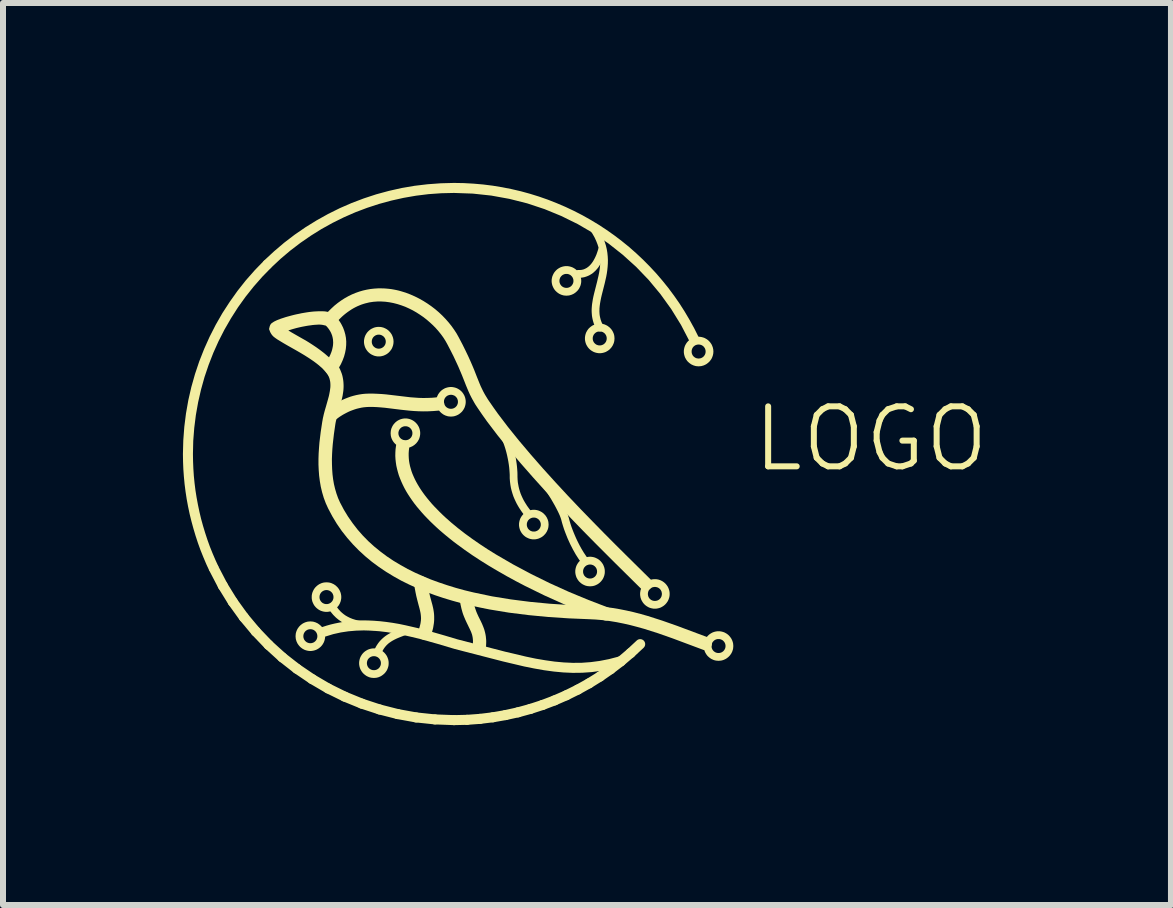
<source format=kicad_pcb>
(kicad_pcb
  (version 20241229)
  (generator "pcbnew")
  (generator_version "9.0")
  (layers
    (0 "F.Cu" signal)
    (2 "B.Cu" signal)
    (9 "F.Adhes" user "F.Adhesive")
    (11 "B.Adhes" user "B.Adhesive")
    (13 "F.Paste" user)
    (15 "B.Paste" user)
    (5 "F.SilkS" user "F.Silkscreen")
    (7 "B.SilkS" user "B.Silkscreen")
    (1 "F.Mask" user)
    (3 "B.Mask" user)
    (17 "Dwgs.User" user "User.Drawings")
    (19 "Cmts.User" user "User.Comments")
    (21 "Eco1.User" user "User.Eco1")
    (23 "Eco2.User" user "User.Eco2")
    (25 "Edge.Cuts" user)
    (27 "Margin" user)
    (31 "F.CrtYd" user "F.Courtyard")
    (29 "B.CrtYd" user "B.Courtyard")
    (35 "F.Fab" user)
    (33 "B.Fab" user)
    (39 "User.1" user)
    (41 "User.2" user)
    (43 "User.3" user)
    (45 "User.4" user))
  (footprint "LOGO"
    (layer "F.Cu")
    (at 4.487 4.768)
    (property "Reference" "LOGO" (at 6.985 -0.5 0) (unlocked yes) (layer "F.SilkS") (effects (font (size 1 1) (thickness 0.1))))
    (attr smd)
    (fp_line (start -3.822 1.948) (end -3.969 1.666) (stroke (width 0.167) (type solid)) (layer "F.SilkS"))
    (fp_line (start -3.656 2.217) (end -3.822 1.948) (stroke (width 0.167) (type solid)) (layer "F.SilkS"))
    (fp_line (start -3.473 2.471) (end -3.656 2.217) (stroke (width 0.167) (type solid)) (layer "F.SilkS"))
    (fp_line (start -3.273 2.71) (end -3.473 2.471) (stroke (width 0.167) (type solid)) (layer "F.SilkS"))
    (fp_line (start -3.059 2.934) (end -3.273 2.71) (stroke (width 0.167) (type solid)) (layer "F.SilkS"))
    (fp_line (start -2.83 3.142) (end -3.059 2.934) (stroke (width 0.167) (type solid)) (layer "F.SilkS"))
    (fp_line (start -2.587 3.332) (end -2.83 3.142) (stroke (width 0.167) (type solid)) (layer "F.SilkS"))
    (fp_line (start -2.332 3.505) (end -2.587 3.332) (stroke (width 0.167) (type solid)) (layer "F.SilkS"))
    (fp_line (start -2.066 3.661) (end -2.332 3.505) (stroke (width 0.167) (type solid)) (layer "F.SilkS"))
    (fp_line (start -1.79 3.797) (end -2.066 3.661) (stroke (width 0.167) (type solid)) (layer "F.SilkS"))
    (fp_line (start -1.504 3.914) (end -1.79 3.797) (stroke (width 0.167) (type solid)) (layer "F.SilkS"))
    (fp_line (start -1.209 4.011) (end -1.504 3.914) (stroke (width 0.167) (type solid)) (layer "F.SilkS"))
    (fp_line (start -0.907 4.088) (end -1.209 4.011) (stroke (width 0.167) (type solid)) (layer "F.SilkS"))
    (fp_line (start -0.599 4.144) (end -0.907 4.088) (stroke (width 0.167) (type solid)) (layer "F.SilkS"))
    (fp_line (start -0.285 4.177) (end -0.599 4.144) (stroke (width 0.167) (type solid)) (layer "F.SilkS"))
    (fp_line (start 0.033 4.189) (end -0.285 4.177) (stroke (width 0.167) (type solid)) (layer "F.SilkS"))
    (fp_line (start 0.25 4.184) (end 0.033 4.189) (stroke (width 0.167) (type solid)) (layer "F.SilkS"))
    (fp_line (start 0.466 4.168) (end 0.25 4.184) (stroke (width 0.167) (type solid)) (layer "F.SilkS"))
    (fp_line (start 0.68 4.142) (end 0.466 4.168) (stroke (width 0.167) (type solid)) (layer "F.SilkS"))
    (fp_line (start 0.891 4.105) (end 0.68 4.142) (stroke (width 0.167) (type solid)) (layer "F.SilkS"))
    (fp_line (start 1.1 4.059) (end 0.891 4.105) (stroke (width 0.167) (type solid)) (layer "F.SilkS"))
    (fp_line (start 1.307 4.002) (end 1.1 4.059) (stroke (width 0.167) (type solid)) (layer "F.SilkS"))
    (fp_line (start 1.51 3.936) (end 1.307 4.002) (stroke (width 0.167) (type solid)) (layer "F.SilkS"))
    (fp_line (start 1.71 3.86) (end 1.51 3.936) (stroke (width 0.167) (type solid)) (layer "F.SilkS"))
    (fp_line (start 1.905 3.775) (end 1.71 3.86) (stroke (width 0.167) (type solid)) (layer "F.SilkS"))
    (fp_line (start 2.097 3.68) (end 1.905 3.775) (stroke (width 0.167) (type solid)) (layer "F.SilkS"))
    (fp_line (start 2.284 3.576) (end 2.097 3.68) (stroke (width 0.167) (type solid)) (layer "F.SilkS"))
    (fp_line (start 2.466 3.463) (end 2.284 3.576) (stroke (width 0.167) (type solid)) (layer "F.SilkS"))
    (fp_line (start 2.642 3.341) (end 2.466 3.463) (stroke (width 0.167) (type solid)) (layer "F.SilkS"))
    (fp_line (start 2.813 3.21) (end 2.642 3.341) (stroke (width 0.167) (type solid)) (layer "F.SilkS"))
    (fp_line (start 2.978 3.07) (end 2.813 3.21) (stroke (width 0.167) (type solid)) (layer "F.SilkS"))
    (fp_line (start 3.137 2.922) (end 2.978 3.07) (stroke (width 0.167) (type solid)) (layer "F.SilkS"))
    (fp_poly (pts (xy -3.012 -3.359) (xy -3.165 -3.202) (xy -3.309 -3.038) (xy -3.444 -2.868) (xy -3.57 -2.692) (xy -3.686 -2.51) (xy -3.794 -2.323) (xy -3.892 -2.131) (xy -3.98 -1.935) (xy -4.058 -1.735) (xy -4.127 -1.531) (xy -4.185 -1.323) (xy -4.233 -1.113) (xy -4.271 -0.899) (xy -4.298 -0.684) (xy -4.315 -0.467) (xy -4.32 -0.248) (xy -4.318 -0.126) (xy -4.313 -0.005) (xy -4.305 0.117) (xy -4.293 0.237) (xy -4.278 0.358) (xy -4.259 0.477) (xy -4.237 0.596) (xy -4.212 0.715) (xy -4.184 0.833) (xy -4.152 0.949) (xy -4.117 1.065) (xy -4.079 1.181) (xy -4.038 1.295) (xy -3.993 1.407) (xy -3.945 1.519) (xy -3.894 1.63) (xy -4.045 1.702) (xy -4.098 1.587) (xy -4.147 1.471) (xy -4.194 1.354) (xy -4.237 1.235) (xy -4.276 1.116) (xy -4.312 0.995) (xy -4.345 0.874) (xy -4.375 0.752) (xy -4.401 0.629) (xy -4.424 0.505) (xy -4.443 0.381) (xy -4.459 0.256) (xy -4.471 0.13) (xy -4.48 0.005) (xy -4.485 -0.121) (xy -4.487 -0.248) (xy -4.481 -0.475) (xy -4.464 -0.701) (xy -4.436 -0.924) (xy -4.397 -1.146) (xy -4.347 -1.364) (xy -4.286 -1.58) (xy -4.215 -1.792) (xy -4.133 -2) (xy -4.042 -2.203) (xy -3.94 -2.403) (xy -3.829 -2.597) (xy -3.707 -2.785) (xy -3.577 -2.968) (xy -3.437 -3.145) (xy -3.287 -3.315) (xy -3.129 -3.478)) (stroke (width -0.000001) (type solid)) (fill yes) (layer "F.SilkS"))
    (fp_poly (pts (xy -1.995 2.239) (xy -1.991 2.24) (xy -1.988 2.24) (xy -1.985 2.241) (xy -1.982 2.241) (xy -1.979 2.242) (xy -1.976 2.243) (xy -1.973 2.244) (xy -1.97 2.246) (xy -1.967 2.247) (xy -1.964 2.249) (xy -1.962 2.251) (xy -1.959 2.252) (xy -1.957 2.254) (xy -1.954 2.257) (xy -1.952 2.259) (xy -1.95 2.261) (xy -1.948 2.264) (xy -1.946 2.266) (xy -1.944 2.269) (xy -1.925 2.297) (xy -1.905 2.324) (xy -1.883 2.351) (xy -1.86 2.376) (xy -1.834 2.4) (xy -1.806 2.423) (xy -1.775 2.445) (xy -1.74 2.465) (xy -1.702 2.484) (xy -1.66 2.501) (xy -1.613 2.516) (xy -1.562 2.529) (xy -1.505 2.54) (xy -1.443 2.55) (xy -1.374 2.557) (xy -1.3 2.562) (xy -1.296 2.562) (xy -1.293 2.562) (xy -1.29 2.563) (xy -1.287 2.564) (xy -1.284 2.564) (xy -1.281 2.565) (xy -1.278 2.567) (xy -1.275 2.568) (xy -1.272 2.569) (xy -1.269 2.571) (xy -1.267 2.573) (xy -1.264 2.574) (xy -1.262 2.576) (xy -1.259 2.578) (xy -1.257 2.58) (xy -1.255 2.583) (xy -1.253 2.585) (xy -1.251 2.588) (xy -1.249 2.59) (xy -1.247 2.593) (xy -1.246 2.595) (xy -1.244 2.598) (xy -1.243 2.601) (xy -1.242 2.604) (xy -1.241 2.607) (xy -1.24 2.61) (xy -1.239 2.613) (xy -1.239 2.616) (xy -1.238 2.62) (xy -1.238 2.623) (xy -1.238 2.626) (xy -1.238 2.629) (xy -1.238 2.633) (xy -1.239 2.636) (xy -1.239 2.639) (xy -1.24 2.642) (xy -1.241 2.645) (xy -1.242 2.649) (xy -1.243 2.651) (xy -1.244 2.654) (xy -1.246 2.657) (xy -1.247 2.66) (xy -1.249 2.663) (xy -1.251 2.665) (xy -1.253 2.668) (xy -1.255 2.67) (xy -1.257 2.672) (xy -1.259 2.674) (xy -1.262 2.676) (xy -1.264 2.678) (xy -1.267 2.68) (xy -1.269 2.682) (xy -1.272 2.683) (xy -1.275 2.685) (xy -1.278 2.686) (xy -1.28 2.687) (xy -1.283 2.688) (xy -1.287 2.689) (xy -1.29 2.69) (xy -1.293 2.69) (xy -1.296 2.691) (xy -1.299 2.691) (xy -1.303 2.691) (xy -1.306 2.691) (xy -1.347 2.689) (xy -1.386 2.686) (xy -1.424 2.682) (xy -1.46 2.677) (xy -1.495 2.672) (xy -1.529 2.666) (xy -1.562 2.659) (xy -1.593 2.652) (xy -1.623 2.644) (xy -1.652 2.635) (xy -1.68 2.626) (xy -1.706 2.617) (xy -1.732 2.606) (xy -1.756 2.596) (xy -1.78 2.585) (xy -1.802 2.573) (xy -1.824 2.561) (xy -1.845 2.548) (xy -1.864 2.535) (xy -1.883 2.522) (xy -1.901 2.508) (xy -1.918 2.494) (xy -1.935 2.48) (xy -1.95 2.465) (xy -1.965 2.45) (xy -1.98 2.435) (xy -2.006 2.404) (xy -2.031 2.372) (xy -2.053 2.339) (xy -2.055 2.337) (xy -2.056 2.334) (xy -2.057 2.331) (xy -2.059 2.328) (xy -2.06 2.325) (xy -2.061 2.322) (xy -2.062 2.319) (xy -2.062 2.316) (xy -2.063 2.313) (xy -2.063 2.31) (xy -2.063 2.307) (xy -2.063 2.303) (xy -2.063 2.3) (xy -2.063 2.297) (xy -2.062 2.294) (xy -2.062 2.291) (xy -2.061 2.288) (xy -2.06 2.284) (xy -2.059 2.281) (xy -2.058 2.278) (xy -2.057 2.276) (xy -2.055 2.273) (xy -2.054 2.27) (xy -2.052 2.267) (xy -2.05 2.265) (xy -2.048 2.262) (xy -2.046 2.26) (xy -2.044 2.258) (xy -2.041 2.256) (xy -2.039 2.253) (xy -2.036 2.252) (xy -2.034 2.25) (xy -2.031 2.248) (xy -2.028 2.247) (xy -2.025 2.245) (xy -2.023 2.244) (xy -2.02 2.243) (xy -2.017 2.242) (xy -2.013 2.241) (xy -2.01 2.24) (xy -2.007 2.24) (xy -2.004 2.239) (xy -2.001 2.239) (xy -1.998 2.239)) (stroke (width -0.000001) (type solid)) (fill yes) (layer "F.SilkS"))
    (fp_poly (pts (xy -0.754 2.629) (xy -0.751 2.63) (xy -0.748 2.63) (xy -0.745 2.631) (xy -0.742 2.631) (xy -0.739 2.632) (xy -0.736 2.633) (xy -0.733 2.634) (xy -0.73 2.636) (xy -0.727 2.637) (xy -0.724 2.639) (xy -0.722 2.641) (xy -0.719 2.642) (xy -0.717 2.644) (xy -0.714 2.646) (xy -0.712 2.649) (xy -0.71 2.651) (xy -0.708 2.653) (xy -0.706 2.656) (xy -0.704 2.659) (xy -0.702 2.661) (xy -0.701 2.664) (xy -0.699 2.667) (xy -0.698 2.67) (xy -0.697 2.673) (xy -0.696 2.676) (xy -0.695 2.679) (xy -0.695 2.682) (xy -0.694 2.685) (xy -0.694 2.688) (xy -0.693 2.692) (xy -0.693 2.695) (xy -0.694 2.698) (xy -0.694 2.701) (xy -0.694 2.704) (xy -0.695 2.707) (xy -0.696 2.71) (xy -0.696 2.714) (xy -0.697 2.717) (xy -0.699 2.72) (xy -0.7 2.722) (xy -0.701 2.725) (xy -0.703 2.728) (xy -0.705 2.731) (xy -0.707 2.733) (xy -0.709 2.736) (xy -0.711 2.738) (xy -0.713 2.74) (xy -0.715 2.743) (xy -0.718 2.745) (xy -0.72 2.747) (xy -0.723 2.748) (xy -0.726 2.75) (xy -0.728 2.752) (xy -0.731 2.753) (xy -0.734 2.754) (xy -0.87 2.807) (xy -0.902 2.82) (xy -0.934 2.834) (xy -0.949 2.842) (xy -0.964 2.849) (xy -0.978 2.857) (xy -0.993 2.865) (xy -1.006 2.873) (xy -1.02 2.882) (xy -1.033 2.891) (xy -1.046 2.9) (xy -1.059 2.91) (xy -1.071 2.921) (xy -1.083 2.932) (xy -1.094 2.943) (xy -1.105 2.956) (xy -1.116 2.968) (xy -1.126 2.982) (xy -1.136 2.996) (xy -1.146 3.012) (xy -1.155 3.028) (xy -1.164 3.045) (xy -1.172 3.063) (xy -1.174 3.066) (xy -1.175 3.069) (xy -1.177 3.072) (xy -1.179 3.074) (xy -1.181 3.077) (xy -1.183 3.079) (xy -1.185 3.082) (xy -1.187 3.084) (xy -1.19 3.086) (xy -1.192 3.088) (xy -1.195 3.09) (xy -1.197 3.091) (xy -1.2 3.093) (xy -1.203 3.094) (xy -1.206 3.096) (xy -1.208 3.097) (xy -1.211 3.098) (xy -1.214 3.099) (xy -1.217 3.1) (xy -1.22 3.1) (xy -1.224 3.101) (xy -1.227 3.101) (xy -1.23 3.101) (xy -1.233 3.101) (xy -1.236 3.101) (xy -1.239 3.101) (xy -1.242 3.1) (xy -1.246 3.1) (xy -1.249 3.099) (xy -1.252 3.098) (xy -1.255 3.097) (xy -1.258 3.096) (xy -1.261 3.094) (xy -1.264 3.093) (xy -1.267 3.091) (xy -1.269 3.089) (xy -1.272 3.087) (xy -1.274 3.085) (xy -1.277 3.083) (xy -1.279 3.081) (xy -1.281 3.079) (xy -1.283 3.076) (xy -1.285 3.074) (xy -1.287 3.071) (xy -1.288 3.068) (xy -1.29 3.065) (xy -1.291 3.063) (xy -1.292 3.06) (xy -1.293 3.057) (xy -1.294 3.053) (xy -1.295 3.05) (xy -1.296 3.047) (xy -1.296 3.044) (xy -1.296 3.041) (xy -1.297 3.038) (xy -1.297 3.035) (xy -1.296 3.031) (xy -1.296 3.028) (xy -1.296 3.025) (xy -1.295 3.022) (xy -1.294 3.019) (xy -1.293 3.016) (xy -1.292 3.013) (xy -1.291 3.01) (xy -1.28 2.987) (xy -1.269 2.965) (xy -1.257 2.945) (xy -1.244 2.925) (xy -1.231 2.906) (xy -1.217 2.888) (xy -1.203 2.871) (xy -1.188 2.855) (xy -1.173 2.84) (xy -1.157 2.825) (xy -1.141 2.811) (xy -1.125 2.798) (xy -1.109 2.786) (xy -1.092 2.774) (xy -1.075 2.763) (xy -1.058 2.753) (xy -1.041 2.743) (xy -1.023 2.734) (xy -1.006 2.725) (xy -0.989 2.717) (xy -0.954 2.701) (xy -0.919 2.686) (xy -0.782 2.634) (xy -0.782 2.634) (xy -0.779 2.633) (xy -0.776 2.632) (xy -0.773 2.631) (xy -0.77 2.63) (xy -0.767 2.63) (xy -0.764 2.629) (xy -0.761 2.629) (xy -0.758 2.629)) (stroke (width -0.000001) (type solid)) (fill yes) (layer "F.SilkS"))
    (fp_poly (pts (xy -0.518 1.787) (xy -0.512 1.787) (xy -0.507 1.788) (xy -0.501 1.789) (xy -0.496 1.79) (xy -0.491 1.791) (xy -0.485 1.793) (xy -0.48 1.795) (xy -0.475 1.797) (xy -0.471 1.799) (xy -0.466 1.802) (xy -0.461 1.805) (xy -0.457 1.808) (xy -0.453 1.811) (xy -0.449 1.814) (xy -0.445 1.818) (xy -0.441 1.822) (xy -0.437 1.826) (xy -0.434 1.83) (xy -0.431 1.834) (xy -0.428 1.839) (xy -0.425 1.843) (xy -0.422 1.848) (xy -0.42 1.853) (xy -0.418 1.858) (xy -0.416 1.863) (xy -0.415 1.869) (xy -0.413 1.874) (xy -0.412 1.88) (xy -0.411 1.885) (xy -0.407 1.92) (xy -0.402 1.953) (xy -0.397 1.984) (xy -0.391 2.014) (xy -0.379 2.07) (xy -0.367 2.123) (xy -0.341 2.219) (xy -0.328 2.266) (xy -0.317 2.313) (xy -0.312 2.337) (xy -0.308 2.361) (xy -0.304 2.386) (xy -0.301 2.411) (xy -0.299 2.437) (xy -0.298 2.464) (xy -0.298 2.491) (xy -0.298 2.519) (xy -0.3 2.548) (xy -0.303 2.577) (xy -0.308 2.607) (xy -0.313 2.639) (xy -0.32 2.671) (xy -0.329 2.704) (xy -0.339 2.738) (xy -0.35 2.773) (xy -0.352 2.779) (xy -0.355 2.784) (xy -0.357 2.789) (xy -0.36 2.794) (xy -0.363 2.798) (xy -0.366 2.803) (xy -0.369 2.807) (xy -0.373 2.811) (xy -0.376 2.815) (xy -0.38 2.819) (xy -0.384 2.822) (xy -0.389 2.826) (xy -0.393 2.829) (xy -0.397 2.832) (xy -0.402 2.834) (xy -0.407 2.837) (xy -0.412 2.839) (xy -0.417 2.841) (xy -0.422 2.843) (xy -0.427 2.844) (xy -0.432 2.846) (xy -0.437 2.847) (xy -0.443 2.847) (xy -0.448 2.848) (xy -0.453 2.848) (xy -0.459 2.848) (xy -0.464 2.848) (xy -0.47 2.847) (xy -0.475 2.846) (xy -0.481 2.845) (xy -0.486 2.844) (xy -0.492 2.842) (xy -0.497 2.84) (xy -0.502 2.838) (xy -0.507 2.835) (xy -0.512 2.833) (xy -0.517 2.83) (xy -0.521 2.827) (xy -0.526 2.823) (xy -0.53 2.82) (xy -0.534 2.816) (xy -0.537 2.812) (xy -0.541 2.808) (xy -0.544 2.804) (xy -0.547 2.8) (xy -0.55 2.795) (xy -0.553 2.791) (xy -0.555 2.786) (xy -0.558 2.781) (xy -0.56 2.776) (xy -0.561 2.771) (xy -0.563 2.766) (xy -0.564 2.761) (xy -0.565 2.755) (xy -0.566 2.75) (xy -0.566 2.745) (xy -0.567 2.739) (xy -0.567 2.734) (xy -0.566 2.728) (xy -0.566 2.723) (xy -0.565 2.717) (xy -0.564 2.712) (xy -0.562 2.706) (xy -0.561 2.701) (xy -0.551 2.672) (xy -0.543 2.644) (xy -0.536 2.619) (xy -0.53 2.595) (xy -0.525 2.572) (xy -0.522 2.55) (xy -0.519 2.529) (xy -0.518 2.51) (xy -0.517 2.49) (xy -0.518 2.472) (xy -0.519 2.453) (xy -0.521 2.435) (xy -0.523 2.417) (xy -0.526 2.399) (xy -0.53 2.38) (xy -0.534 2.361) (xy -0.544 2.321) (xy -0.556 2.277) (xy -0.582 2.177) (xy -0.596 2.12) (xy -0.609 2.057) (xy -0.622 1.987) (xy -0.627 1.95) (xy -0.632 1.911) (xy -0.633 1.905) (xy -0.633 1.9) (xy -0.633 1.894) (xy -0.632 1.888) (xy -0.632 1.883) (xy -0.631 1.878) (xy -0.63 1.872) (xy -0.628 1.867) (xy -0.627 1.862) (xy -0.625 1.857) (xy -0.623 1.852) (xy -0.62 1.847) (xy -0.618 1.842) (xy -0.615 1.838) (xy -0.612 1.833) (xy -0.609 1.829) (xy -0.605 1.825) (xy -0.602 1.821) (xy -0.598 1.817) (xy -0.594 1.814) (xy -0.59 1.81) (xy -0.586 1.807) (xy -0.581 1.804) (xy -0.576 1.801) (xy -0.572 1.799) (xy -0.567 1.797) (xy -0.562 1.794) (xy -0.557 1.793) (xy -0.551 1.791) (xy -0.546 1.79) (xy -0.54 1.789) (xy -0.535 1.788) (xy -0.529 1.787) (xy -0.523 1.787)) (stroke (width -0.000001) (type solid)) (fill yes) (layer "F.SilkS"))
    (fp_poly (pts (xy 0.244 2.056) (xy 0.249 2.056) (xy 0.254 2.057) (xy 0.26 2.058) (xy 0.265 2.059) (xy 0.27 2.06) (xy 0.276 2.062) (xy 0.281 2.064) (xy 0.286 2.066) (xy 0.291 2.068) (xy 0.295 2.071) (xy 0.3 2.073) (xy 0.305 2.077) (xy 0.309 2.08) (xy 0.313 2.083) (xy 0.317 2.087) (xy 0.321 2.091) (xy 0.325 2.095) (xy 0.328 2.099) (xy 0.331 2.104) (xy 0.334 2.108) (xy 0.337 2.113) (xy 0.34 2.118) (xy 0.342 2.123) (xy 0.344 2.128) (xy 0.346 2.133) (xy 0.347 2.138) (xy 0.349 2.143) (xy 0.35 2.149) (xy 0.35 2.154) (xy 0.355 2.188) (xy 0.36 2.219) (xy 0.366 2.248) (xy 0.372 2.276) (xy 0.379 2.303) (xy 0.387 2.328) (xy 0.395 2.352) (xy 0.403 2.375) (xy 0.412 2.397) (xy 0.421 2.418) (xy 0.44 2.46) (xy 0.481 2.542) (xy 0.501 2.585) (xy 0.52 2.631) (xy 0.529 2.655) (xy 0.538 2.68) (xy 0.545 2.706) (xy 0.552 2.733) (xy 0.558 2.761) (xy 0.563 2.79) (xy 0.566 2.82) (xy 0.569 2.851) (xy 0.57 2.884) (xy 0.569 2.917) (xy 0.567 2.952) (xy 0.563 2.988) (xy 0.563 2.994) (xy 0.562 2.999) (xy 0.56 3.005) (xy 0.559 3.01) (xy 0.557 3.015) (xy 0.555 3.02) (xy 0.552 3.025) (xy 0.55 3.03) (xy 0.547 3.034) (xy 0.544 3.039) (xy 0.541 3.043) (xy 0.537 3.047) (xy 0.533 3.051) (xy 0.53 3.055) (xy 0.526 3.059) (xy 0.521 3.062) (xy 0.517 3.066) (xy 0.512 3.069) (xy 0.508 3.071) (xy 0.503 3.074) (xy 0.498 3.076) (xy 0.493 3.078) (xy 0.488 3.08) (xy 0.482 3.082) (xy 0.477 3.083) (xy 0.472 3.084) (xy 0.466 3.085) (xy 0.461 3.085) (xy 0.456 3.086) (xy 0.45 3.086) (xy 0.445 3.085) (xy 0.439 3.085) (xy 0.434 3.084) (xy 0.428 3.083) (xy 0.423 3.081) (xy 0.418 3.08) (xy 0.413 3.078) (xy 0.408 3.076) (xy 0.403 3.074) (xy 0.398 3.071) (xy 0.393 3.068) (xy 0.389 3.065) (xy 0.385 3.062) (xy 0.38 3.058) (xy 0.376 3.055) (xy 0.372 3.051) (xy 0.369 3.047) (xy 0.365 3.042) (xy 0.362 3.038) (xy 0.359 3.033) (xy 0.356 3.029) (xy 0.354 3.024) (xy 0.351 3.019) (xy 0.349 3.014) (xy 0.347 3.009) (xy 0.346 3.004) (xy 0.345 2.998) (xy 0.344 2.993) (xy 0.343 2.988) (xy 0.342 2.982) (xy 0.342 2.977) (xy 0.342 2.971) (xy 0.342 2.966) (xy 0.343 2.96) (xy 0.346 2.933) (xy 0.348 2.907) (xy 0.349 2.883) (xy 0.349 2.861) (xy 0.347 2.839) (xy 0.345 2.819) (xy 0.342 2.8) (xy 0.338 2.782) (xy 0.334 2.764) (xy 0.328 2.747) (xy 0.322 2.73) (xy 0.315 2.712) (xy 0.307 2.695) (xy 0.299 2.677) (xy 0.281 2.64) (xy 0.24 2.555) (xy 0.218 2.507) (xy 0.196 2.454) (xy 0.185 2.425) (xy 0.175 2.395) (xy 0.166 2.363) (xy 0.157 2.33) (xy 0.149 2.295) (xy 0.141 2.259) (xy 0.135 2.22) (xy 0.13 2.18) (xy 0.129 2.175) (xy 0.129 2.169) (xy 0.129 2.164) (xy 0.129 2.158) (xy 0.13 2.153) (xy 0.131 2.147) (xy 0.132 2.142) (xy 0.133 2.137) (xy 0.135 2.132) (xy 0.137 2.126) (xy 0.139 2.121) (xy 0.141 2.117) (xy 0.144 2.112) (xy 0.146 2.107) (xy 0.15 2.103) (xy 0.153 2.098) (xy 0.156 2.094) (xy 0.16 2.09) (xy 0.164 2.086) (xy 0.168 2.082) (xy 0.172 2.079) (xy 0.177 2.076) (xy 0.181 2.073) (xy 0.186 2.07) (xy 0.191 2.068) (xy 0.196 2.065) (xy 0.201 2.063) (xy 0.206 2.061) (xy 0.211 2.06) (xy 0.216 2.059) (xy 0.222 2.057) (xy 0.227 2.057) (xy 0.233 2.056) (xy 0.238 2.056)) (stroke (width -0.000001) (type solid)) (fill yes) (layer "F.SilkS"))
    (fp_poly (pts (xy -1.314 -1.255) (xy -1.24 -1.252) (xy -1.169 -1.248) (xy -1.099 -1.242) (xy -0.963 -1.226) (xy -0.829 -1.21) (xy -0.694 -1.194) (xy -0.625 -1.189) (xy -0.555 -1.184) (xy -0.483 -1.182) (xy -0.409 -1.183) (xy -0.333 -1.186) (xy -0.253 -1.193) (xy -0.248 -1.193) (xy -0.242 -1.193) (xy -0.237 -1.193) (xy -0.231 -1.193) (xy -0.226 -1.192) (xy -0.22 -1.191) (xy -0.215 -1.19) (xy -0.21 -1.189) (xy -0.205 -1.187) (xy -0.2 -1.185) (xy -0.195 -1.183) (xy -0.19 -1.18) (xy -0.185 -1.178) (xy -0.18 -1.175) (xy -0.176 -1.172) (xy -0.172 -1.168) (xy -0.167 -1.165) (xy -0.163 -1.161) (xy -0.16 -1.157) (xy -0.156 -1.153) (xy -0.153 -1.149) (xy -0.149 -1.144) (xy -0.147 -1.14) (xy -0.144 -1.135) (xy -0.141 -1.13) (xy -0.139 -1.125) (xy -0.137 -1.12) (xy -0.135 -1.115) (xy -0.134 -1.11) (xy -0.133 -1.104) (xy -0.132 -1.099) (xy -0.131 -1.093) (xy -0.131 -1.088) (xy -0.131 -1.082) (xy -0.131 -1.077) (xy -0.131 -1.072) (xy -0.132 -1.066) (xy -0.133 -1.061) (xy -0.134 -1.056) (xy -0.135 -1.05) (xy -0.137 -1.045) (xy -0.139 -1.04) (xy -0.141 -1.035) (xy -0.143 -1.03) (xy -0.146 -1.025) (xy -0.149 -1.021) (xy -0.152 -1.016) (xy -0.155 -1.012) (xy -0.159 -1.008) (xy -0.163 -1.004) (xy -0.167 -1) (xy -0.171 -0.996) (xy -0.175 -0.993) (xy -0.18 -0.99) (xy -0.184 -0.987) (xy -0.189 -0.984) (xy -0.194 -0.982) (xy -0.199 -0.98) (xy -0.204 -0.978) (xy -0.209 -0.976) (xy -0.214 -0.974) (xy -0.219 -0.973) (xy -0.225 -0.972) (xy -0.23 -0.971) (xy -0.318 -0.964) (xy -0.402 -0.96) (xy -0.483 -0.959) (xy -0.561 -0.961) (xy -0.637 -0.965) (xy -0.71 -0.971) (xy -0.85 -0.986) (xy -1.118 -1.019) (xy -1.185 -1.025) (xy -1.251 -1.03) (xy -1.318 -1.033) (xy -1.386 -1.033) (xy -1.428 -1.031) (xy -1.47 -1.027) (xy -1.51 -1.021) (xy -1.55 -1.012) (xy -1.588 -1.003) (xy -1.626 -0.991) (xy -1.662 -0.978) (xy -1.697 -0.965) (xy -1.73 -0.95) (xy -1.762 -0.934) (xy -1.792 -0.918) (xy -1.821 -0.902) (xy -1.848 -0.885) (xy -1.873 -0.869) (xy -1.897 -0.852) (xy -1.918 -0.836) (xy -1.922 -0.833) (xy -1.927 -0.83) (xy -1.932 -0.827) (xy -1.937 -0.825) (xy -1.942 -0.822) (xy -1.947 -0.82) (xy -1.952 -0.819) (xy -1.957 -0.817) (xy -1.962 -0.816) (xy -1.968 -0.815) (xy -1.973 -0.814) (xy -1.978 -0.814) (xy -1.984 -0.813) (xy -1.989 -0.813) (xy -1.995 -0.814) (xy -2 -0.814) (xy -2.006 -0.815) (xy -2.011 -0.816) (xy -2.016 -0.818) (xy -2.022 -0.819) (xy -2.027 -0.821) (xy -2.032 -0.823) (xy -2.037 -0.826) (xy -2.041 -0.828) (xy -2.046 -0.831) (xy -2.05 -0.834) (xy -2.055 -0.837) (xy -2.059 -0.841) (xy -2.063 -0.845) (xy -2.067 -0.848) (xy -2.07 -0.852) (xy -2.074 -0.857) (xy -2.077 -0.861) (xy -2.08 -0.866) (xy -2.083 -0.871) (xy -2.086 -0.876) (xy -2.088 -0.881) (xy -2.09 -0.886) (xy -2.092 -0.891) (xy -2.093 -0.896) (xy -2.094 -0.902) (xy -2.095 -0.907) (xy -2.096 -0.912) (xy -2.097 -0.918) (xy -2.097 -0.923) (xy -2.097 -0.928) (xy -2.096 -0.934) (xy -2.096 -0.939) (xy -2.095 -0.944) (xy -2.094 -0.949) (xy -2.093 -0.955) (xy -2.091 -0.96) (xy -2.089 -0.965) (xy -2.087 -0.97) (xy -2.085 -0.975) (xy -2.082 -0.979) (xy -2.08 -0.984) (xy -2.077 -0.988) (xy -2.073 -0.993) (xy -2.07 -0.997) (xy -2.066 -1.001) (xy -2.062 -1.005) (xy -2.058 -1.009) (xy -2.053 -1.013) (xy -1.998 -1.053) (xy -1.967 -1.073) (xy -1.934 -1.093) (xy -1.899 -1.114) (xy -1.862 -1.134) (xy -1.823 -1.153) (xy -1.781 -1.171) (xy -1.738 -1.188) (xy -1.694 -1.204) (xy -1.647 -1.218) (xy -1.599 -1.23) (xy -1.549 -1.24) (xy -1.497 -1.248) (xy -1.444 -1.253) (xy -1.39 -1.255)) (stroke (width -0.000001) (type solid)) (fill yes) (layer "F.SilkS"))
    (fp_poly (pts (xy -1.407 2.527) (xy -1.303 2.532) (xy -1.199 2.54) (xy -1.095 2.552) (xy -0.99 2.567) (xy -0.884 2.585) (xy -0.779 2.607) (xy -0.565 2.656) (xy -0.35 2.713) (xy -0.131 2.776) (xy 0.09 2.842) (xy 0.886 3.048) (xy 1.233 3.13) (xy 1.396 3.164) (xy 1.555 3.191) (xy 1.71 3.213) (xy 1.862 3.227) (xy 2.012 3.234) (xy 2.161 3.233) (xy 2.311 3.222) (xy 2.462 3.202) (xy 2.616 3.172) (xy 2.773 3.131) (xy 2.777 3.13) (xy 2.781 3.129) (xy 2.785 3.129) (xy 2.789 3.128) (xy 2.794 3.128) (xy 2.798 3.128) (xy 2.802 3.128) (xy 2.806 3.128) (xy 2.81 3.129) (xy 2.814 3.13) (xy 2.818 3.131) (xy 2.822 3.132) (xy 2.825 3.133) (xy 2.829 3.135) (xy 2.833 3.136) (xy 2.836 3.138) (xy 2.84 3.14) (xy 2.843 3.142) (xy 2.846 3.145) (xy 2.849 3.147) (xy 2.852 3.15) (xy 2.855 3.152) (xy 2.858 3.155) (xy 2.861 3.158) (xy 2.863 3.162) (xy 2.866 3.165) (xy 2.868 3.169) (xy 2.87 3.172) (xy 2.872 3.176) (xy 2.873 3.18) (xy 2.875 3.184) (xy 2.876 3.188) (xy 2.877 3.192) (xy 2.878 3.196) (xy 2.879 3.2) (xy 2.879 3.204) (xy 2.879 3.209) (xy 2.88 3.213) (xy 2.879 3.217) (xy 2.879 3.221) (xy 2.878 3.225) (xy 2.878 3.229) (xy 2.877 3.233) (xy 2.876 3.236) (xy 2.874 3.24) (xy 2.873 3.244) (xy 2.871 3.248) (xy 2.869 3.251) (xy 2.867 3.255) (xy 2.865 3.258) (xy 2.863 3.261) (xy 2.86 3.264) (xy 2.858 3.267) (xy 2.855 3.27) (xy 2.852 3.273) (xy 2.849 3.276) (xy 2.846 3.278) (xy 2.842 3.281) (xy 2.839 3.283) (xy 2.835 3.285) (xy 2.831 3.287) (xy 2.828 3.288) (xy 2.824 3.29) (xy 2.82 3.291) (xy 2.653 3.334) (xy 2.49 3.366) (xy 2.33 3.388) (xy 2.172 3.399) (xy 2.014 3.401) (xy 1.856 3.394) (xy 1.697 3.379) (xy 1.535 3.357) (xy 1.371 3.328) (xy 1.202 3.294) (xy 0.847 3.21) (xy 0.045 3.003) (xy 0.043 3.002) (xy 0.042 3.002) (xy -0.25 2.915) (xy -0.534 2.836) (xy -0.673 2.802) (xy -0.81 2.771) (xy -0.945 2.745) (xy -1.079 2.723) (xy -1.211 2.707) (xy -1.342 2.697) (xy -1.472 2.693) (xy -1.6 2.697) (xy -1.728 2.708) (xy -1.854 2.727) (xy -1.98 2.755) (xy -2.104 2.793) (xy -2.108 2.794) (xy -2.112 2.795) (xy -2.116 2.796) (xy -2.12 2.796) (xy -2.125 2.797) (xy -2.129 2.797) (xy -2.133 2.797) (xy -2.137 2.797) (xy -2.141 2.797) (xy -2.145 2.796) (xy -2.149 2.795) (xy -2.153 2.794) (xy -2.157 2.793) (xy -2.161 2.792) (xy -2.164 2.79) (xy -2.168 2.789) (xy -2.172 2.787) (xy -2.175 2.785) (xy -2.179 2.782) (xy -2.182 2.78) (xy -2.185 2.777) (xy -2.188 2.775) (xy -2.191 2.772) (xy -2.194 2.769) (xy -2.197 2.766) (xy -2.199 2.762) (xy -2.201 2.759) (xy -2.203 2.756) (xy -2.205 2.752) (xy -2.207 2.748) (xy -2.209 2.744) (xy -2.21 2.741) (xy -2.211 2.737) (xy -2.212 2.733) (xy -2.213 2.729) (xy -2.214 2.725) (xy -2.214 2.721) (xy -2.215 2.716) (xy -2.215 2.712) (xy -2.214 2.708) (xy -2.214 2.704) (xy -2.213 2.7) (xy -2.213 2.696) (xy -2.212 2.692) (xy -2.211 2.688) (xy -2.209 2.684) (xy -2.208 2.681) (xy -2.206 2.677) (xy -2.204 2.673) (xy -2.202 2.67) (xy -2.2 2.666) (xy -2.197 2.663) (xy -2.195 2.66) (xy -2.192 2.657) (xy -2.189 2.654) (xy -2.186 2.651) (xy -2.183 2.649) (xy -2.18 2.646) (xy -2.176 2.644) (xy -2.173 2.642) (xy -2.169 2.64) (xy -2.166 2.638) (xy -2.162 2.636) (xy -2.158 2.635) (xy -2.09 2.613) (xy -2.022 2.594) (xy -1.954 2.578) (xy -1.886 2.564) (xy -1.818 2.552) (xy -1.75 2.542) (xy -1.681 2.535) (xy -1.613 2.53) (xy -1.613 2.53) (xy -1.51 2.526)) (stroke (width -0.000001) (type solid)) (fill yes) (layer "F.SilkS"))
    (fp_poly (pts (xy 1.437 0.02) (xy 1.441 0.021) (xy 1.444 0.021) (xy 1.447 0.021) (xy 1.45 0.022) (xy 1.453 0.023) (xy 1.456 0.024) (xy 1.459 0.025) (xy 1.462 0.026) (xy 1.465 0.028) (xy 1.468 0.029) (xy 1.471 0.031) (xy 1.473 0.032) (xy 1.476 0.034) (xy 1.478 0.036) (xy 1.48 0.039) (xy 1.483 0.041) (xy 1.485 0.043) (xy 1.52 0.085) (xy 1.555 0.13) (xy 1.591 0.177) (xy 1.626 0.225) (xy 1.662 0.275) (xy 1.696 0.326) (xy 1.729 0.378) (xy 1.762 0.43) (xy 1.793 0.482) (xy 1.822 0.533) (xy 1.849 0.584) (xy 1.874 0.633) (xy 1.896 0.681) (xy 1.916 0.727) (xy 1.932 0.77) (xy 1.945 0.811) (xy 1.946 0.812) (xy 1.946 0.813) (xy 1.959 0.863) (xy 1.974 0.913) (xy 1.99 0.962) (xy 2.008 1.011) (xy 2.027 1.059) (xy 2.047 1.107) (xy 2.067 1.153) (xy 2.088 1.198) (xy 2.11 1.242) (xy 2.131 1.283) (xy 2.153 1.323) (xy 2.175 1.36) (xy 2.196 1.395) (xy 2.217 1.426) (xy 2.236 1.455) (xy 2.255 1.481) (xy 2.257 1.483) (xy 2.259 1.486) (xy 2.261 1.489) (xy 2.262 1.492) (xy 2.263 1.495) (xy 2.265 1.497) (xy 2.266 1.5) (xy 2.267 1.503) (xy 2.267 1.507) (xy 2.268 1.51) (xy 2.268 1.513) (xy 2.269 1.516) (xy 2.269 1.519) (xy 2.269 1.522) (xy 2.269 1.526) (xy 2.268 1.529) (xy 2.268 1.532) (xy 2.267 1.535) (xy 2.266 1.538) (xy 2.265 1.541) (xy 2.264 1.544) (xy 2.263 1.547) (xy 2.262 1.55) (xy 2.26 1.553) (xy 2.259 1.555) (xy 2.257 1.558) (xy 2.255 1.561) (xy 2.253 1.563) (xy 2.251 1.565) (xy 2.248 1.568) (xy 2.246 1.57) (xy 2.244 1.572) (xy 2.241 1.574) (xy 2.238 1.575) (xy 2.236 1.577) (xy 2.233 1.579) (xy 2.23 1.58) (xy 2.227 1.581) (xy 2.224 1.582) (xy 2.221 1.583) (xy 2.218 1.584) (xy 2.215 1.584) (xy 2.212 1.585) (xy 2.208 1.585) (xy 2.205 1.585) (xy 2.202 1.585) (xy 2.199 1.585) (xy 2.196 1.585) (xy 2.192 1.584) (xy 2.189 1.584) (xy 2.186 1.583) (xy 2.183 1.582) (xy 2.18 1.581) (xy 2.177 1.58) (xy 2.174 1.578) (xy 2.172 1.577) (xy 2.169 1.575) (xy 2.166 1.573) (xy 2.164 1.571) (xy 2.161 1.569) (xy 2.159 1.567) (xy 2.157 1.565) (xy 2.155 1.562) (xy 2.153 1.56) (xy 2.131 1.531) (xy 2.108 1.498) (xy 2.062 1.426) (xy 2.016 1.344) (xy 1.97 1.254) (xy 1.948 1.206) (xy 1.926 1.157) (xy 1.906 1.107) (xy 1.886 1.056) (xy 1.867 1.004) (xy 1.85 0.951) (xy 1.834 0.898) (xy 1.82 0.844) (xy 1.821 0.847) (xy 1.81 0.814) (xy 1.796 0.777) (xy 1.778 0.737) (xy 1.757 0.694) (xy 1.734 0.649) (xy 1.708 0.601) (xy 1.651 0.502) (xy 1.587 0.401) (xy 1.52 0.302) (xy 1.486 0.255) (xy 1.452 0.21) (xy 1.419 0.167) (xy 1.386 0.127) (xy 1.384 0.125) (xy 1.382 0.122) (xy 1.38 0.119) (xy 1.379 0.116) (xy 1.377 0.114) (xy 1.376 0.111) (xy 1.375 0.108) (xy 1.374 0.105) (xy 1.373 0.102) (xy 1.372 0.099) (xy 1.371 0.096) (xy 1.371 0.092) (xy 1.371 0.089) (xy 1.371 0.086) (xy 1.371 0.083) (xy 1.371 0.08) (xy 1.371 0.077) (xy 1.372 0.074) (xy 1.372 0.071) (xy 1.373 0.068) (xy 1.374 0.065) (xy 1.375 0.062) (xy 1.376 0.059) (xy 1.378 0.056) (xy 1.379 0.053) (xy 1.381 0.051) (xy 1.382 0.048) (xy 1.384 0.045) (xy 1.386 0.043) (xy 1.389 0.04) (xy 1.391 0.038) (xy 1.393 0.036) (xy 1.393 0.036) (xy 1.396 0.034) (xy 1.399 0.032) (xy 1.401 0.03) (xy 1.404 0.029) (xy 1.407 0.027) (xy 1.41 0.026) (xy 1.413 0.025) (xy 1.416 0.024) (xy 1.419 0.023) (xy 1.422 0.022) (xy 1.425 0.021) (xy 1.428 0.021) (xy 1.431 0.021) (xy 1.434 0.02)) (stroke (width -0.000001) (type solid)) (fill yes) (layer "F.SilkS"))
    (fp_poly (pts (xy 2.507 -3.718) (xy 2.51 -3.718) (xy 2.513 -3.717) (xy 2.517 -3.717) (xy 2.52 -3.716) (xy 2.523 -3.715) (xy 2.526 -3.714) (xy 2.529 -3.713) (xy 2.532 -3.711) (xy 2.534 -3.71) (xy 2.537 -3.708) (xy 2.54 -3.706) (xy 2.542 -3.704) (xy 2.545 -3.702) (xy 2.547 -3.7) (xy 2.549 -3.698) (xy 2.551 -3.696) (xy 2.553 -3.693) (xy 2.555 -3.691) (xy 2.557 -3.688) (xy 2.559 -3.685) (xy 2.56 -3.682) (xy 2.562 -3.679) (xy 2.563 -3.676) (xy 2.564 -3.673) (xy 2.565 -3.67) (xy 2.565 -3.667) (xy 2.566 -3.664) (xy 2.566 -3.661) (xy 2.567 -3.658) (xy 2.567 -3.655) (xy 2.567 -3.652) (xy 2.567 -3.648) (xy 2.566 -3.645) (xy 2.566 -3.642) (xy 2.565 -3.639) (xy 2.564 -3.636) (xy 2.556 -3.607) (xy 2.547 -3.58) (xy 2.538 -3.553) (xy 2.528 -3.528) (xy 2.518 -3.503) (xy 2.508 -3.479) (xy 2.497 -3.456) (xy 2.485 -3.435) (xy 2.474 -3.414) (xy 2.461 -3.394) (xy 2.449 -3.375) (xy 2.436 -3.356) (xy 2.422 -3.339) (xy 2.408 -3.323) (xy 2.394 -3.307) (xy 2.379 -3.293) (xy 2.364 -3.279) (xy 2.349 -3.266) (xy 2.333 -3.254) (xy 2.316 -3.244) (xy 2.3 -3.234) (xy 2.283 -3.225) (xy 2.265 -3.217) (xy 2.248 -3.21) (xy 2.23 -3.204) (xy 2.212 -3.198) (xy 2.194 -3.194) (xy 2.176 -3.191) (xy 2.157 -3.188) (xy 2.139 -3.187) (xy 2.12 -3.186) (xy 2.102 -3.186) (xy 2.098 -3.187) (xy 2.095 -3.187) (xy 2.092 -3.188) (xy 2.089 -3.188) (xy 2.086 -3.189) (xy 2.083 -3.19) (xy 2.08 -3.191) (xy 2.077 -3.193) (xy 2.074 -3.194) (xy 2.071 -3.196) (xy 2.068 -3.197) (xy 2.066 -3.199) (xy 2.063 -3.201) (xy 2.061 -3.203) (xy 2.059 -3.205) (xy 2.057 -3.207) (xy 2.055 -3.21) (xy 2.053 -3.212) (xy 2.051 -3.215) (xy 2.049 -3.217) (xy 2.048 -3.22) (xy 2.046 -3.223) (xy 2.045 -3.226) (xy 2.044 -3.228) (xy 2.043 -3.231) (xy 2.042 -3.235) (xy 2.041 -3.238) (xy 2.04 -3.241) (xy 2.04 -3.244) (xy 2.04 -3.247) (xy 2.04 -3.251) (xy 2.04 -3.254) (xy 2.04 -3.257) (xy 2.04 -3.26) (xy 2.041 -3.263) (xy 2.041 -3.267) (xy 2.042 -3.27) (xy 2.043 -3.273) (xy 2.044 -3.276) (xy 2.046 -3.278) (xy 2.047 -3.281) (xy 2.048 -3.284) (xy 2.05 -3.287) (xy 2.052 -3.289) (xy 2.054 -3.292) (xy 2.056 -3.294) (xy 2.058 -3.297) (xy 2.06 -3.299) (xy 2.063 -3.301) (xy 2.065 -3.303) (xy 2.068 -3.305) (xy 2.071 -3.307) (xy 2.073 -3.308) (xy 2.076 -3.31) (xy 2.079 -3.311) (xy 2.082 -3.312) (xy 2.085 -3.313) (xy 2.088 -3.314) (xy 2.091 -3.315) (xy 2.094 -3.315) (xy 2.097 -3.316) (xy 2.101 -3.316) (xy 2.104 -3.316) (xy 2.107 -3.316) (xy 2.12 -3.316) (xy 2.132 -3.316) (xy 2.144 -3.317) (xy 2.156 -3.318) (xy 2.168 -3.32) (xy 2.18 -3.323) (xy 2.192 -3.326) (xy 2.203 -3.33) (xy 2.214 -3.335) (xy 2.225 -3.34) (xy 2.236 -3.346) (xy 2.247 -3.352) (xy 2.258 -3.36) (xy 2.269 -3.368) (xy 2.28 -3.377) (xy 2.29 -3.386) (xy 2.301 -3.397) (xy 2.311 -3.408) (xy 2.322 -3.421) (xy 2.332 -3.434) (xy 2.342 -3.448) (xy 2.352 -3.463) (xy 2.362 -3.48) (xy 2.371 -3.497) (xy 2.381 -3.515) (xy 2.39 -3.534) (xy 2.399 -3.554) (xy 2.408 -3.575) (xy 2.416 -3.598) (xy 2.424 -3.621) (xy 2.432 -3.646) (xy 2.44 -3.671) (xy 2.441 -3.674) (xy 2.442 -3.678) (xy 2.443 -3.681) (xy 2.445 -3.683) (xy 2.446 -3.686) (xy 2.448 -3.689) (xy 2.45 -3.692) (xy 2.452 -3.694) (xy 2.454 -3.697) (xy 2.456 -3.699) (xy 2.458 -3.701) (xy 2.46 -3.703) (xy 2.463 -3.705) (xy 2.465 -3.707) (xy 2.468 -3.709) (xy 2.47 -3.71) (xy 2.473 -3.712) (xy 2.476 -3.713) (xy 2.479 -3.714) (xy 2.482 -3.715) (xy 2.485 -3.716) (xy 2.488 -3.717) (xy 2.491 -3.717) (xy 2.494 -3.718) (xy 2.497 -3.718) (xy 2.5 -3.718) (xy 2.504 -3.718)) (stroke (width -0.000001) (type solid)) (fill yes) (layer "F.SilkS"))
    (fp_poly (pts (xy 0.782 -0.766) (xy 0.785 -0.766) (xy 0.789 -0.765) (xy 0.792 -0.765) (xy 0.795 -0.764) (xy 0.798 -0.764) (xy 0.801 -0.763) (xy 0.804 -0.762) (xy 0.807 -0.76) (xy 0.81 -0.759) (xy 0.813 -0.757) (xy 0.815 -0.756) (xy 0.818 -0.754) (xy 0.82 -0.752) (xy 0.823 -0.75) (xy 0.825 -0.748) (xy 0.827 -0.746) (xy 0.83 -0.743) (xy 0.865 -0.697) (xy 0.898 -0.648) (xy 0.928 -0.596) (xy 0.954 -0.542) (xy 0.978 -0.487) (xy 0.999 -0.429) (xy 1.018 -0.372) (xy 1.034 -0.314) (xy 1.048 -0.256) (xy 1.06 -0.199) (xy 1.069 -0.143) (xy 1.077 -0.089) (xy 1.083 -0.037) (xy 1.087 0.012) (xy 1.09 0.057) (xy 1.091 0.099) (xy 1.091 0.101) (xy 1.091 0.127) (xy 1.092 0.152) (xy 1.093 0.176) (xy 1.095 0.2) (xy 1.097 0.224) (xy 1.101 0.246) (xy 1.109 0.291) (xy 1.119 0.334) (xy 1.131 0.374) (xy 1.144 0.413) (xy 1.16 0.451) (xy 1.176 0.486) (xy 1.193 0.52) (xy 1.212 0.553) (xy 1.231 0.584) (xy 1.25 0.614) (xy 1.27 0.642) (xy 1.309 0.695) (xy 1.311 0.697) (xy 1.313 0.7) (xy 1.315 0.703) (xy 1.316 0.705) (xy 1.317 0.708) (xy 1.319 0.711) (xy 1.32 0.714) (xy 1.32 0.717) (xy 1.321 0.72) (xy 1.322 0.723) (xy 1.322 0.727) (xy 1.323 0.73) (xy 1.323 0.733) (xy 1.323 0.736) (xy 1.322 0.739) (xy 1.322 0.742) (xy 1.322 0.746) (xy 1.321 0.749) (xy 1.32 0.752) (xy 1.319 0.755) (xy 1.318 0.758) (xy 1.317 0.761) (xy 1.316 0.764) (xy 1.314 0.766) (xy 1.312 0.769) (xy 1.311 0.772) (xy 1.309 0.774) (xy 1.307 0.777) (xy 1.304 0.779) (xy 1.302 0.781) (xy 1.3 0.783) (xy 1.297 0.785) (xy 1.295 0.787) (xy 1.292 0.789) (xy 1.289 0.791) (xy 1.287 0.792) (xy 1.284 0.794) (xy 1.281 0.795) (xy 1.278 0.796) (xy 1.275 0.797) (xy 1.272 0.797) (xy 1.269 0.798) (xy 1.265 0.799) (xy 1.262 0.799) (xy 1.259 0.799) (xy 1.256 0.799) (xy 1.253 0.799) (xy 1.249 0.798) (xy 1.246 0.798) (xy 1.243 0.797) (xy 1.24 0.796) (xy 1.237 0.796) (xy 1.234 0.794) (xy 1.231 0.793) (xy 1.228 0.792) (xy 1.225 0.79) (xy 1.223 0.789) (xy 1.22 0.787) (xy 1.218 0.785) (xy 1.215 0.783) (xy 1.213 0.781) (xy 1.211 0.779) (xy 1.208 0.776) (xy 1.206 0.774) (xy 1.164 0.717) (xy 1.143 0.686) (xy 1.121 0.653) (xy 1.1 0.618) (xy 1.079 0.581) (xy 1.06 0.542) (xy 1.041 0.501) (xy 1.023 0.458) (xy 1.008 0.413) (xy 0.994 0.366) (xy 0.982 0.317) (xy 0.973 0.266) (xy 0.966 0.212) (xy 0.962 0.157) (xy 0.962 0.099) (xy 0.962 0.101) (xy 0.96 0.064) (xy 0.957 0.022) (xy 0.953 -0.023) (xy 0.947 -0.07) (xy 0.939 -0.121) (xy 0.929 -0.173) (xy 0.918 -0.226) (xy 0.905 -0.279) (xy 0.89 -0.333) (xy 0.873 -0.386) (xy 0.854 -0.438) (xy 0.833 -0.488) (xy 0.811 -0.536) (xy 0.786 -0.581) (xy 0.76 -0.622) (xy 0.731 -0.659) (xy 0.729 -0.662) (xy 0.727 -0.664) (xy 0.725 -0.667) (xy 0.724 -0.67) (xy 0.722 -0.672) (xy 0.721 -0.675) (xy 0.72 -0.678) (xy 0.719 -0.681) (xy 0.718 -0.684) (xy 0.717 -0.687) (xy 0.716 -0.69) (xy 0.716 -0.694) (xy 0.716 -0.697) (xy 0.715 -0.7) (xy 0.715 -0.703) (xy 0.716 -0.706) (xy 0.716 -0.71) (xy 0.716 -0.713) (xy 0.717 -0.716) (xy 0.718 -0.719) (xy 0.719 -0.722) (xy 0.72 -0.725) (xy 0.721 -0.728) (xy 0.722 -0.731) (xy 0.724 -0.733) (xy 0.726 -0.736) (xy 0.727 -0.739) (xy 0.729 -0.741) (xy 0.731 -0.744) (xy 0.733 -0.746) (xy 0.736 -0.748) (xy 0.738 -0.751) (xy 0.738 -0.751) (xy 0.741 -0.753) (xy 0.743 -0.754) (xy 0.746 -0.756) (xy 0.749 -0.758) (xy 0.751 -0.759) (xy 0.754 -0.761) (xy 0.757 -0.762) (xy 0.76 -0.763) (xy 0.763 -0.764) (xy 0.766 -0.765) (xy 0.769 -0.765) (xy 0.773 -0.766) (xy 0.776 -0.766) (xy 0.779 -0.766)) (stroke (width -0.000001) (type solid)) (fill yes) (layer "F.SilkS"))
    (fp_poly (pts (xy 2.36 -4.08) (xy 2.363 -4.08) (xy 2.366 -4.079) (xy 2.369 -4.079) (xy 2.372 -4.078) (xy 2.375 -4.078) (xy 2.378 -4.077) (xy 2.381 -4.076) (xy 2.384 -4.074) (xy 2.387 -4.073) (xy 2.39 -4.071) (xy 2.392 -4.07) (xy 2.395 -4.068) (xy 2.398 -4.066) (xy 2.4 -4.064) (xy 2.402 -4.062) (xy 2.405 -4.06) (xy 2.407 -4.057) (xy 2.409 -4.055) (xy 2.411 -4.052) (xy 2.433 -4.018) (xy 2.454 -3.985) (xy 2.473 -3.952) (xy 2.49 -3.919) (xy 2.506 -3.886) (xy 2.521 -3.854) (xy 2.545 -3.789) (xy 2.565 -3.726) (xy 2.58 -3.663) (xy 2.59 -3.602) (xy 2.596 -3.541) (xy 2.599 -3.482) (xy 2.598 -3.423) (xy 2.594 -3.366) (xy 2.588 -3.309) (xy 2.58 -3.254) (xy 2.57 -3.2) (xy 2.546 -3.095) (xy 2.496 -2.898) (xy 2.485 -2.851) (xy 2.476 -2.805) (xy 2.468 -2.76) (xy 2.465 -2.738) (xy 2.462 -2.716) (xy 2.46 -2.695) (xy 2.458 -2.673) (xy 2.458 -2.652) (xy 2.457 -2.631) (xy 2.458 -2.61) (xy 2.459 -2.59) (xy 2.461 -2.569) (xy 2.464 -2.549) (xy 2.468 -2.529) (xy 2.473 -2.509) (xy 2.478 -2.489) (xy 2.485 -2.469) (xy 2.492 -2.449) (xy 2.501 -2.429) (xy 2.511 -2.409) (xy 2.522 -2.389) (xy 2.524 -2.386) (xy 2.525 -2.383) (xy 2.526 -2.38) (xy 2.527 -2.377) (xy 2.528 -2.374) (xy 2.529 -2.371) (xy 2.53 -2.368) (xy 2.53 -2.365) (xy 2.531 -2.361) (xy 2.531 -2.358) (xy 2.531 -2.355) (xy 2.531 -2.352) (xy 2.53 -2.349) (xy 2.53 -2.346) (xy 2.529 -2.342) (xy 2.529 -2.339) (xy 2.528 -2.336) (xy 2.527 -2.333) (xy 2.525 -2.33) (xy 2.524 -2.327) (xy 2.523 -2.325) (xy 2.521 -2.322) (xy 2.519 -2.319) (xy 2.517 -2.317) (xy 2.515 -2.314) (xy 2.513 -2.312) (xy 2.511 -2.31) (xy 2.509 -2.307) (xy 2.506 -2.305) (xy 2.504 -2.303) (xy 2.501 -2.302) (xy 2.498 -2.3) (xy 2.495 -2.298) (xy 2.492 -2.297) (xy 2.489 -2.296) (xy 2.486 -2.295) (xy 2.483 -2.294) (xy 2.48 -2.293) (xy 2.477 -2.292) (xy 2.474 -2.292) (xy 2.471 -2.292) (xy 2.468 -2.291) (xy 2.464 -2.291) (xy 2.461 -2.292) (xy 2.458 -2.292) (xy 2.455 -2.292) (xy 2.452 -2.293) (xy 2.449 -2.294) (xy 2.446 -2.294) (xy 2.443 -2.295) (xy 2.44 -2.297) (xy 2.437 -2.298) (xy 2.435 -2.299) (xy 2.432 -2.301) (xy 2.429 -2.303) (xy 2.427 -2.304) (xy 2.424 -2.306) (xy 2.422 -2.309) (xy 2.42 -2.311) (xy 2.417 -2.313) (xy 2.415 -2.316) (xy 2.413 -2.318) (xy 2.412 -2.321) (xy 2.41 -2.324) (xy 2.396 -2.349) (xy 2.384 -2.374) (xy 2.373 -2.4) (xy 2.363 -2.425) (xy 2.355 -2.451) (xy 2.348 -2.476) (xy 2.342 -2.502) (xy 2.337 -2.527) (xy 2.333 -2.553) (xy 2.331 -2.578) (xy 2.329 -2.604) (xy 2.328 -2.629) (xy 2.328 -2.655) (xy 2.329 -2.68) (xy 2.331 -2.705) (xy 2.333 -2.73) (xy 2.336 -2.755) (xy 2.34 -2.78) (xy 2.348 -2.83) (xy 2.358 -2.879) (xy 2.37 -2.929) (xy 2.42 -3.126) (xy 2.443 -3.225) (xy 2.453 -3.275) (xy 2.461 -3.325) (xy 2.467 -3.376) (xy 2.471 -3.427) (xy 2.472 -3.478) (xy 2.47 -3.53) (xy 2.465 -3.583) (xy 2.456 -3.636) (xy 2.443 -3.69) (xy 2.425 -3.746) (xy 2.403 -3.802) (xy 2.376 -3.86) (xy 2.343 -3.918) (xy 2.304 -3.979) (xy 2.302 -3.981) (xy 2.301 -3.984) (xy 2.299 -3.987) (xy 2.298 -3.99) (xy 2.297 -3.993) (xy 2.296 -3.996) (xy 2.295 -3.999) (xy 2.294 -4.002) (xy 2.293 -4.005) (xy 2.293 -4.009) (xy 2.293 -4.012) (xy 2.293 -4.015) (xy 2.293 -4.018) (xy 2.293 -4.021) (xy 2.293 -4.024) (xy 2.294 -4.027) (xy 2.294 -4.03) (xy 2.295 -4.033) (xy 2.296 -4.036) (xy 2.297 -4.039) (xy 2.298 -4.042) (xy 2.3 -4.045) (xy 2.301 -4.048) (xy 2.303 -4.05) (xy 2.305 -4.053) (xy 2.307 -4.055) (xy 2.309 -4.058) (xy 2.311 -4.06) (xy 2.313 -4.063) (xy 2.316 -4.065) (xy 2.318 -4.067) (xy 2.321 -4.069) (xy 2.324 -4.071) (xy 2.326 -4.072) (xy 2.329 -4.074) (xy 2.332 -4.075) (xy 2.335 -4.076) (xy 2.338 -4.077) (xy 2.341 -4.078) (xy 2.345 -4.079) (xy 2.348 -4.079) (xy 2.351 -4.08) (xy 2.354 -4.08) (xy 2.357 -4.08)) (stroke (width -0.000001) (type solid)) (fill yes) (layer "F.SilkS"))
    (fp_poly (pts (xy -2.172 -2.628) (xy -2.154 -2.628) (xy -2.136 -2.627) (xy -2.118 -2.626) (xy -2.1 -2.623) (xy -2.082 -2.62) (xy -2.065 -2.616) (xy -2.048 -2.611) (xy -2.031 -2.605) (xy -2.014 -2.597) (xy -2.006 -2.593) (xy -1.998 -2.588) (xy -1.99 -2.583) (xy -1.982 -2.578) (xy -1.974 -2.572) (xy -1.967 -2.565) (xy -1.959 -2.559) (xy -1.951 -2.551) (xy -1.93 -2.529) (xy -1.91 -2.507) (xy -1.892 -2.483) (xy -1.874 -2.459) (xy -1.858 -2.434) (xy -1.843 -2.408) (xy -1.817 -2.356) (xy -1.796 -2.3) (xy -1.78 -2.243) (xy -1.769 -2.185) (xy -1.764 -2.124) (xy -1.765 -2.063) (xy -1.771 -2) (xy -1.783 -1.937) (xy -1.8 -1.874) (xy -1.824 -1.81) (xy -1.853 -1.746) (xy -1.889 -1.683) (xy -1.931 -1.62) (xy -2.016 -1.501) (xy -2.108 -1.616) (xy -2.128 -1.639) (xy -2.15 -1.663) (xy -2.174 -1.687) (xy -2.201 -1.71) (xy -2.229 -1.734) (xy -2.259 -1.758) (xy -2.29 -1.781) (xy -2.322 -1.804) (xy -2.39 -1.85) (xy -2.461 -1.895) (xy -2.533 -1.938) (xy -2.604 -1.979) (xy -2.742 -2.057) (xy -2.806 -2.094) (xy -2.836 -2.112) (xy -2.864 -2.129) (xy -2.918 -2.162) (xy -2.93 -2.171) (xy -2.942 -2.179) (xy -2.954 -2.188) (xy -2.966 -2.197) (xy -2.977 -2.206) (xy -2.987 -2.216) (xy -2.997 -2.227) (xy -3.002 -2.233) (xy -3.007 -2.239) (xy -3.011 -2.246) (xy -3.015 -2.252) (xy -3.02 -2.259) (xy -3.024 -2.267) (xy -3.028 -2.274) (xy -3.032 -2.282) (xy -3.035 -2.29) (xy -3.039 -2.299) (xy -3.042 -2.308) (xy -2.73 -2.308) (xy -2.706 -2.294) (xy -2.68 -2.278) (xy -2.623 -2.245) (xy -2.495 -2.172) (xy -2.438 -2.14) (xy -2.381 -2.105) (xy -2.324 -2.068) (xy -2.267 -2.03) (xy -2.211 -1.99) (xy -2.156 -1.948) (xy -2.129 -1.927) (xy -2.103 -1.905) (xy -2.077 -1.882) (xy -2.051 -1.86) (xy -2.041 -1.88) (xy -2.031 -1.9) (xy -2.023 -1.92) (xy -2.015 -1.939) (xy -2.008 -1.959) (xy -2.002 -1.978) (xy -1.997 -1.997) (xy -1.993 -2.016) (xy -1.989 -2.034) (xy -1.986 -2.052) (xy -1.984 -2.07) (xy -1.983 -2.088) (xy -1.982 -2.106) (xy -1.983 -2.123) (xy -1.984 -2.14) (xy -1.985 -2.157) (xy -1.988 -2.173) (xy -1.991 -2.19) (xy -1.995 -2.206) (xy -1.999 -2.222) (xy -2.005 -2.238) (xy -2.011 -2.253) (xy -2.017 -2.268) (xy -2.025 -2.283) (xy -2.033 -2.298) (xy -2.042 -2.312) (xy -2.051 -2.326) (xy -2.061 -2.34) (xy -2.072 -2.354) (xy -2.083 -2.367) (xy -2.108 -2.394) (xy -2.106 -2.392) (xy -2.106 -2.391) (xy -2.106 -2.391) (xy -2.106 -2.39) (xy -2.107 -2.39) (xy -2.11 -2.39) (xy -2.132 -2.395) (xy -2.149 -2.399) (xy -2.16 -2.401) (xy -2.171 -2.403) (xy -2.183 -2.404) (xy -2.196 -2.405) (xy -2.21 -2.406) (xy -2.224 -2.406) (xy -2.255 -2.404) (xy -2.288 -2.402) (xy -2.322 -2.399) (xy -2.357 -2.394) (xy -2.394 -2.389) (xy -2.431 -2.383) (xy -2.468 -2.376) (xy -2.505 -2.369) (xy -2.537 -2.362) (xy -2.567 -2.355) (xy -2.596 -2.348) (xy -2.625 -2.34) (xy -2.653 -2.332) (xy -2.68 -2.324) (xy -2.73 -2.308) (xy -3.042 -2.308) (xy -3.051 -2.331) (xy -3.043 -2.365) (xy -3.042 -2.37) (xy -3.04 -2.375) (xy -3.039 -2.38) (xy -3.037 -2.384) (xy -3.036 -2.388) (xy -3.034 -2.392) (xy -3.033 -2.396) (xy -3.031 -2.399) (xy -3.029 -2.402) (xy -3.028 -2.405) (xy -3.026 -2.408) (xy -3.024 -2.411) (xy -3.022 -2.413) (xy -3.021 -2.416) (xy -3.019 -2.418) (xy -3.017 -2.42) (xy -3.015 -2.422) (xy -3.013 -2.424) (xy -3.01 -2.427) (xy -3.006 -2.43) (xy -3.003 -2.432) (xy -2.99 -2.441) (xy -2.984 -2.445) (xy -2.979 -2.448) (xy -2.974 -2.452) (xy -2.968 -2.455) (xy -2.963 -2.458) (xy -2.958 -2.461) (xy -2.952 -2.463) (xy -2.947 -2.466) (xy -2.936 -2.471) (xy -2.924 -2.477) (xy -2.912 -2.482) (xy -2.899 -2.487) (xy -2.886 -2.492) (xy -2.872 -2.497) (xy -2.858 -2.503) (xy -2.843 -2.508) (xy -2.812 -2.518) (xy -2.779 -2.529) (xy -2.744 -2.539) (xy -2.707 -2.549) (xy -2.67 -2.559) (xy -2.631 -2.569) (xy -2.591 -2.578) (xy -2.551 -2.586) (xy -2.51 -2.595) (xy -2.469 -2.602) (xy -2.428 -2.609) (xy -2.387 -2.615) (xy -2.346 -2.62) (xy -2.306 -2.624) (xy -2.267 -2.626) (xy -2.229 -2.628) (xy -2.191 -2.628)) (stroke (width -0.000001) (type solid)) (fill yes) (layer "F.SilkS"))
    (fp_poly (pts (xy 0.196 -4.765) (xy 0.358 -4.756) (xy 0.519 -4.742) (xy 0.678 -4.722) (xy 0.836 -4.696) (xy 0.992 -4.665) (xy 1.147 -4.629) (xy 1.3 -4.587) (xy 1.451 -4.54) (xy 1.6 -4.488) (xy 1.747 -4.43) (xy 1.892 -4.368) (xy 2.034 -4.301) (xy 2.174 -4.229) (xy 2.311 -4.152) (xy 2.445 -4.071) (xy 2.576 -3.985) (xy 2.705 -3.894) (xy 2.83 -3.799) (xy 2.952 -3.7) (xy 3.07 -3.596) (xy 3.185 -3.488) (xy 3.296 -3.376) (xy 3.404 -3.26) (xy 3.507 -3.14) (xy 3.607 -3.016) (xy 3.702 -2.888) (xy 3.794 -2.756) (xy 3.88 -2.621) (xy 3.962 -2.482) (xy 4.04 -2.34) (xy 4.113 -2.194) (xy 4.115 -2.19) (xy 4.116 -2.186) (xy 4.117 -2.182) (xy 4.118 -2.178) (xy 4.119 -2.174) (xy 4.12 -2.17) (xy 4.121 -2.166) (xy 4.121 -2.162) (xy 4.121 -2.158) (xy 4.121 -2.154) (xy 4.12 -2.15) (xy 4.12 -2.146) (xy 4.119 -2.142) (xy 4.118 -2.138) (xy 4.117 -2.134) (xy 4.116 -2.131) (xy 4.115 -2.127) (xy 4.113 -2.123) (xy 4.111 -2.12) (xy 4.109 -2.116) (xy 4.107 -2.113) (xy 4.105 -2.109) (xy 4.103 -2.106) (xy 4.1 -2.103) (xy 4.097 -2.1) (xy 4.094 -2.097) (xy 4.091 -2.095) (xy 4.088 -2.092) (xy 4.085 -2.09) (xy 4.081 -2.087) (xy 4.077 -2.085) (xy 4.074 -2.083) (xy 4.07 -2.082) (xy 4.066 -2.08) (xy 4.062 -2.079) (xy 4.058 -2.078) (xy 4.054 -2.077) (xy 4.05 -2.076) (xy 4.046 -2.076) (xy 4.042 -2.075) (xy 4.038 -2.075) (xy 4.034 -2.075) (xy 4.03 -2.075) (xy 4.026 -2.076) (xy 4.022 -2.077) (xy 4.018 -2.078) (xy 4.014 -2.079) (xy 4.01 -2.08) (xy 4.006 -2.081) (xy 4.002 -2.083) (xy 3.999 -2.085) (xy 3.995 -2.087) (xy 3.992 -2.089) (xy 3.988 -2.091) (xy 3.985 -2.094) (xy 3.982 -2.096) (xy 3.979 -2.099) (xy 3.976 -2.102) (xy 3.973 -2.105) (xy 3.971 -2.108) (xy 3.969 -2.112) (xy 3.966 -2.115) (xy 3.964 -2.119) (xy 3.962 -2.123) (xy 3.818 -2.4) (xy 3.655 -2.664) (xy 3.475 -2.914) (xy 3.28 -3.149) (xy 3.069 -3.369) (xy 2.844 -3.572) (xy 2.606 -3.76) (xy 2.356 -3.93) (xy 2.095 -4.082) (xy 1.823 -4.216) (xy 1.543 -4.331) (xy 1.254 -4.427) (xy 0.957 -4.502) (xy 0.654 -4.557) (xy 0.346 -4.59) (xy 0.033 -4.601) (xy -0.18 -4.596) (xy -0.391 -4.581) (xy -0.601 -4.555) (xy -0.808 -4.519) (xy -1.014 -4.473) (xy -1.216 -4.418) (xy -1.415 -4.353) (xy -1.611 -4.279) (xy -1.803 -4.195) (xy -1.991 -4.102) (xy -2.175 -4) (xy -2.353 -3.889) (xy -2.527 -3.769) (xy -2.695 -3.641) (xy -2.857 -3.504) (xy -3.012 -3.359) (xy -3.015 -3.356) (xy -3.019 -3.353) (xy -3.022 -3.35) (xy -3.025 -3.348) (xy -3.029 -3.346) (xy -3.033 -3.344) (xy -3.036 -3.342) (xy -3.04 -3.341) (xy -3.044 -3.339) (xy -3.048 -3.338) (xy -3.052 -3.337) (xy -3.056 -3.336) (xy -3.06 -3.336) (xy -3.063 -3.335) (xy -3.067 -3.335) (xy -3.071 -3.335) (xy -3.075 -3.335) (xy -3.079 -3.335) (xy -3.083 -3.336) (xy -3.087 -3.337) (xy -3.091 -3.337) (xy -3.095 -3.338) (xy -3.099 -3.34) (xy -3.103 -3.341) (xy -3.106 -3.343) (xy -3.11 -3.345) (xy -3.114 -3.347) (xy -3.117 -3.349) (xy -3.121 -3.351) (xy -3.124 -3.354) (xy -3.127 -3.357) (xy -3.13 -3.36) (xy -3.133 -3.363) (xy -3.136 -3.366) (xy -3.138 -3.37) (xy -3.141 -3.373) (xy -3.143 -3.377) (xy -3.145 -3.38) (xy -3.147 -3.384) (xy -3.148 -3.388) (xy -3.15 -3.391) (xy -3.151 -3.395) (xy -3.152 -3.399) (xy -3.153 -3.403) (xy -3.153 -3.407) (xy -3.154 -3.411) (xy -3.154 -3.415) (xy -3.154 -3.419) (xy -3.154 -3.423) (xy -3.153 -3.427) (xy -3.153 -3.431) (xy -3.152 -3.435) (xy -3.151 -3.439) (xy -3.15 -3.443) (xy -3.149 -3.447) (xy -3.148 -3.45) (xy -3.146 -3.454) (xy -3.144 -3.458) (xy -3.142 -3.461) (xy -3.14 -3.465) (xy -3.137 -3.468) (xy -3.135 -3.471) (xy -3.132 -3.475) (xy -3.129 -3.478) (xy -2.967 -3.628) (xy -2.799 -3.771) (xy -2.625 -3.904) (xy -2.445 -4.028) (xy -2.259 -4.143) (xy -2.069 -4.249) (xy -1.874 -4.346) (xy -1.674 -4.433) (xy -1.471 -4.51) (xy -1.264 -4.578) (xy -1.054 -4.635) (xy -0.841 -4.683) (xy -0.625 -4.72) (xy -0.407 -4.746) (xy -0.188 -4.762) (xy 0.033 -4.768)) (stroke (width -0.000001) (type solid)) (fill yes) (layer "F.SilkS"))
    (fp_poly (pts (xy -0.82 -0.474) (xy -0.814 -0.473) (xy -0.809 -0.473) (xy -0.809 -0.473) (xy -0.803 -0.472) (xy -0.798 -0.471) (xy -0.793 -0.469) (xy -0.788 -0.467) (xy -0.783 -0.465) (xy -0.778 -0.463) (xy -0.773 -0.461) (xy -0.768 -0.458) (xy -0.763 -0.455) (xy -0.759 -0.452) (xy -0.755 -0.449) (xy -0.751 -0.445) (xy -0.747 -0.441) (xy -0.743 -0.437) (xy -0.739 -0.433) (xy -0.736 -0.429) (xy -0.733 -0.424) (xy -0.73 -0.42) (xy -0.727 -0.415) (xy -0.725 -0.41) (xy -0.723 -0.405) (xy -0.721 -0.4) (xy -0.719 -0.395) (xy -0.717 -0.39) (xy -0.716 -0.384) (xy -0.715 -0.379) (xy -0.715 -0.374) (xy -0.714 -0.368) (xy -0.714 -0.363) (xy -0.714 -0.357) (xy -0.715 -0.352) (xy -0.715 -0.346) (xy -0.72 -0.305) (xy -0.723 -0.263) (xy -0.723 -0.22) (xy -0.721 -0.178) (xy -0.717 -0.135) (xy -0.71 -0.092) (xy -0.701 -0.049) (xy -0.689 -0.006) (xy -0.676 0.038) (xy -0.66 0.082) (xy -0.641 0.126) (xy -0.621 0.17) (xy -0.598 0.215) (xy -0.573 0.26) (xy -0.546 0.305) (xy -0.517 0.35) (xy -0.485 0.396) (xy -0.452 0.441) (xy -0.416 0.487) (xy -0.378 0.533) (xy -0.339 0.579) (xy -0.297 0.625) (xy -0.253 0.67) (xy -0.208 0.716) (xy -0.161 0.762) (xy -0.112 0.808) (xy -0.061 0.853) (xy -0.009 0.899) (xy 0.1 0.989) (xy 0.216 1.079) (xy 0.337 1.167) (xy 0.464 1.255) (xy 0.596 1.342) (xy 0.733 1.427) (xy 1.019 1.593) (xy 1.319 1.753) (xy 1.63 1.906) (xy 1.95 2.051) (xy 2.276 2.186) (xy 2.604 2.312) (xy 2.61 2.314) (xy 2.615 2.317) (xy 2.62 2.319) (xy 2.625 2.322) (xy 2.629 2.325) (xy 2.634 2.328) (xy 2.638 2.332) (xy 2.642 2.335) (xy 2.646 2.339) (xy 2.649 2.343) (xy 2.653 2.347) (xy 2.656 2.351) (xy 2.659 2.356) (xy 2.662 2.36) (xy 2.665 2.365) (xy 2.667 2.37) (xy 2.669 2.375) (xy 2.671 2.38) (xy 2.673 2.385) (xy 2.674 2.39) (xy 2.675 2.395) (xy 2.676 2.4) (xy 2.677 2.406) (xy 2.677 2.411) (xy 2.677 2.416) (xy 2.677 2.422) (xy 2.677 2.427) (xy 2.676 2.433) (xy 2.675 2.438) (xy 2.674 2.444) (xy 2.672 2.449) (xy 2.67 2.455) (xy 2.668 2.46) (xy 2.666 2.465) (xy 2.664 2.47) (xy 2.661 2.474) (xy 2.658 2.479) (xy 2.655 2.483) (xy 2.651 2.488) (xy 2.648 2.492) (xy 2.644 2.496) (xy 2.64 2.499) (xy 2.636 2.503) (xy 2.632 2.506) (xy 2.627 2.509) (xy 2.623 2.512) (xy 2.618 2.515) (xy 2.613 2.517) (xy 2.608 2.52) (xy 2.603 2.521) (xy 2.597 2.523) (xy 2.592 2.525) (xy 2.587 2.526) (xy 2.581 2.527) (xy 2.576 2.527) (xy 2.571 2.528) (xy 2.565 2.528) (xy 2.56 2.527) (xy 2.554 2.527) (xy 2.549 2.526) (xy 2.544 2.525) (xy 2.538 2.524) (xy 2.533 2.523) (xy 2.528 2.521) (xy 2.194 2.393) (xy 1.862 2.255) (xy 1.536 2.108) (xy 1.218 1.952) (xy 1.063 1.871) (xy 0.911 1.788) (xy 0.762 1.703) (xy 0.617 1.617) (xy 0.476 1.529) (xy 0.34 1.44) (xy 0.209 1.349) (xy 0.082 1.256) (xy 0.021 1.21) (xy -0.038 1.163) (xy -0.097 1.115) (xy -0.153 1.068) (xy -0.209 1.02) (xy -0.262 0.972) (xy -0.314 0.923) (xy -0.365 0.874) (xy -0.413 0.825) (xy -0.46 0.776) (xy -0.505 0.726) (xy -0.548 0.676) (xy -0.59 0.626) (xy -0.629 0.576) (xy -0.666 0.525) (xy -0.701 0.474) (xy -0.735 0.422) (xy -0.766 0.371) (xy -0.795 0.318) (xy -0.821 0.266) (xy -0.845 0.213) (xy -0.867 0.16) (xy -0.887 0.107) (xy -0.903 0.053) (xy -0.917 -0.000243) (xy -0.929 -0.054) (xy -0.937 -0.108) (xy -0.943 -0.162) (xy -0.946 -0.216) (xy -0.945 -0.271) (xy -0.942 -0.325) (xy -0.935 -0.379) (xy -0.934 -0.385) (xy -0.933 -0.39) (xy -0.932 -0.395) (xy -0.93 -0.401) (xy -0.928 -0.406) (xy -0.926 -0.411) (xy -0.923 -0.415) (xy -0.921 -0.42) (xy -0.918 -0.425) (xy -0.915 -0.429) (xy -0.911 -0.433) (xy -0.908 -0.438) (xy -0.904 -0.442) (xy -0.9 -0.445) (xy -0.896 -0.449) (xy -0.891 -0.452) (xy -0.887 -0.455) (xy -0.882 -0.458) (xy -0.877 -0.461) (xy -0.873 -0.463) (xy -0.868 -0.466) (xy -0.863 -0.468) (xy -0.857 -0.469) (xy -0.852 -0.471) (xy -0.847 -0.472) (xy -0.842 -0.473) (xy -0.836 -0.473) (xy -0.831 -0.474) (xy -0.825 -0.474)) (stroke (width -0.000001) (type solid)) (fill yes) (layer "F.SilkS"))
    (fp_poly (pts (xy -2.35 2.544) (xy -2.337 2.545) (xy -2.325 2.546) (xy -2.313 2.548) (xy -2.301 2.551) (xy -2.289 2.555) (xy -2.278 2.558) (xy -2.267 2.563) (xy -2.256 2.568) (xy -2.245 2.573) (xy -2.235 2.579) (xy -2.225 2.586) (xy -2.215 2.593) (xy -2.206 2.6) (xy -2.197 2.608) (xy -2.188 2.616) (xy -2.18 2.624) (xy -2.172 2.633) (xy -2.165 2.643) (xy -2.158 2.652) (xy -2.152 2.662) (xy -2.146 2.673) (xy -2.14 2.683) (xy -2.135 2.694) (xy -2.131 2.705) (xy -2.127 2.717) (xy -2.124 2.728) (xy -2.121 2.74) (xy -2.119 2.752) (xy -2.117 2.765) (xy -2.116 2.777) (xy -2.116 2.79) (xy -2.116 2.802) (xy -2.117 2.815) (xy -2.119 2.827) (xy -2.121 2.839) (xy -2.124 2.851) (xy -2.127 2.863) (xy -2.131 2.874) (xy -2.135 2.885) (xy -2.14 2.896) (xy -2.146 2.907) (xy -2.152 2.917) (xy -2.158 2.927) (xy -2.165 2.937) (xy -2.172 2.946) (xy -2.18 2.955) (xy -2.188 2.964) (xy -2.197 2.972) (xy -2.206 2.979) (xy -2.215 2.987) (xy -2.225 2.994) (xy -2.235 3) (xy -2.245 3.006) (xy -2.256 3.012) (xy -2.267 3.017) (xy -2.278 3.021) (xy -2.289 3.025) (xy -2.301 3.028) (xy -2.313 3.031) (xy -2.325 3.033) (xy -2.337 3.035) (xy -2.35 3.036) (xy -2.362 3.036) (xy -2.375 3.036) (xy -2.387 3.035) (xy -2.4 3.033) (xy -2.412 3.031) (xy -2.424 3.028) (xy -2.435 3.025) (xy -2.447 3.021) (xy -2.458 3.017) (xy -2.469 3.012) (xy -2.479 3.006) (xy -2.49 3) (xy -2.5 2.994) (xy -2.509 2.987) (xy -2.519 2.979) (xy -2.528 2.972) (xy -2.536 2.964) (xy -2.544 2.955) (xy -2.552 2.946) (xy -2.559 2.937) (xy -2.566 2.927) (xy -2.573 2.917) (xy -2.579 2.907) (xy -2.584 2.896) (xy -2.589 2.885) (xy -2.594 2.874) (xy -2.597 2.863) (xy -2.601 2.851) (xy -2.604 2.839) (xy -2.606 2.827) (xy -2.607 2.815) (xy -2.608 2.802) (xy -2.609 2.79) (xy -2.479 2.79) (xy -2.479 2.796) (xy -2.478 2.802) (xy -2.478 2.808) (xy -2.477 2.813) (xy -2.475 2.819) (xy -2.474 2.825) (xy -2.472 2.83) (xy -2.47 2.835) (xy -2.468 2.841) (xy -2.465 2.846) (xy -2.462 2.851) (xy -2.459 2.855) (xy -2.456 2.86) (xy -2.453 2.864) (xy -2.449 2.868) (xy -2.445 2.872) (xy -2.441 2.876) (xy -2.437 2.88) (xy -2.432 2.883) (xy -2.428 2.887) (xy -2.423 2.89) (xy -2.418 2.892) (xy -2.413 2.895) (xy -2.408 2.897) (xy -2.403 2.899) (xy -2.397 2.901) (xy -2.392 2.903) (xy -2.386 2.904) (xy -2.38 2.905) (xy -2.374 2.906) (xy -2.368 2.906) (xy -2.362 2.906) (xy -2.356 2.906) (xy -2.35 2.906) (xy -2.344 2.905) (xy -2.338 2.904) (xy -2.333 2.903) (xy -2.327 2.901) (xy -2.322 2.899) (xy -2.316 2.897) (xy -2.311 2.895) (xy -2.306 2.892) (xy -2.301 2.89) (xy -2.297 2.887) (xy -2.292 2.883) (xy -2.288 2.88) (xy -2.283 2.876) (xy -2.279 2.872) (xy -2.276 2.868) (xy -2.272 2.864) (xy -2.269 2.86) (xy -2.265 2.855) (xy -2.262 2.851) (xy -2.26 2.846) (xy -2.257 2.841) (xy -2.255 2.835) (xy -2.253 2.83) (xy -2.251 2.825) (xy -2.249 2.819) (xy -2.248 2.813) (xy -2.247 2.808) (xy -2.246 2.802) (xy -2.246 2.796) (xy -2.246 2.79) (xy -2.246 2.784) (xy -2.246 2.778) (xy -2.247 2.772) (xy -2.248 2.766) (xy -2.249 2.76) (xy -2.251 2.755) (xy -2.253 2.749) (xy -2.255 2.744) (xy -2.257 2.739) (xy -2.26 2.734) (xy -2.262 2.729) (xy -2.265 2.724) (xy -2.269 2.72) (xy -2.272 2.715) (xy -2.276 2.711) (xy -2.279 2.707) (xy -2.283 2.703) (xy -2.288 2.699) (xy -2.292 2.696) (xy -2.297 2.693) (xy -2.301 2.69) (xy -2.306 2.687) (xy -2.311 2.684) (xy -2.316 2.682) (xy -2.322 2.68) (xy -2.327 2.678) (xy -2.333 2.677) (xy -2.338 2.675) (xy -2.344 2.674) (xy -2.35 2.674) (xy -2.356 2.673) (xy -2.362 2.673) (xy -2.368 2.673) (xy -2.374 2.674) (xy -2.38 2.674) (xy -2.386 2.675) (xy -2.392 2.677) (xy -2.397 2.678) (xy -2.403 2.68) (xy -2.408 2.682) (xy -2.413 2.684) (xy -2.418 2.687) (xy -2.423 2.69) (xy -2.428 2.693) (xy -2.432 2.696) (xy -2.437 2.699) (xy -2.441 2.703) (xy -2.445 2.707) (xy -2.449 2.711) (xy -2.453 2.715) (xy -2.456 2.72) (xy -2.459 2.724) (xy -2.462 2.729) (xy -2.465 2.734) (xy -2.468 2.739) (xy -2.47 2.744) (xy -2.472 2.749) (xy -2.474 2.755) (xy -2.475 2.76) (xy -2.477 2.766) (xy -2.478 2.772) (xy -2.478 2.778) (xy -2.479 2.784) (xy -2.479 2.79) (xy -2.609 2.79) (xy -2.608 2.777) (xy -2.607 2.765) (xy -2.606 2.752) (xy -2.604 2.74) (xy -2.601 2.728) (xy -2.597 2.717) (xy -2.594 2.705) (xy -2.589 2.694) (xy -2.584 2.683) (xy -2.579 2.673) (xy -2.573 2.662) (xy -2.566 2.652) (xy -2.559 2.643) (xy -2.552 2.633) (xy -2.544 2.624) (xy -2.536 2.616) (xy -2.528 2.608) (xy -2.519 2.6) (xy -2.509 2.593) (xy -2.5 2.586) (xy -2.49 2.579) (xy -2.479 2.573) (xy -2.469 2.568) (xy -2.458 2.563) (xy -2.447 2.558) (xy -2.435 2.555) (xy -2.424 2.551) (xy -2.412 2.548) (xy -2.4 2.546) (xy -2.387 2.545) (xy -2.375 2.544) (xy -2.362 2.543)) (stroke (width -0.000001) (type solid)) (fill yes) (layer "F.SilkS"))
    (fp_poly (pts (xy -2.081 1.892) (xy -2.068 1.893) (xy -2.056 1.894) (xy -2.044 1.896) (xy -2.032 1.899) (xy -2.02 1.902) (xy -2.009 1.906) (xy -1.998 1.911) (xy -1.987 1.916) (xy -1.976 1.921) (xy -1.966 1.927) (xy -1.956 1.934) (xy -1.946 1.94) (xy -1.937 1.948) (xy -1.928 1.956) (xy -1.92 1.964) (xy -1.911 1.972) (xy -1.904 1.981) (xy -1.896 1.991) (xy -1.889 2) (xy -1.883 2.01) (xy -1.877 2.021) (xy -1.871 2.031) (xy -1.867 2.042) (xy -1.862 2.053) (xy -1.858 2.065) (xy -1.855 2.076) (xy -1.852 2.088) (xy -1.85 2.1) (xy -1.848 2.113) (xy -1.847 2.125) (xy -1.847 2.138) (xy -1.847 2.15) (xy -1.848 2.163) (xy -1.85 2.175) (xy -1.852 2.187) (xy -1.855 2.199) (xy -1.858 2.211) (xy -1.862 2.222) (xy -1.867 2.233) (xy -1.871 2.244) (xy -1.877 2.255) (xy -1.883 2.265) (xy -1.889 2.275) (xy -1.896 2.285) (xy -1.904 2.294) (xy -1.911 2.303) (xy -1.92 2.312) (xy -1.928 2.32) (xy -1.937 2.327) (xy -1.946 2.335) (xy -1.956 2.342) (xy -1.966 2.348) (xy -1.976 2.354) (xy -1.987 2.36) (xy -1.998 2.365) (xy -2.009 2.369) (xy -2.02 2.373) (xy -2.032 2.376) (xy -2.044 2.379) (xy -2.056 2.381) (xy -2.068 2.383) (xy -2.081 2.384) (xy -2.093 2.384) (xy -2.106 2.384) (xy -2.118 2.383) (xy -2.131 2.381) (xy -2.143 2.379) (xy -2.155 2.376) (xy -2.166 2.373) (xy -2.178 2.369) (xy -2.189 2.365) (xy -2.2 2.36) (xy -2.211 2.354) (xy -2.221 2.348) (xy -2.231 2.342) (xy -2.24 2.335) (xy -2.25 2.327) (xy -2.259 2.32) (xy -2.267 2.312) (xy -2.276 2.303) (xy -2.283 2.294) (xy -2.291 2.285) (xy -2.298 2.275) (xy -2.304 2.265) (xy -2.31 2.255) (xy -2.315 2.244) (xy -2.32 2.233) (xy -2.325 2.222) (xy -2.329 2.211) (xy -2.332 2.199) (xy -2.335 2.187) (xy -2.337 2.175) (xy -2.339 2.163) (xy -2.339 2.15) (xy -2.34 2.138) (xy -2.21 2.138) (xy -2.21 2.144) (xy -2.209 2.15) (xy -2.209 2.156) (xy -2.208 2.161) (xy -2.206 2.167) (xy -2.205 2.173) (xy -2.203 2.178) (xy -2.201 2.183) (xy -2.199 2.189) (xy -2.196 2.194) (xy -2.193 2.198) (xy -2.19 2.203) (xy -2.187 2.208) (xy -2.184 2.212) (xy -2.18 2.216) (xy -2.176 2.22) (xy -2.172 2.224) (xy -2.168 2.228) (xy -2.164 2.231) (xy -2.159 2.235) (xy -2.154 2.238) (xy -2.149 2.24) (xy -2.144 2.243) (xy -2.139 2.245) (xy -2.134 2.247) (xy -2.128 2.249) (xy -2.123 2.251) (xy -2.117 2.252) (xy -2.111 2.253) (xy -2.105 2.254) (xy -2.099 2.254) (xy -2.093 2.254) (xy -2.087 2.254) (xy -2.081 2.254) (xy -2.075 2.253) (xy -2.07 2.252) (xy -2.064 2.251) (xy -2.058 2.249) (xy -2.053 2.247) (xy -2.048 2.245) (xy -2.042 2.243) (xy -2.037 2.24) (xy -2.033 2.238) (xy -2.028 2.235) (xy -2.023 2.231) (xy -2.019 2.228) (xy -2.015 2.224) (xy -2.011 2.22) (xy -2.007 2.216) (xy -2.003 2.212) (xy -2 2.208) (xy -1.996 2.203) (xy -1.993 2.198) (xy -1.991 2.194) (xy -1.988 2.189) (xy -1.986 2.183) (xy -1.984 2.178) (xy -1.982 2.173) (xy -1.98 2.167) (xy -1.979 2.161) (xy -1.978 2.156) (xy -1.977 2.15) (xy -1.977 2.144) (xy -1.977 2.138) (xy -1.977 2.132) (xy -1.977 2.126) (xy -1.978 2.12) (xy -1.979 2.114) (xy -1.98 2.108) (xy -1.982 2.103) (xy -1.984 2.097) (xy -1.986 2.092) (xy -1.988 2.087) (xy -1.991 2.082) (xy -1.993 2.077) (xy -1.996 2.072) (xy -2 2.067) (xy -2.003 2.063) (xy -2.007 2.059) (xy -2.011 2.055) (xy -2.015 2.051) (xy -2.019 2.047) (xy -2.023 2.044) (xy -2.028 2.041) (xy -2.033 2.038) (xy -2.037 2.035) (xy -2.042 2.032) (xy -2.048 2.03) (xy -2.053 2.028) (xy -2.058 2.026) (xy -2.064 2.024) (xy -2.07 2.023) (xy -2.075 2.022) (xy -2.081 2.021) (xy -2.087 2.021) (xy -2.093 2.021) (xy -2.099 2.021) (xy -2.105 2.021) (xy -2.111 2.022) (xy -2.117 2.023) (xy -2.123 2.024) (xy -2.128 2.026) (xy -2.134 2.028) (xy -2.139 2.03) (xy -2.144 2.032) (xy -2.149 2.035) (xy -2.154 2.038) (xy -2.159 2.041) (xy -2.164 2.044) (xy -2.168 2.047) (xy -2.172 2.051) (xy -2.176 2.055) (xy -2.18 2.059) (xy -2.184 2.063) (xy -2.187 2.067) (xy -2.19 2.072) (xy -2.193 2.077) (xy -2.196 2.082) (xy -2.199 2.087) (xy -2.201 2.092) (xy -2.203 2.097) (xy -2.205 2.103) (xy -2.206 2.108) (xy -2.208 2.114) (xy -2.209 2.12) (xy -2.209 2.126) (xy -2.21 2.132) (xy -2.21 2.138) (xy -2.34 2.138) (xy -2.339 2.125) (xy -2.339 2.113) (xy -2.337 2.1) (xy -2.335 2.088) (xy -2.332 2.076) (xy -2.329 2.065) (xy -2.325 2.053) (xy -2.32 2.042) (xy -2.315 2.031) (xy -2.31 2.021) (xy -2.304 2.01) (xy -2.298 2) (xy -2.291 1.991) (xy -2.283 1.981) (xy -2.276 1.972) (xy -2.267 1.964) (xy -2.259 1.956) (xy -2.25 1.948) (xy -2.24 1.94) (xy -2.231 1.934) (xy -2.221 1.927) (xy -2.211 1.921) (xy -2.2 1.916) (xy -2.189 1.911) (xy -2.178 1.906) (xy -2.166 1.902) (xy -2.155 1.899) (xy -2.143 1.896) (xy -2.131 1.894) (xy -2.118 1.893) (xy -2.106 1.892) (xy -2.093 1.891)) (stroke (width -0.000001) (type solid)) (fill yes) (layer "F.SilkS"))
    (fp_poly (pts (xy -1.29 2.993) (xy -1.278 2.994) (xy -1.266 2.996) (xy -1.253 2.998) (xy -1.242 3.001) (xy -1.23 3.004) (xy -1.219 3.008) (xy -1.207 3.012) (xy -1.196 3.017) (xy -1.186 3.023) (xy -1.176 3.029) (xy -1.166 3.035) (xy -1.156 3.042) (xy -1.147 3.049) (xy -1.138 3.057) (xy -1.129 3.065) (xy -1.121 3.074) (xy -1.113 3.083) (xy -1.106 3.092) (xy -1.099 3.102) (xy -1.092 3.112) (xy -1.086 3.122) (xy -1.081 3.133) (xy -1.076 3.144) (xy -1.072 3.155) (xy -1.068 3.166) (xy -1.064 3.178) (xy -1.062 3.19) (xy -1.059 3.202) (xy -1.058 3.214) (xy -1.057 3.227) (xy -1.057 3.239) (xy -1.057 3.252) (xy -1.058 3.264) (xy -1.059 3.277) (xy -1.062 3.289) (xy -1.064 3.301) (xy -1.068 3.312) (xy -1.072 3.324) (xy -1.076 3.335) (xy -1.081 3.346) (xy -1.086 3.356) (xy -1.092 3.367) (xy -1.099 3.377) (xy -1.106 3.386) (xy -1.113 3.396) (xy -1.121 3.405) (xy -1.129 3.413) (xy -1.138 3.421) (xy -1.147 3.429) (xy -1.156 3.436) (xy -1.166 3.443) (xy -1.176 3.45) (xy -1.186 3.456) (xy -1.196 3.461) (xy -1.207 3.466) (xy -1.219 3.471) (xy -1.23 3.475) (xy -1.242 3.478) (xy -1.253 3.481) (xy -1.266 3.483) (xy -1.278 3.484) (xy -1.29 3.485) (xy -1.303 3.486) (xy -1.316 3.485) (xy -1.328 3.484) (xy -1.34 3.483) (xy -1.352 3.481) (xy -1.364 3.478) (xy -1.376 3.475) (xy -1.387 3.471) (xy -1.398 3.466) (xy -1.409 3.461) (xy -1.42 3.456) (xy -1.43 3.45) (xy -1.44 3.443) (xy -1.45 3.436) (xy -1.459 3.429) (xy -1.468 3.421) (xy -1.477 3.413) (xy -1.485 3.405) (xy -1.493 3.396) (xy -1.5 3.386) (xy -1.507 3.377) (xy -1.513 3.367) (xy -1.519 3.356) (xy -1.525 3.346) (xy -1.53 3.335) (xy -1.534 3.324) (xy -1.538 3.312) (xy -1.541 3.301) (xy -1.544 3.289) (xy -1.546 3.277) (xy -1.548 3.264) (xy -1.549 3.252) (xy -1.549 3.239) (xy -1.42 3.239) (xy -1.419 3.245) (xy -1.419 3.251) (xy -1.418 3.257) (xy -1.417 3.263) (xy -1.416 3.269) (xy -1.414 3.274) (xy -1.413 3.28) (xy -1.41 3.285) (xy -1.408 3.29) (xy -1.406 3.295) (xy -1.403 3.3) (xy -1.4 3.305) (xy -1.397 3.309) (xy -1.393 3.314) (xy -1.39 3.318) (xy -1.386 3.322) (xy -1.382 3.326) (xy -1.377 3.33) (xy -1.373 3.333) (xy -1.368 3.336) (xy -1.364 3.339) (xy -1.359 3.342) (xy -1.354 3.345) (xy -1.349 3.347) (xy -1.343 3.349) (xy -1.338 3.351) (xy -1.332 3.352) (xy -1.327 3.354) (xy -1.321 3.355) (xy -1.315 3.355) (xy -1.309 3.356) (xy -1.303 3.356) (xy -1.297 3.356) (xy -1.291 3.355) (xy -1.285 3.355) (xy -1.279 3.354) (xy -1.273 3.352) (xy -1.268 3.351) (xy -1.262 3.349) (xy -1.257 3.347) (xy -1.252 3.345) (xy -1.247 3.342) (xy -1.242 3.339) (xy -1.237 3.336) (xy -1.233 3.333) (xy -1.228 3.33) (xy -1.224 3.326) (xy -1.22 3.322) (xy -1.216 3.318) (xy -1.213 3.314) (xy -1.209 3.309) (xy -1.206 3.305) (xy -1.203 3.3) (xy -1.2 3.295) (xy -1.198 3.29) (xy -1.195 3.285) (xy -1.193 3.28) (xy -1.191 3.274) (xy -1.19 3.269) (xy -1.188 3.263) (xy -1.187 3.257) (xy -1.187 3.251) (xy -1.186 3.245) (xy -1.186 3.239) (xy -1.186 3.233) (xy -1.187 3.227) (xy -1.187 3.221) (xy -1.188 3.216) (xy -1.19 3.21) (xy -1.191 3.204) (xy -1.193 3.199) (xy -1.195 3.194) (xy -1.198 3.188) (xy -1.2 3.183) (xy -1.203 3.178) (xy -1.206 3.174) (xy -1.209 3.169) (xy -1.213 3.165) (xy -1.216 3.161) (xy -1.22 3.157) (xy -1.224 3.153) (xy -1.228 3.149) (xy -1.233 3.146) (xy -1.237 3.142) (xy -1.242 3.139) (xy -1.247 3.137) (xy -1.252 3.134) (xy -1.257 3.132) (xy -1.262 3.13) (xy -1.268 3.128) (xy -1.273 3.126) (xy -1.279 3.125) (xy -1.285 3.124) (xy -1.291 3.123) (xy -1.297 3.123) (xy -1.303 3.123) (xy -1.309 3.123) (xy -1.315 3.123) (xy -1.321 3.124) (xy -1.327 3.125) (xy -1.332 3.126) (xy -1.338 3.128) (xy -1.343 3.13) (xy -1.349 3.132) (xy -1.354 3.134) (xy -1.359 3.137) (xy -1.364 3.139) (xy -1.368 3.142) (xy -1.373 3.146) (xy -1.377 3.149) (xy -1.382 3.153) (xy -1.386 3.157) (xy -1.39 3.161) (xy -1.393 3.165) (xy -1.397 3.169) (xy -1.4 3.174) (xy -1.403 3.178) (xy -1.406 3.183) (xy -1.408 3.188) (xy -1.41 3.194) (xy -1.413 3.199) (xy -1.414 3.204) (xy -1.416 3.21) (xy -1.417 3.216) (xy -1.418 3.221) (xy -1.419 3.227) (xy -1.419 3.233) (xy -1.42 3.239) (xy -1.549 3.239) (xy -1.549 3.227) (xy -1.548 3.214) (xy -1.546 3.202) (xy -1.544 3.19) (xy -1.541 3.178) (xy -1.538 3.166) (xy -1.534 3.155) (xy -1.53 3.144) (xy -1.525 3.133) (xy -1.519 3.122) (xy -1.513 3.112) (xy -1.507 3.102) (xy -1.5 3.092) (xy -1.493 3.083) (xy -1.485 3.074) (xy -1.477 3.065) (xy -1.468 3.057) (xy -1.459 3.049) (xy -1.45 3.042) (xy -1.44 3.035) (xy -1.43 3.029) (xy -1.42 3.023) (xy -1.409 3.017) (xy -1.398 3.012) (xy -1.387 3.008) (xy -1.376 3.004) (xy -1.364 3.001) (xy -1.352 2.998) (xy -1.34 2.996) (xy -1.328 2.994) (xy -1.316 2.993) (xy -1.303 2.993)) (stroke (width -0.000001) (type solid)) (fill yes) (layer "F.SilkS"))
    (fp_poly (pts (xy -1.209 -2.367) (xy -1.197 -2.367) (xy -1.185 -2.365) (xy -1.172 -2.363) (xy -1.161 -2.36) (xy -1.149 -2.357) (xy -1.137 -2.353) (xy -1.126 -2.348) (xy -1.115 -2.343) (xy -1.105 -2.338) (xy -1.094 -2.332) (xy -1.084 -2.326) (xy -1.075 -2.319) (xy -1.065 -2.311) (xy -1.056 -2.304) (xy -1.048 -2.295) (xy -1.04 -2.287) (xy -1.032 -2.278) (xy -1.025 -2.269) (xy -1.018 -2.259) (xy -1.011 -2.249) (xy -1.005 -2.239) (xy -1 -2.228) (xy -0.995 -2.217) (xy -0.991 -2.206) (xy -0.987 -2.195) (xy -0.983 -2.183) (xy -0.981 -2.171) (xy -0.978 -2.159) (xy -0.977 -2.147) (xy -0.976 -2.134) (xy -0.975 -2.122) (xy -0.976 -2.109) (xy -0.977 -2.097) (xy -0.978 -2.084) (xy -0.981 -2.072) (xy -0.983 -2.06) (xy -0.987 -2.049) (xy -0.991 -2.037) (xy -0.995 -2.026) (xy -1 -2.015) (xy -1.005 -2.004) (xy -1.011 -1.994) (xy -1.018 -1.984) (xy -1.025 -1.975) (xy -1.032 -1.965) (xy -1.04 -1.956) (xy -1.048 -1.948) (xy -1.056 -1.939) (xy -1.065 -1.932) (xy -1.075 -1.924) (xy -1.084 -1.917) (xy -1.094 -1.911) (xy -1.105 -1.905) (xy -1.115 -1.9) (xy -1.126 -1.895) (xy -1.137 -1.89) (xy -1.149 -1.886) (xy -1.161 -1.883) (xy -1.172 -1.88) (xy -1.185 -1.878) (xy -1.197 -1.876) (xy -1.209 -1.876) (xy -1.222 -1.875) (xy -1.234 -1.876) (xy -1.247 -1.876) (xy -1.259 -1.878) (xy -1.271 -1.88) (xy -1.283 -1.883) (xy -1.295 -1.886) (xy -1.306 -1.89) (xy -1.317 -1.895) (xy -1.328 -1.9) (xy -1.339 -1.905) (xy -1.349 -1.911) (xy -1.359 -1.917) (xy -1.369 -1.924) (xy -1.378 -1.932) (xy -1.387 -1.939) (xy -1.396 -1.948) (xy -1.404 -1.956) (xy -1.412 -1.965) (xy -1.419 -1.975) (xy -1.426 -1.984) (xy -1.432 -1.994) (xy -1.438 -2.004) (xy -1.444 -2.015) (xy -1.449 -2.026) (xy -1.453 -2.037) (xy -1.457 -2.049) (xy -1.46 -2.06) (xy -1.463 -2.072) (xy -1.465 -2.084) (xy -1.467 -2.097) (xy -1.468 -2.109) (xy -1.468 -2.122) (xy -1.338 -2.122) (xy -1.338 -2.115) (xy -1.338 -2.11) (xy -1.337 -2.104) (xy -1.336 -2.098) (xy -1.335 -2.092) (xy -1.333 -2.087) (xy -1.331 -2.081) (xy -1.329 -2.076) (xy -1.327 -2.071) (xy -1.325 -2.066) (xy -1.322 -2.061) (xy -1.319 -2.056) (xy -1.316 -2.051) (xy -1.312 -2.047) (xy -1.308 -2.043) (xy -1.305 -2.039) (xy -1.301 -2.035) (xy -1.296 -2.031) (xy -1.292 -2.028) (xy -1.287 -2.025) (xy -1.283 -2.022) (xy -1.278 -2.019) (xy -1.273 -2.016) (xy -1.268 -2.014) (xy -1.262 -2.012) (xy -1.257 -2.01) (xy -1.251 -2.008) (xy -1.246 -2.007) (xy -1.24 -2.006) (xy -1.234 -2.005) (xy -1.228 -2.005) (xy -1.222 -2.005) (xy -1.216 -2.005) (xy -1.21 -2.005) (xy -1.204 -2.006) (xy -1.198 -2.007) (xy -1.192 -2.008) (xy -1.187 -2.01) (xy -1.181 -2.012) (xy -1.176 -2.014) (xy -1.171 -2.016) (xy -1.166 -2.019) (xy -1.161 -2.022) (xy -1.156 -2.025) (xy -1.152 -2.028) (xy -1.147 -2.031) (xy -1.143 -2.035) (xy -1.139 -2.039) (xy -1.135 -2.043) (xy -1.132 -2.047) (xy -1.128 -2.051) (xy -1.125 -2.056) (xy -1.122 -2.061) (xy -1.119 -2.066) (xy -1.116 -2.071) (xy -1.114 -2.076) (xy -1.112 -2.081) (xy -1.11 -2.087) (xy -1.109 -2.092) (xy -1.107 -2.098) (xy -1.106 -2.104) (xy -1.106 -2.11) (xy -1.105 -2.115) (xy -1.105 -2.122) (xy -1.105 -2.128) (xy -1.106 -2.134) (xy -1.106 -2.14) (xy -1.107 -2.145) (xy -1.109 -2.151) (xy -1.11 -2.157) (xy -1.112 -2.162) (xy -1.114 -2.167) (xy -1.116 -2.172) (xy -1.119 -2.178) (xy -1.122 -2.182) (xy -1.125 -2.187) (xy -1.128 -2.192) (xy -1.132 -2.196) (xy -1.135 -2.2) (xy -1.139 -2.204) (xy -1.143 -2.208) (xy -1.147 -2.212) (xy -1.152 -2.215) (xy -1.156 -2.218) (xy -1.161 -2.221) (xy -1.166 -2.224) (xy -1.171 -2.227) (xy -1.176 -2.229) (xy -1.181 -2.231) (xy -1.187 -2.233) (xy -1.192 -2.235) (xy -1.198 -2.236) (xy -1.204 -2.237) (xy -1.21 -2.238) (xy -1.216 -2.238) (xy -1.222 -2.238) (xy -1.228 -2.238) (xy -1.234 -2.238) (xy -1.24 -2.237) (xy -1.246 -2.236) (xy -1.251 -2.235) (xy -1.257 -2.233) (xy -1.262 -2.231) (xy -1.268 -2.229) (xy -1.273 -2.227) (xy -1.278 -2.224) (xy -1.283 -2.221) (xy -1.287 -2.218) (xy -1.292 -2.215) (xy -1.296 -2.212) (xy -1.301 -2.208) (xy -1.305 -2.204) (xy -1.308 -2.2) (xy -1.312 -2.196) (xy -1.316 -2.192) (xy -1.319 -2.187) (xy -1.322 -2.182) (xy -1.325 -2.178) (xy -1.327 -2.172) (xy -1.329 -2.167) (xy -1.331 -2.162) (xy -1.333 -2.157) (xy -1.335 -2.151) (xy -1.336 -2.145) (xy -1.337 -2.14) (xy -1.338 -2.134) (xy -1.338 -2.128) (xy -1.338 -2.122) (xy -1.468 -2.122) (xy -1.468 -2.134) (xy -1.467 -2.147) (xy -1.465 -2.159) (xy -1.463 -2.171) (xy -1.46 -2.183) (xy -1.457 -2.195) (xy -1.453 -2.206) (xy -1.449 -2.217) (xy -1.444 -2.228) (xy -1.438 -2.239) (xy -1.432 -2.249) (xy -1.426 -2.259) (xy -1.419 -2.269) (xy -1.412 -2.278) (xy -1.404 -2.287) (xy -1.396 -2.295) (xy -1.387 -2.304) (xy -1.378 -2.311) (xy -1.369 -2.319) (xy -1.359 -2.326) (xy -1.349 -2.332) (xy -1.339 -2.338) (xy -1.328 -2.343) (xy -1.317 -2.348) (xy -1.306 -2.353) (xy -1.295 -2.357) (xy -1.283 -2.36) (xy -1.271 -2.363) (xy -1.259 -2.365) (xy -1.247 -2.367) (xy -1.234 -2.367) (xy -1.222 -2.368)) (stroke (width -0.000001) (type solid)) (fill yes) (layer "F.SilkS"))
    (fp_poly (pts (xy -0.765 -0.841) (xy -0.752 -0.84) (xy -0.74 -0.838) (xy -0.728 -0.836) (xy -0.716 -0.833) (xy -0.704 -0.83) (xy -0.693 -0.826) (xy -0.682 -0.821) (xy -0.671 -0.817) (xy -0.66 -0.811) (xy -0.65 -0.805) (xy -0.64 -0.799) (xy -0.63 -0.792) (xy -0.621 -0.784) (xy -0.612 -0.777) (xy -0.603 -0.768) (xy -0.595 -0.76) (xy -0.588 -0.751) (xy -0.58 -0.742) (xy -0.573 -0.732) (xy -0.567 -0.722) (xy -0.561 -0.712) (xy -0.555 -0.701) (xy -0.55 -0.69) (xy -0.546 -0.679) (xy -0.542 -0.668) (xy -0.539 -0.656) (xy -0.536 -0.644) (xy -0.534 -0.632) (xy -0.532 -0.62) (xy -0.531 -0.607) (xy -0.531 -0.595) (xy -0.531 -0.582) (xy -0.532 -0.57) (xy -0.534 -0.557) (xy -0.536 -0.545) (xy -0.539 -0.533) (xy -0.542 -0.522) (xy -0.546 -0.51) (xy -0.55 -0.499) (xy -0.555 -0.488) (xy -0.561 -0.478) (xy -0.567 -0.467) (xy -0.573 -0.457) (xy -0.58 -0.448) (xy -0.588 -0.438) (xy -0.595 -0.429) (xy -0.603 -0.421) (xy -0.612 -0.413) (xy -0.621 -0.405) (xy -0.63 -0.397) (xy -0.64 -0.391) (xy -0.65 -0.384) (xy -0.66 -0.378) (xy -0.671 -0.373) (xy -0.682 -0.368) (xy -0.693 -0.363) (xy -0.704 -0.359) (xy -0.716 -0.356) (xy -0.728 -0.353) (xy -0.74 -0.351) (xy -0.752 -0.35) (xy -0.765 -0.349) (xy -0.777 -0.348) (xy -0.79 -0.349) (xy -0.802 -0.35) (xy -0.815 -0.351) (xy -0.827 -0.353) (xy -0.839 -0.356) (xy -0.85 -0.359) (xy -0.862 -0.363) (xy -0.873 -0.368) (xy -0.884 -0.373) (xy -0.894 -0.378) (xy -0.905 -0.384) (xy -0.915 -0.391) (xy -0.924 -0.397) (xy -0.934 -0.405) (xy -0.943 -0.413) (xy -0.951 -0.421) (xy -0.959 -0.429) (xy -0.967 -0.438) (xy -0.975 -0.448) (xy -0.981 -0.457) (xy -0.988 -0.467) (xy -0.994 -0.478) (xy -0.999 -0.488) (xy -1.004 -0.499) (xy -1.009 -0.51) (xy -1.013 -0.522) (xy -1.016 -0.533) (xy -1.019 -0.545) (xy -1.021 -0.557) (xy -1.022 -0.57) (xy -1.023 -0.582) (xy -1.024 -0.595) (xy -0.894 -0.595) (xy -0.894 -0.588) (xy -0.894 -0.583) (xy -0.893 -0.577) (xy -0.892 -0.571) (xy -0.89 -0.565) (xy -0.889 -0.56) (xy -0.887 -0.554) (xy -0.885 -0.549) (xy -0.883 -0.544) (xy -0.88 -0.539) (xy -0.877 -0.534) (xy -0.874 -0.529) (xy -0.871 -0.524) (xy -0.868 -0.52) (xy -0.864 -0.516) (xy -0.86 -0.512) (xy -0.856 -0.508) (xy -0.852 -0.504) (xy -0.848 -0.501) (xy -0.843 -0.498) (xy -0.838 -0.495) (xy -0.833 -0.492) (xy -0.828 -0.489) (xy -0.823 -0.487) (xy -0.818 -0.485) (xy -0.812 -0.483) (xy -0.807 -0.482) (xy -0.801 -0.48) (xy -0.795 -0.479) (xy -0.789 -0.479) (xy -0.783 -0.478) (xy -0.777 -0.478) (xy -0.771 -0.478) (xy -0.765 -0.479) (xy -0.759 -0.479) (xy -0.754 -0.48) (xy -0.748 -0.482) (xy -0.742 -0.483) (xy -0.737 -0.485) (xy -0.732 -0.487) (xy -0.726 -0.489) (xy -0.721 -0.492) (xy -0.717 -0.495) (xy -0.712 -0.498) (xy -0.707 -0.501) (xy -0.703 -0.504) (xy -0.699 -0.508) (xy -0.695 -0.512) (xy -0.691 -0.516) (xy -0.687 -0.52) (xy -0.684 -0.524) (xy -0.68 -0.529) (xy -0.677 -0.534) (xy -0.675 -0.539) (xy -0.672 -0.544) (xy -0.67 -0.549) (xy -0.668 -0.554) (xy -0.666 -0.56) (xy -0.664 -0.565) (xy -0.663 -0.571) (xy -0.662 -0.577) (xy -0.661 -0.583) (xy -0.661 -0.588) (xy -0.661 -0.595) (xy -0.661 -0.601) (xy -0.661 -0.607) (xy -0.662 -0.613) (xy -0.663 -0.618) (xy -0.664 -0.624) (xy -0.666 -0.63) (xy -0.668 -0.635) (xy -0.67 -0.64) (xy -0.672 -0.645) (xy -0.675 -0.651) (xy -0.677 -0.655) (xy -0.68 -0.66) (xy -0.684 -0.665) (xy -0.687 -0.669) (xy -0.691 -0.673) (xy -0.695 -0.677) (xy -0.699 -0.681) (xy -0.703 -0.685) (xy -0.707 -0.688) (xy -0.712 -0.692) (xy -0.717 -0.695) (xy -0.721 -0.697) (xy -0.726 -0.7) (xy -0.732 -0.702) (xy -0.737 -0.704) (xy -0.742 -0.706) (xy -0.748 -0.708) (xy -0.754 -0.709) (xy -0.759 -0.71) (xy -0.765 -0.711) (xy -0.771 -0.711) (xy -0.777 -0.711) (xy -0.783 -0.711) (xy -0.789 -0.711) (xy -0.795 -0.71) (xy -0.801 -0.709) (xy -0.807 -0.708) (xy -0.812 -0.706) (xy -0.818 -0.704) (xy -0.823 -0.702) (xy -0.828 -0.7) (xy -0.833 -0.697) (xy -0.838 -0.695) (xy -0.843 -0.692) (xy -0.848 -0.688) (xy -0.852 -0.685) (xy -0.856 -0.681) (xy -0.86 -0.677) (xy -0.864 -0.673) (xy -0.868 -0.669) (xy -0.871 -0.665) (xy -0.874 -0.66) (xy -0.877 -0.655) (xy -0.88 -0.651) (xy -0.883 -0.645) (xy -0.885 -0.64) (xy -0.887 -0.635) (xy -0.889 -0.63) (xy -0.89 -0.624) (xy -0.892 -0.618) (xy -0.893 -0.613) (xy -0.894 -0.607) (xy -0.894 -0.601) (xy -0.894 -0.595) (xy -1.024 -0.595) (xy -1.023 -0.607) (xy -1.022 -0.62) (xy -1.021 -0.632) (xy -1.019 -0.644) (xy -1.016 -0.656) (xy -1.013 -0.668) (xy -1.009 -0.679) (xy -1.004 -0.69) (xy -0.999 -0.701) (xy -0.994 -0.712) (xy -0.988 -0.722) (xy -0.981 -0.732) (xy -0.975 -0.742) (xy -0.967 -0.751) (xy -0.959 -0.76) (xy -0.951 -0.768) (xy -0.943 -0.777) (xy -0.934 -0.784) (xy -0.924 -0.792) (xy -0.915 -0.799) (xy -0.905 -0.805) (xy -0.894 -0.811) (xy -0.884 -0.817) (xy -0.873 -0.821) (xy -0.862 -0.826) (xy -0.85 -0.83) (xy -0.839 -0.833) (xy -0.827 -0.836) (xy -0.815 -0.838) (xy -0.802 -0.84) (xy -0.79 -0.841) (xy -0.777 -0.841)) (stroke (width -0.000001) (type solid)) (fill yes) (layer "F.SilkS"))
    (fp_poly (pts (xy -0.006 -1.365) (xy 0.007 -1.364) (xy 0.019 -1.362) (xy 0.031 -1.36) (xy 0.043 -1.357) (xy 0.055 -1.354) (xy 0.066 -1.35) (xy 0.077 -1.346) (xy 0.088 -1.341) (xy 0.099 -1.335) (xy 0.109 -1.329) (xy 0.119 -1.323) (xy 0.129 -1.316) (xy 0.138 -1.309) (xy 0.147 -1.301) (xy 0.156 -1.293) (xy 0.164 -1.284) (xy 0.172 -1.275) (xy 0.179 -1.266) (xy 0.186 -1.256) (xy 0.192 -1.246) (xy 0.198 -1.236) (xy 0.204 -1.225) (xy 0.209 -1.214) (xy 0.213 -1.203) (xy 0.217 -1.192) (xy 0.22 -1.18) (xy 0.223 -1.168) (xy 0.225 -1.156) (xy 0.227 -1.144) (xy 0.228 -1.131) (xy 0.228 -1.119) (xy 0.228 -1.106) (xy 0.227 -1.094) (xy 0.225 -1.081) (xy 0.223 -1.069) (xy 0.22 -1.057) (xy 0.217 -1.046) (xy 0.213 -1.034) (xy 0.209 -1.023) (xy 0.204 -1.012) (xy 0.198 -1.002) (xy 0.192 -0.991) (xy 0.186 -0.981) (xy 0.179 -0.972) (xy 0.172 -0.962) (xy 0.164 -0.953) (xy 0.156 -0.945) (xy 0.147 -0.937) (xy 0.138 -0.929) (xy 0.129 -0.922) (xy 0.119 -0.915) (xy 0.109 -0.908) (xy 0.099 -0.902) (xy 0.088 -0.897) (xy 0.077 -0.892) (xy 0.066 -0.887) (xy 0.055 -0.884) (xy 0.043 -0.88) (xy 0.031 -0.877) (xy 0.019 -0.875) (xy 0.007 -0.874) (xy -0.006 -0.873) (xy -0.018 -0.872) (xy -0.031 -0.873) (xy -0.043 -0.874) (xy -0.056 -0.875) (xy -0.068 -0.877) (xy -0.08 -0.88) (xy -0.091 -0.884) (xy -0.103 -0.887) (xy -0.114 -0.892) (xy -0.125 -0.897) (xy -0.135 -0.902) (xy -0.146 -0.908) (xy -0.156 -0.915) (xy -0.165 -0.922) (xy -0.175 -0.929) (xy -0.184 -0.937) (xy -0.192 -0.945) (xy -0.2 -0.953) (xy -0.208 -0.962) (xy -0.215 -0.972) (xy -0.222 -0.981) (xy -0.229 -0.991) (xy -0.235 -1.002) (xy -0.24 -1.012) (xy -0.245 -1.023) (xy -0.25 -1.034) (xy -0.254 -1.046) (xy -0.257 -1.057) (xy -0.26 -1.069) (xy -0.262 -1.081) (xy -0.263 -1.094) (xy -0.264 -1.106) (xy -0.265 -1.119) (xy -0.135 -1.119) (xy -0.135 -1.113) (xy -0.134 -1.107) (xy -0.134 -1.101) (xy -0.133 -1.095) (xy -0.131 -1.089) (xy -0.13 -1.084) (xy -0.128 -1.078) (xy -0.126 -1.073) (xy -0.124 -1.068) (xy -0.121 -1.063) (xy -0.118 -1.058) (xy -0.115 -1.053) (xy -0.112 -1.049) (xy -0.109 -1.044) (xy -0.105 -1.04) (xy -0.101 -1.036) (xy -0.097 -1.032) (xy -0.093 -1.028) (xy -0.088 -1.025) (xy -0.084 -1.022) (xy -0.079 -1.019) (xy -0.074 -1.016) (xy -0.069 -1.013) (xy -0.064 -1.011) (xy -0.059 -1.009) (xy -0.053 -1.007) (xy -0.048 -1.006) (xy -0.042 -1.004) (xy -0.036 -1.003) (xy -0.03 -1.003) (xy -0.024 -1.002) (xy -0.018 -1.002) (xy -0.012 -1.002) (xy -0.006 -1.003) (xy -0.000356 -1.003) (xy 0.005 -1.004) (xy 0.011 -1.006) (xy 0.017 -1.007) (xy 0.022 -1.009) (xy 0.027 -1.011) (xy 0.033 -1.013) (xy 0.038 -1.016) (xy 0.043 -1.019) (xy 0.047 -1.022) (xy 0.052 -1.025) (xy 0.056 -1.028) (xy 0.06 -1.032) (xy 0.065 -1.036) (xy 0.068 -1.04) (xy 0.072 -1.044) (xy 0.075 -1.049) (xy 0.079 -1.053) (xy 0.082 -1.058) (xy 0.085 -1.063) (xy 0.087 -1.068) (xy 0.089 -1.073) (xy 0.091 -1.078) (xy 0.093 -1.084) (xy 0.095 -1.089) (xy 0.096 -1.095) (xy 0.097 -1.101) (xy 0.098 -1.107) (xy 0.098 -1.113) (xy 0.098 -1.119) (xy 0.098 -1.125) (xy 0.098 -1.131) (xy 0.097 -1.137) (xy 0.096 -1.142) (xy 0.095 -1.148) (xy 0.093 -1.154) (xy 0.091 -1.159) (xy 0.089 -1.164) (xy 0.087 -1.17) (xy 0.085 -1.175) (xy 0.082 -1.18) (xy 0.079 -1.184) (xy 0.075 -1.189) (xy 0.072 -1.193) (xy 0.068 -1.198) (xy 0.065 -1.202) (xy 0.06 -1.205) (xy 0.056 -1.209) (xy 0.052 -1.213) (xy 0.047 -1.216) (xy 0.043 -1.219) (xy 0.038 -1.222) (xy 0.033 -1.224) (xy 0.027 -1.226) (xy 0.022 -1.228) (xy 0.017 -1.23) (xy 0.011 -1.232) (xy 0.005 -1.233) (xy -0.000356 -1.234) (xy -0.006 -1.235) (xy -0.012 -1.235) (xy -0.018 -1.235) (xy -0.024 -1.235) (xy -0.03 -1.235) (xy -0.036 -1.234) (xy -0.042 -1.233) (xy -0.048 -1.232) (xy -0.053 -1.23) (xy -0.059 -1.228) (xy -0.064 -1.226) (xy -0.069 -1.224) (xy -0.074 -1.222) (xy -0.079 -1.219) (xy -0.084 -1.216) (xy -0.088 -1.213) (xy -0.093 -1.209) (xy -0.097 -1.205) (xy -0.101 -1.202) (xy -0.105 -1.198) (xy -0.109 -1.193) (xy -0.112 -1.189) (xy -0.115 -1.184) (xy -0.118 -1.18) (xy -0.121 -1.175) (xy -0.124 -1.17) (xy -0.126 -1.164) (xy -0.128 -1.159) (xy -0.13 -1.154) (xy -0.131 -1.148) (xy -0.133 -1.142) (xy -0.134 -1.137) (xy -0.134 -1.131) (xy -0.135 -1.125) (xy -0.135 -1.119) (xy -0.265 -1.119) (xy -0.264 -1.131) (xy -0.263 -1.144) (xy -0.262 -1.156) (xy -0.26 -1.168) (xy -0.257 -1.18) (xy -0.254 -1.192) (xy -0.25 -1.203) (xy -0.245 -1.214) (xy -0.24 -1.225) (xy -0.235 -1.236) (xy -0.229 -1.246) (xy -0.222 -1.256) (xy -0.215 -1.266) (xy -0.208 -1.275) (xy -0.2 -1.284) (xy -0.192 -1.293) (xy -0.184 -1.301) (xy -0.175 -1.309) (xy -0.165 -1.316) (xy -0.156 -1.323) (xy -0.146 -1.329) (xy -0.135 -1.335) (xy -0.125 -1.341) (xy -0.114 -1.346) (xy -0.103 -1.35) (xy -0.091 -1.354) (xy -0.08 -1.357) (xy -0.068 -1.36) (xy -0.056 -1.362) (xy -0.043 -1.364) (xy -0.031 -1.365) (xy -0.018 -1.365)) (stroke (width -0.000001) (type solid)) (fill yes) (layer "F.SilkS"))
    (fp_poly (pts (xy 1.376 0.682) (xy 1.388 0.683) (xy 1.401 0.685) (xy 1.413 0.687) (xy 1.425 0.69) (xy 1.436 0.693) (xy 1.448 0.697) (xy 1.459 0.702) (xy 1.47 0.707) (xy 1.48 0.712) (xy 1.491 0.718) (xy 1.501 0.724) (xy 1.51 0.731) (xy 1.52 0.739) (xy 1.529 0.746) (xy 1.537 0.755) (xy 1.545 0.763) (xy 1.553 0.772) (xy 1.561 0.781) (xy 1.567 0.791) (xy 1.574 0.801) (xy 1.58 0.811) (xy 1.585 0.822) (xy 1.59 0.833) (xy 1.595 0.844) (xy 1.599 0.856) (xy 1.602 0.867) (xy 1.605 0.879) (xy 1.607 0.891) (xy 1.608 0.903) (xy 1.609 0.916) (xy 1.61 0.928) (xy 1.609 0.941) (xy 1.608 0.954) (xy 1.607 0.966) (xy 1.605 0.978) (xy 1.602 0.99) (xy 1.599 1.001) (xy 1.595 1.013) (xy 1.59 1.024) (xy 1.585 1.035) (xy 1.58 1.046) (xy 1.574 1.056) (xy 1.567 1.066) (xy 1.561 1.076) (xy 1.553 1.085) (xy 1.545 1.094) (xy 1.537 1.102) (xy 1.529 1.111) (xy 1.52 1.118) (xy 1.51 1.126) (xy 1.501 1.133) (xy 1.491 1.139) (xy 1.48 1.145) (xy 1.47 1.15) (xy 1.459 1.155) (xy 1.448 1.16) (xy 1.436 1.164) (xy 1.425 1.167) (xy 1.413 1.17) (xy 1.401 1.172) (xy 1.388 1.174) (xy 1.376 1.175) (xy 1.363 1.175) (xy 1.351 1.175) (xy 1.338 1.174) (xy 1.326 1.172) (xy 1.314 1.17) (xy 1.302 1.167) (xy 1.29 1.164) (xy 1.279 1.16) (xy 1.268 1.155) (xy 1.257 1.15) (xy 1.246 1.145) (xy 1.236 1.139) (xy 1.226 1.133) (xy 1.216 1.126) (xy 1.207 1.118) (xy 1.198 1.111) (xy 1.189 1.102) (xy 1.181 1.094) (xy 1.174 1.085) (xy 1.166 1.076) (xy 1.159 1.066) (xy 1.153 1.056) (xy 1.147 1.046) (xy 1.141 1.035) (xy 1.136 1.024) (xy 1.132 1.013) (xy 1.128 1.001) (xy 1.125 0.99) (xy 1.122 0.978) (xy 1.12 0.966) (xy 1.118 0.954) (xy 1.117 0.941) (xy 1.117 0.928) (xy 1.247 0.928) (xy 1.247 0.935) (xy 1.247 0.941) (xy 1.248 0.946) (xy 1.249 0.952) (xy 1.25 0.958) (xy 1.252 0.963) (xy 1.254 0.969) (xy 1.256 0.974) (xy 1.258 0.979) (xy 1.261 0.984) (xy 1.263 0.989) (xy 1.266 0.994) (xy 1.27 0.999) (xy 1.273 1.003) (xy 1.277 1.007) (xy 1.281 1.011) (xy 1.285 1.015) (xy 1.289 1.019) (xy 1.293 1.022) (xy 1.298 1.025) (xy 1.303 1.029) (xy 1.307 1.031) (xy 1.312 1.034) (xy 1.318 1.036) (xy 1.323 1.038) (xy 1.328 1.04) (xy 1.334 1.042) (xy 1.34 1.043) (xy 1.345 1.044) (xy 1.351 1.045) (xy 1.357 1.045) (xy 1.363 1.045) (xy 1.369 1.045) (xy 1.375 1.045) (xy 1.381 1.044) (xy 1.387 1.043) (xy 1.393 1.042) (xy 1.398 1.04) (xy 1.404 1.038) (xy 1.409 1.036) (xy 1.414 1.034) (xy 1.419 1.031) (xy 1.424 1.029) (xy 1.429 1.025) (xy 1.434 1.022) (xy 1.438 1.019) (xy 1.442 1.015) (xy 1.446 1.011) (xy 1.45 1.007) (xy 1.454 1.003) (xy 1.457 0.999) (xy 1.46 0.994) (xy 1.463 0.989) (xy 1.466 0.984) (xy 1.469 0.979) (xy 1.471 0.974) (xy 1.473 0.969) (xy 1.475 0.963) (xy 1.476 0.958) (xy 1.478 0.952) (xy 1.479 0.946) (xy 1.48 0.941) (xy 1.48 0.935) (xy 1.48 0.928) (xy 1.48 0.922) (xy 1.48 0.916) (xy 1.479 0.911) (xy 1.478 0.905) (xy 1.476 0.899) (xy 1.475 0.894) (xy 1.473 0.888) (xy 1.471 0.883) (xy 1.469 0.878) (xy 1.466 0.873) (xy 1.463 0.868) (xy 1.46 0.863) (xy 1.457 0.858) (xy 1.454 0.854) (xy 1.45 0.85) (xy 1.446 0.846) (xy 1.442 0.842) (xy 1.438 0.838) (xy 1.434 0.835) (xy 1.429 0.832) (xy 1.424 0.829) (xy 1.419 0.826) (xy 1.414 0.823) (xy 1.409 0.821) (xy 1.404 0.819) (xy 1.398 0.817) (xy 1.393 0.815) (xy 1.387 0.814) (xy 1.381 0.813) (xy 1.375 0.812) (xy 1.369 0.812) (xy 1.363 0.812) (xy 1.357 0.812) (xy 1.351 0.812) (xy 1.345 0.813) (xy 1.34 0.814) (xy 1.334 0.815) (xy 1.328 0.817) (xy 1.323 0.819) (xy 1.318 0.821) (xy 1.312 0.823) (xy 1.307 0.826) (xy 1.303 0.829) (xy 1.298 0.832) (xy 1.293 0.835) (xy 1.289 0.838) (xy 1.285 0.842) (xy 1.281 0.846) (xy 1.277 0.85) (xy 1.273 0.854) (xy 1.27 0.858) (xy 1.266 0.863) (xy 1.263 0.868) (xy 1.261 0.873) (xy 1.258 0.878) (xy 1.256 0.883) (xy 1.254 0.888) (xy 1.252 0.894) (xy 1.25 0.899) (xy 1.249 0.905) (xy 1.248 0.911) (xy 1.247 0.916) (xy 1.247 0.922) (xy 1.247 0.928) (xy 1.117 0.928) (xy 1.117 0.916) (xy 1.118 0.903) (xy 1.12 0.891) (xy 1.122 0.879) (xy 1.125 0.867) (xy 1.128 0.856) (xy 1.132 0.844) (xy 1.136 0.833) (xy 1.141 0.822) (xy 1.147 0.811) (xy 1.153 0.801) (xy 1.159 0.791) (xy 1.166 0.781) (xy 1.174 0.772) (xy 1.181 0.763) (xy 1.189 0.755) (xy 1.198 0.746) (xy 1.207 0.739) (xy 1.216 0.731) (xy 1.226 0.724) (xy 1.236 0.718) (xy 1.246 0.712) (xy 1.257 0.707) (xy 1.268 0.702) (xy 1.279 0.697) (xy 1.29 0.693) (xy 1.302 0.69) (xy 1.314 0.687) (xy 1.326 0.685) (xy 1.338 0.683) (xy 1.351 0.682) (xy 1.363 0.682)) (stroke (width -0.000001) (type solid)) (fill yes) (layer "F.SilkS"))
    (fp_poly (pts (xy 1.92 -3.381) (xy 1.933 -3.38) (xy 1.945 -3.378) (xy 1.957 -3.376) (xy 1.969 -3.373) (xy 1.98 -3.37) (xy 1.992 -3.366) (xy 2.003 -3.362) (xy 2.014 -3.357) (xy 2.025 -3.351) (xy 2.035 -3.345) (xy 2.045 -3.339) (xy 2.055 -3.332) (xy 2.064 -3.325) (xy 2.073 -3.317) (xy 2.081 -3.309) (xy 2.09 -3.3) (xy 2.097 -3.291) (xy 2.105 -3.282) (xy 2.112 -3.272) (xy 2.118 -3.262) (xy 2.124 -3.252) (xy 2.129 -3.241) (xy 2.134 -3.23) (xy 2.139 -3.219) (xy 2.143 -3.208) (xy 2.146 -3.196) (xy 2.149 -3.184) (xy 2.151 -3.172) (xy 2.153 -3.16) (xy 2.154 -3.147) (xy 2.154 -3.135) (xy 2.154 -3.122) (xy 2.153 -3.11) (xy 2.151 -3.097) (xy 2.149 -3.085) (xy 2.146 -3.073) (xy 2.143 -3.062) (xy 2.139 -3.05) (xy 2.134 -3.039) (xy 2.129 -3.028) (xy 2.124 -3.018) (xy 2.118 -3.007) (xy 2.112 -2.997) (xy 2.105 -2.988) (xy 2.097 -2.978) (xy 2.09 -2.969) (xy 2.081 -2.961) (xy 2.073 -2.953) (xy 2.064 -2.945) (xy 2.055 -2.938) (xy 2.045 -2.931) (xy 2.035 -2.924) (xy 2.025 -2.918) (xy 2.014 -2.913) (xy 2.003 -2.908) (xy 1.992 -2.903) (xy 1.98 -2.9) (xy 1.969 -2.896) (xy 1.957 -2.893) (xy 1.945 -2.891) (xy 1.933 -2.89) (xy 1.92 -2.889) (xy 1.908 -2.888) (xy 1.895 -2.889) (xy 1.882 -2.89) (xy 1.87 -2.891) (xy 1.858 -2.893) (xy 1.846 -2.896) (xy 1.835 -2.9) (xy 1.823 -2.903) (xy 1.812 -2.908) (xy 1.801 -2.913) (xy 1.79 -2.918) (xy 1.78 -2.924) (xy 1.77 -2.931) (xy 1.76 -2.938) (xy 1.751 -2.945) (xy 1.742 -2.953) (xy 1.734 -2.961) (xy 1.725 -2.969) (xy 1.718 -2.978) (xy 1.71 -2.988) (xy 1.703 -2.997) (xy 1.697 -3.007) (xy 1.691 -3.018) (xy 1.686 -3.028) (xy 1.681 -3.039) (xy 1.676 -3.05) (xy 1.672 -3.062) (xy 1.669 -3.073) (xy 1.666 -3.085) (xy 1.664 -3.097) (xy 1.662 -3.11) (xy 1.661 -3.122) (xy 1.661 -3.135) (xy 1.791 -3.135) (xy 1.791 -3.129) (xy 1.791 -3.123) (xy 1.792 -3.117) (xy 1.793 -3.111) (xy 1.794 -3.105) (xy 1.796 -3.1) (xy 1.798 -3.094) (xy 1.8 -3.089) (xy 1.802 -3.084) (xy 1.805 -3.079) (xy 1.807 -3.074) (xy 1.811 -3.069) (xy 1.814 -3.065) (xy 1.817 -3.06) (xy 1.821 -3.056) (xy 1.825 -3.052) (xy 1.829 -3.048) (xy 1.833 -3.044) (xy 1.837 -3.041) (xy 1.842 -3.038) (xy 1.847 -3.035) (xy 1.852 -3.032) (xy 1.857 -3.029) (xy 1.862 -3.027) (xy 1.867 -3.025) (xy 1.873 -3.023) (xy 1.878 -3.022) (xy 1.884 -3.02) (xy 1.89 -3.019) (xy 1.895 -3.019) (xy 1.901 -3.018) (xy 1.908 -3.018) (xy 1.914 -3.018) (xy 1.92 -3.019) (xy 1.925 -3.019) (xy 1.931 -3.02) (xy 1.937 -3.022) (xy 1.942 -3.023) (xy 1.948 -3.025) (xy 1.953 -3.027) (xy 1.958 -3.029) (xy 1.963 -3.032) (xy 1.968 -3.035) (xy 1.973 -3.038) (xy 1.978 -3.041) (xy 1.982 -3.044) (xy 1.986 -3.048) (xy 1.99 -3.052) (xy 1.994 -3.056) (xy 1.998 -3.06) (xy 2.001 -3.065) (xy 2.004 -3.069) (xy 2.007 -3.074) (xy 2.01 -3.079) (xy 2.013 -3.084) (xy 2.015 -3.089) (xy 2.017 -3.094) (xy 2.019 -3.1) (xy 2.021 -3.105) (xy 2.022 -3.111) (xy 2.023 -3.117) (xy 2.024 -3.123) (xy 2.024 -3.129) (xy 2.024 -3.135) (xy 2.024 -3.141) (xy 2.024 -3.147) (xy 2.023 -3.153) (xy 2.022 -3.158) (xy 2.021 -3.164) (xy 2.019 -3.17) (xy 2.017 -3.175) (xy 2.015 -3.18) (xy 2.013 -3.186) (xy 2.01 -3.191) (xy 2.007 -3.196) (xy 2.004 -3.2) (xy 2.001 -3.205) (xy 1.998 -3.209) (xy 1.994 -3.213) (xy 1.99 -3.217) (xy 1.986 -3.221) (xy 1.982 -3.225) (xy 1.978 -3.228) (xy 1.973 -3.232) (xy 1.968 -3.235) (xy 1.963 -3.237) (xy 1.958 -3.24) (xy 1.953 -3.242) (xy 1.948 -3.244) (xy 1.942 -3.246) (xy 1.937 -3.248) (xy 1.931 -3.249) (xy 1.925 -3.25) (xy 1.92 -3.251) (xy 1.914 -3.251) (xy 1.908 -3.251) (xy 1.901 -3.251) (xy 1.895 -3.251) (xy 1.89 -3.25) (xy 1.884 -3.249) (xy 1.878 -3.248) (xy 1.873 -3.246) (xy 1.867 -3.244) (xy 1.862 -3.242) (xy 1.857 -3.24) (xy 1.852 -3.237) (xy 1.847 -3.235) (xy 1.842 -3.232) (xy 1.837 -3.228) (xy 1.833 -3.225) (xy 1.829 -3.221) (xy 1.825 -3.217) (xy 1.821 -3.213) (xy 1.817 -3.209) (xy 1.814 -3.205) (xy 1.811 -3.2) (xy 1.807 -3.196) (xy 1.805 -3.191) (xy 1.802 -3.186) (xy 1.8 -3.18) (xy 1.798 -3.175) (xy 1.796 -3.17) (xy 1.794 -3.164) (xy 1.793 -3.158) (xy 1.792 -3.153) (xy 1.791 -3.147) (xy 1.791 -3.141) (xy 1.791 -3.135) (xy 1.661 -3.135) (xy 1.661 -3.147) (xy 1.662 -3.16) (xy 1.664 -3.172) (xy 1.666 -3.184) (xy 1.669 -3.196) (xy 1.672 -3.208) (xy 1.676 -3.219) (xy 1.681 -3.23) (xy 1.686 -3.241) (xy 1.691 -3.252) (xy 1.697 -3.262) (xy 1.703 -3.272) (xy 1.71 -3.282) (xy 1.718 -3.291) (xy 1.725 -3.3) (xy 1.734 -3.309) (xy 1.742 -3.317) (xy 1.751 -3.325) (xy 1.76 -3.332) (xy 1.77 -3.339) (xy 1.78 -3.345) (xy 1.79 -3.351) (xy 1.801 -3.357) (xy 1.812 -3.362) (xy 1.823 -3.366) (xy 1.835 -3.37) (xy 1.846 -3.373) (xy 1.858 -3.376) (xy 1.87 -3.378) (xy 1.882 -3.38) (xy 1.895 -3.381) (xy 1.908 -3.381)) (stroke (width -0.000001) (type solid)) (fill yes) (layer "F.SilkS"))
    (fp_poly (pts (xy 2.314 1.465) (xy 2.326 1.466) (xy 2.339 1.468) (xy 2.351 1.47) (xy 2.363 1.473) (xy 2.374 1.476) (xy 2.386 1.48) (xy 2.397 1.485) (xy 2.408 1.49) (xy 2.418 1.495) (xy 2.429 1.501) (xy 2.439 1.507) (xy 2.448 1.514) (xy 2.458 1.522) (xy 2.467 1.529) (xy 2.475 1.537) (xy 2.483 1.546) (xy 2.491 1.555) (xy 2.498 1.564) (xy 2.505 1.574) (xy 2.512 1.584) (xy 2.518 1.594) (xy 2.523 1.605) (xy 2.528 1.616) (xy 2.532 1.627) (xy 2.536 1.638) (xy 2.54 1.65) (xy 2.542 1.662) (xy 2.545 1.674) (xy 2.546 1.686) (xy 2.547 1.699) (xy 2.547 1.711) (xy 2.547 1.724) (xy 2.546 1.736) (xy 2.545 1.749) (xy 2.542 1.761) (xy 2.54 1.773) (xy 2.536 1.784) (xy 2.532 1.796) (xy 2.528 1.807) (xy 2.523 1.818) (xy 2.518 1.828) (xy 2.512 1.839) (xy 2.505 1.849) (xy 2.498 1.858) (xy 2.491 1.868) (xy 2.483 1.877) (xy 2.475 1.885) (xy 2.467 1.893) (xy 2.458 1.901) (xy 2.448 1.909) (xy 2.439 1.915) (xy 2.429 1.922) (xy 2.418 1.928) (xy 2.408 1.933) (xy 2.397 1.938) (xy 2.386 1.943) (xy 2.374 1.947) (xy 2.363 1.95) (xy 2.351 1.953) (xy 2.339 1.955) (xy 2.326 1.956) (xy 2.314 1.957) (xy 2.301 1.958) (xy 2.289 1.957) (xy 2.276 1.956) (xy 2.264 1.955) (xy 2.252 1.953) (xy 2.24 1.95) (xy 2.228 1.947) (xy 2.217 1.943) (xy 2.206 1.938) (xy 2.195 1.933) (xy 2.184 1.928) (xy 2.174 1.922) (xy 2.164 1.915) (xy 2.154 1.909) (xy 2.145 1.901) (xy 2.136 1.893) (xy 2.127 1.885) (xy 2.119 1.877) (xy 2.111 1.868) (xy 2.104 1.858) (xy 2.097 1.849) (xy 2.091 1.839) (xy 2.085 1.828) (xy 2.079 1.818) (xy 2.074 1.807) (xy 2.07 1.796) (xy 2.066 1.784) (xy 2.063 1.773) (xy 2.06 1.761) (xy 2.058 1.749) (xy 2.056 1.736) (xy 2.055 1.724) (xy 2.055 1.711) (xy 2.185 1.711) (xy 2.185 1.717) (xy 2.185 1.723) (xy 2.186 1.729) (xy 2.187 1.735) (xy 2.188 1.741) (xy 2.19 1.746) (xy 2.192 1.752) (xy 2.194 1.757) (xy 2.196 1.762) (xy 2.198 1.767) (xy 2.201 1.772) (xy 2.204 1.777) (xy 2.207 1.782) (xy 2.211 1.786) (xy 2.215 1.79) (xy 2.218 1.794) (xy 2.222 1.798) (xy 2.227 1.802) (xy 2.231 1.805) (xy 2.236 1.808) (xy 2.24 1.811) (xy 2.245 1.814) (xy 2.25 1.817) (xy 2.256 1.819) (xy 2.261 1.821) (xy 2.266 1.823) (xy 2.272 1.824) (xy 2.278 1.826) (xy 2.283 1.827) (xy 2.289 1.827) (xy 2.295 1.828) (xy 2.301 1.828) (xy 2.307 1.828) (xy 2.313 1.827) (xy 2.319 1.827) (xy 2.325 1.826) (xy 2.331 1.824) (xy 2.336 1.823) (xy 2.342 1.821) (xy 2.347 1.819) (xy 2.352 1.817) (xy 2.357 1.814) (xy 2.362 1.811) (xy 2.367 1.808) (xy 2.371 1.805) (xy 2.376 1.802) (xy 2.38 1.798) (xy 2.384 1.794) (xy 2.388 1.79) (xy 2.392 1.786) (xy 2.395 1.782) (xy 2.398 1.777) (xy 2.401 1.772) (xy 2.404 1.767) (xy 2.407 1.762) (xy 2.409 1.757) (xy 2.411 1.752) (xy 2.413 1.746) (xy 2.414 1.741) (xy 2.416 1.735) (xy 2.417 1.729) (xy 2.417 1.723) (xy 2.418 1.717) (xy 2.418 1.711) (xy 2.418 1.705) (xy 2.417 1.699) (xy 2.417 1.693) (xy 2.416 1.688) (xy 2.414 1.682) (xy 2.413 1.676) (xy 2.411 1.671) (xy 2.409 1.666) (xy 2.407 1.66) (xy 2.404 1.655) (xy 2.401 1.651) (xy 2.398 1.646) (xy 2.395 1.641) (xy 2.392 1.637) (xy 2.388 1.633) (xy 2.384 1.629) (xy 2.38 1.625) (xy 2.376 1.621) (xy 2.371 1.618) (xy 2.367 1.614) (xy 2.362 1.611) (xy 2.357 1.609) (xy 2.352 1.606) (xy 2.347 1.604) (xy 2.342 1.602) (xy 2.336 1.6) (xy 2.331 1.598) (xy 2.325 1.597) (xy 2.319 1.596) (xy 2.313 1.595) (xy 2.307 1.595) (xy 2.301 1.595) (xy 2.295 1.595) (xy 2.289 1.595) (xy 2.283 1.596) (xy 2.278 1.597) (xy 2.272 1.598) (xy 2.266 1.6) (xy 2.261 1.602) (xy 2.256 1.604) (xy 2.25 1.606) (xy 2.245 1.609) (xy 2.24 1.611) (xy 2.236 1.614) (xy 2.231 1.618) (xy 2.227 1.621) (xy 2.222 1.625) (xy 2.218 1.629) (xy 2.215 1.633) (xy 2.211 1.637) (xy 2.207 1.641) (xy 2.204 1.646) (xy 2.201 1.651) (xy 2.198 1.655) (xy 2.196 1.66) (xy 2.194 1.666) (xy 2.192 1.671) (xy 2.19 1.676) (xy 2.188 1.682) (xy 2.187 1.688) (xy 2.186 1.693) (xy 2.185 1.699) (xy 2.185 1.705) (xy 2.185 1.711) (xy 2.055 1.711) (xy 2.055 1.699) (xy 2.056 1.686) (xy 2.058 1.674) (xy 2.06 1.662) (xy 2.063 1.65) (xy 2.066 1.638) (xy 2.07 1.627) (xy 2.074 1.616) (xy 2.079 1.605) (xy 2.085 1.594) (xy 2.091 1.584) (xy 2.097 1.574) (xy 2.104 1.564) (xy 2.111 1.555) (xy 2.119 1.546) (xy 2.127 1.537) (xy 2.136 1.529) (xy 2.145 1.522) (xy 2.154 1.514) (xy 2.164 1.507) (xy 2.174 1.501) (xy 2.184 1.495) (xy 2.195 1.49) (xy 2.206 1.485) (xy 2.217 1.48) (xy 2.228 1.476) (xy 2.24 1.473) (xy 2.252 1.47) (xy 2.264 1.468) (xy 2.276 1.466) (xy 2.289 1.465) (xy 2.301 1.465)) (stroke (width -0.000001) (type solid)) (fill yes) (layer "F.SilkS"))
    (fp_poly (pts (xy 2.475 -2.421) (xy 2.487 -2.42) (xy 2.5 -2.419) (xy 2.512 -2.417) (xy 2.524 -2.414) (xy 2.535 -2.411) (xy 2.547 -2.407) (xy 2.558 -2.402) (xy 2.569 -2.397) (xy 2.579 -2.392) (xy 2.59 -2.386) (xy 2.6 -2.379) (xy 2.609 -2.372) (xy 2.619 -2.365) (xy 2.628 -2.357) (xy 2.636 -2.349) (xy 2.644 -2.341) (xy 2.652 -2.332) (xy 2.66 -2.322) (xy 2.666 -2.313) (xy 2.673 -2.303) (xy 2.679 -2.292) (xy 2.684 -2.282) (xy 2.689 -2.271) (xy 2.694 -2.26) (xy 2.698 -2.248) (xy 2.701 -2.237) (xy 2.704 -2.225) (xy 2.706 -2.213) (xy 2.707 -2.2) (xy 2.708 -2.188) (xy 2.709 -2.175) (xy 2.708 -2.163) (xy 2.707 -2.15) (xy 2.706 -2.138) (xy 2.704 -2.126) (xy 2.701 -2.114) (xy 2.698 -2.102) (xy 2.694 -2.091) (xy 2.689 -2.08) (xy 2.684 -2.069) (xy 2.679 -2.058) (xy 2.673 -2.048) (xy 2.666 -2.038) (xy 2.66 -2.028) (xy 2.652 -2.019) (xy 2.644 -2.01) (xy 2.636 -2.001) (xy 2.628 -1.993) (xy 2.619 -1.985) (xy 2.609 -1.978) (xy 2.6 -1.971) (xy 2.59 -1.965) (xy 2.579 -1.959) (xy 2.569 -1.953) (xy 2.558 -1.948) (xy 2.547 -1.944) (xy 2.535 -1.94) (xy 2.524 -1.937) (xy 2.512 -1.934) (xy 2.5 -1.932) (xy 2.487 -1.93) (xy 2.475 -1.929) (xy 2.462 -1.929) (xy 2.45 -1.929) (xy 2.437 -1.93) (xy 2.425 -1.932) (xy 2.413 -1.934) (xy 2.401 -1.937) (xy 2.389 -1.94) (xy 2.378 -1.944) (xy 2.367 -1.948) (xy 2.356 -1.953) (xy 2.345 -1.959) (xy 2.335 -1.965) (xy 2.325 -1.971) (xy 2.315 -1.978) (xy 2.306 -1.985) (xy 2.297 -1.993) (xy 2.288 -2.001) (xy 2.28 -2.01) (xy 2.272 -2.019) (xy 2.265 -2.028) (xy 2.258 -2.038) (xy 2.252 -2.048) (xy 2.246 -2.058) (xy 2.24 -2.069) (xy 2.235 -2.08) (xy 2.231 -2.091) (xy 2.227 -2.102) (xy 2.224 -2.114) (xy 2.221 -2.126) (xy 2.219 -2.138) (xy 2.217 -2.15) (xy 2.216 -2.163) (xy 2.216 -2.175) (xy 2.346 -2.175) (xy 2.346 -2.169) (xy 2.346 -2.163) (xy 2.347 -2.157) (xy 2.348 -2.152) (xy 2.349 -2.146) (xy 2.351 -2.14) (xy 2.353 -2.135) (xy 2.355 -2.13) (xy 2.357 -2.124) (xy 2.36 -2.119) (xy 2.362 -2.114) (xy 2.365 -2.11) (xy 2.369 -2.105) (xy 2.372 -2.101) (xy 2.376 -2.097) (xy 2.38 -2.092) (xy 2.384 -2.089) (xy 2.388 -2.085) (xy 2.392 -2.082) (xy 2.397 -2.078) (xy 2.401 -2.075) (xy 2.406 -2.072) (xy 2.411 -2.07) (xy 2.417 -2.068) (xy 2.422 -2.066) (xy 2.427 -2.064) (xy 2.433 -2.062) (xy 2.439 -2.061) (xy 2.444 -2.06) (xy 2.45 -2.059) (xy 2.456 -2.059) (xy 2.462 -2.059) (xy 2.468 -2.059) (xy 2.474 -2.059) (xy 2.48 -2.06) (xy 2.486 -2.061) (xy 2.492 -2.062) (xy 2.497 -2.064) (xy 2.503 -2.066) (xy 2.508 -2.068) (xy 2.513 -2.07) (xy 2.518 -2.072) (xy 2.523 -2.075) (xy 2.528 -2.078) (xy 2.532 -2.082) (xy 2.537 -2.085) (xy 2.541 -2.089) (xy 2.545 -2.092) (xy 2.549 -2.097) (xy 2.553 -2.101) (xy 2.556 -2.105) (xy 2.559 -2.11) (xy 2.562 -2.114) (xy 2.565 -2.119) (xy 2.568 -2.124) (xy 2.57 -2.13) (xy 2.572 -2.135) (xy 2.574 -2.14) (xy 2.575 -2.146) (xy 2.577 -2.152) (xy 2.578 -2.157) (xy 2.578 -2.163) (xy 2.579 -2.169) (xy 2.579 -2.175) (xy 2.579 -2.181) (xy 2.578 -2.187) (xy 2.578 -2.193) (xy 2.577 -2.199) (xy 2.575 -2.205) (xy 2.574 -2.21) (xy 2.572 -2.216) (xy 2.57 -2.221) (xy 2.568 -2.226) (xy 2.565 -2.231) (xy 2.562 -2.236) (xy 2.559 -2.241) (xy 2.556 -2.245) (xy 2.553 -2.25) (xy 2.549 -2.254) (xy 2.545 -2.258) (xy 2.541 -2.262) (xy 2.537 -2.266) (xy 2.532 -2.269) (xy 2.528 -2.272) (xy 2.523 -2.275) (xy 2.518 -2.278) (xy 2.513 -2.281) (xy 2.508 -2.283) (xy 2.503 -2.285) (xy 2.497 -2.287) (xy 2.492 -2.288) (xy 2.486 -2.29) (xy 2.48 -2.291) (xy 2.474 -2.291) (xy 2.468 -2.292) (xy 2.462 -2.292) (xy 2.456 -2.292) (xy 2.45 -2.291) (xy 2.444 -2.291) (xy 2.439 -2.29) (xy 2.433 -2.288) (xy 2.427 -2.287) (xy 2.422 -2.285) (xy 2.417 -2.283) (xy 2.411 -2.281) (xy 2.406 -2.278) (xy 2.401 -2.275) (xy 2.397 -2.272) (xy 2.392 -2.269) (xy 2.388 -2.266) (xy 2.384 -2.262) (xy 2.38 -2.258) (xy 2.376 -2.254) (xy 2.372 -2.25) (xy 2.369 -2.245) (xy 2.365 -2.241) (xy 2.362 -2.236) (xy 2.36 -2.231) (xy 2.357 -2.226) (xy 2.355 -2.221) (xy 2.353 -2.216) (xy 2.351 -2.21) (xy 2.349 -2.205) (xy 2.348 -2.199) (xy 2.347 -2.193) (xy 2.346 -2.187) (xy 2.346 -2.181) (xy 2.346 -2.175) (xy 2.216 -2.175) (xy 2.216 -2.188) (xy 2.217 -2.2) (xy 2.219 -2.213) (xy 2.221 -2.225) (xy 2.224 -2.237) (xy 2.227 -2.248) (xy 2.231 -2.26) (xy 2.235 -2.271) (xy 2.24 -2.282) (xy 2.246 -2.292) (xy 2.252 -2.303) (xy 2.258 -2.313) (xy 2.265 -2.322) (xy 2.272 -2.332) (xy 2.28 -2.341) (xy 2.288 -2.349) (xy 2.297 -2.357) (xy 2.306 -2.365) (xy 2.315 -2.372) (xy 2.325 -2.379) (xy 2.335 -2.386) (xy 2.345 -2.392) (xy 2.356 -2.397) (xy 2.367 -2.402) (xy 2.378 -2.407) (xy 2.389 -2.411) (xy 2.401 -2.414) (xy 2.413 -2.417) (xy 2.425 -2.419) (xy 2.437 -2.42) (xy 2.45 -2.421) (xy 2.462 -2.422)) (stroke (width -0.000001) (type solid)) (fill yes) (layer "F.SilkS"))
    (fp_poly (pts (xy 4.124 -2.203) (xy 4.136 -2.202) (xy 4.148 -2.2) (xy 4.161 -2.198) (xy 4.172 -2.195) (xy 4.184 -2.192) (xy 4.196 -2.188) (xy 4.207 -2.184) (xy 4.218 -2.179) (xy 4.228 -2.173) (xy 4.239 -2.167) (xy 4.249 -2.161) (xy 4.258 -2.154) (xy 4.268 -2.147) (xy 4.276 -2.139) (xy 4.285 -2.131) (xy 4.293 -2.122) (xy 4.301 -2.113) (xy 4.308 -2.104) (xy 4.315 -2.094) (xy 4.322 -2.084) (xy 4.328 -2.074) (xy 4.333 -2.063) (xy 4.338 -2.052) (xy 4.342 -2.041) (xy 4.346 -2.03) (xy 4.35 -2.018) (xy 4.352 -2.006) (xy 4.355 -1.994) (xy 4.356 -1.982) (xy 4.357 -1.969) (xy 4.358 -1.957) (xy 4.357 -1.944) (xy 4.356 -1.932) (xy 4.355 -1.919) (xy 4.352 -1.907) (xy 4.35 -1.896) (xy 4.346 -1.884) (xy 4.342 -1.872) (xy 4.338 -1.861) (xy 4.333 -1.85) (xy 4.328 -1.84) (xy 4.322 -1.829) (xy 4.315 -1.819) (xy 4.308 -1.81) (xy 4.301 -1.8) (xy 4.293 -1.791) (xy 4.285 -1.783) (xy 4.276 -1.775) (xy 4.268 -1.767) (xy 4.258 -1.76) (xy 4.249 -1.753) (xy 4.239 -1.746) (xy 4.228 -1.74) (xy 4.218 -1.735) (xy 4.207 -1.73) (xy 4.196 -1.725) (xy 4.184 -1.722) (xy 4.172 -1.718) (xy 4.161 -1.715) (xy 4.148 -1.713) (xy 4.136 -1.712) (xy 4.124 -1.711) (xy 4.111 -1.71) (xy 4.099 -1.711) (xy 4.086 -1.712) (xy 4.074 -1.713) (xy 4.062 -1.715) (xy 4.05 -1.718) (xy 4.038 -1.722) (xy 4.027 -1.725) (xy 4.016 -1.73) (xy 4.005 -1.735) (xy 3.994 -1.74) (xy 3.984 -1.746) (xy 3.974 -1.753) (xy 3.964 -1.76) (xy 3.955 -1.767) (xy 3.946 -1.775) (xy 3.937 -1.783) (xy 3.929 -1.791) (xy 3.921 -1.8) (xy 3.914 -1.81) (xy 3.907 -1.819) (xy 3.901 -1.829) (xy 3.895 -1.84) (xy 3.889 -1.85) (xy 3.884 -1.861) (xy 3.88 -1.872) (xy 3.876 -1.884) (xy 3.873 -1.896) (xy 3.87 -1.907) (xy 3.868 -1.919) (xy 3.866 -1.932) (xy 3.865 -1.944) (xy 3.865 -1.957) (xy 3.995 -1.957) (xy 3.995 -1.951) (xy 3.995 -1.945) (xy 3.996 -1.939) (xy 3.997 -1.933) (xy 3.998 -1.927) (xy 4 -1.922) (xy 4.002 -1.916) (xy 4.004 -1.911) (xy 4.006 -1.906) (xy 4.008 -1.901) (xy 4.011 -1.896) (xy 4.014 -1.891) (xy 4.017 -1.887) (xy 4.021 -1.882) (xy 4.025 -1.878) (xy 4.028 -1.874) (xy 4.032 -1.87) (xy 4.037 -1.867) (xy 4.041 -1.863) (xy 4.046 -1.86) (xy 4.05 -1.857) (xy 4.055 -1.854) (xy 4.06 -1.852) (xy 4.065 -1.849) (xy 4.071 -1.847) (xy 4.076 -1.845) (xy 4.082 -1.844) (xy 4.087 -1.843) (xy 4.093 -1.842) (xy 4.099 -1.841) (xy 4.105 -1.84) (xy 4.111 -1.84) (xy 4.117 -1.84) (xy 4.123 -1.841) (xy 4.129 -1.842) (xy 4.135 -1.843) (xy 4.141 -1.844) (xy 4.146 -1.845) (xy 4.152 -1.847) (xy 4.157 -1.849) (xy 4.162 -1.852) (xy 4.167 -1.854) (xy 4.172 -1.857) (xy 4.177 -1.86) (xy 4.181 -1.863) (xy 4.186 -1.867) (xy 4.19 -1.87) (xy 4.194 -1.874) (xy 4.198 -1.878) (xy 4.201 -1.882) (xy 4.205 -1.887) (xy 4.208 -1.891) (xy 4.211 -1.896) (xy 4.214 -1.901) (xy 4.217 -1.906) (xy 4.219 -1.911) (xy 4.221 -1.916) (xy 4.223 -1.922) (xy 4.224 -1.927) (xy 4.226 -1.933) (xy 4.227 -1.939) (xy 4.227 -1.945) (xy 4.228 -1.951) (xy 4.228 -1.957) (xy 4.228 -1.963) (xy 4.227 -1.969) (xy 4.227 -1.975) (xy 4.226 -1.981) (xy 4.224 -1.986) (xy 4.223 -1.992) (xy 4.221 -1.997) (xy 4.219 -2.003) (xy 4.217 -2.008) (xy 4.214 -2.013) (xy 4.211 -2.018) (xy 4.208 -2.022) (xy 4.205 -2.027) (xy 4.201 -2.031) (xy 4.198 -2.036) (xy 4.194 -2.04) (xy 4.19 -2.044) (xy 4.186 -2.047) (xy 4.181 -2.051) (xy 4.177 -2.054) (xy 4.172 -2.057) (xy 4.167 -2.06) (xy 4.162 -2.062) (xy 4.157 -2.065) (xy 4.152 -2.067) (xy 4.146 -2.068) (xy 4.141 -2.07) (xy 4.135 -2.071) (xy 4.129 -2.072) (xy 4.123 -2.073) (xy 4.117 -2.073) (xy 4.111 -2.074) (xy 4.105 -2.073) (xy 4.099 -2.073) (xy 4.093 -2.072) (xy 4.087 -2.071) (xy 4.082 -2.07) (xy 4.076 -2.068) (xy 4.071 -2.067) (xy 4.065 -2.065) (xy 4.06 -2.062) (xy 4.055 -2.06) (xy 4.05 -2.057) (xy 4.046 -2.054) (xy 4.041 -2.051) (xy 4.037 -2.047) (xy 4.032 -2.044) (xy 4.028 -2.04) (xy 4.025 -2.036) (xy 4.021 -2.031) (xy 4.017 -2.027) (xy 4.014 -2.022) (xy 4.011 -2.018) (xy 4.008 -2.013) (xy 4.006 -2.008) (xy 4.004 -2.003) (xy 4.002 -1.997) (xy 4 -1.992) (xy 3.998 -1.986) (xy 3.997 -1.981) (xy 3.996 -1.975) (xy 3.995 -1.969) (xy 3.995 -1.963) (xy 3.995 -1.957) (xy 3.865 -1.957) (xy 3.865 -1.969) (xy 3.866 -1.982) (xy 3.868 -1.994) (xy 3.87 -2.006) (xy 3.873 -2.018) (xy 3.876 -2.03) (xy 3.88 -2.041) (xy 3.884 -2.052) (xy 3.889 -2.063) (xy 3.895 -2.074) (xy 3.901 -2.084) (xy 3.907 -2.094) (xy 3.914 -2.104) (xy 3.921 -2.113) (xy 3.929 -2.122) (xy 3.937 -2.131) (xy 3.946 -2.139) (xy 3.955 -2.147) (xy 3.964 -2.154) (xy 3.974 -2.161) (xy 3.984 -2.167) (xy 3.994 -2.173) (xy 4.005 -2.179) (xy 4.016 -2.184) (xy 4.027 -2.188) (xy 4.038 -2.192) (xy 4.05 -2.195) (xy 4.062 -2.198) (xy 4.074 -2.2) (xy 4.086 -2.202) (xy 4.099 -2.203) (xy 4.111 -2.203)) (stroke (width -0.000001) (type solid)) (fill yes) (layer "F.SilkS"))
    (fp_poly (pts (xy 4.456 2.707) (xy 4.468 2.708) (xy 4.481 2.71) (xy 4.493 2.712) (xy 4.505 2.715) (xy 4.516 2.718) (xy 4.528 2.722) (xy 4.539 2.726) (xy 4.55 2.731) (xy 4.56 2.737) (xy 4.571 2.743) (xy 4.581 2.749) (xy 4.59 2.756) (xy 4.6 2.763) (xy 4.609 2.771) (xy 4.617 2.779) (xy 4.625 2.788) (xy 4.633 2.797) (xy 4.64 2.806) (xy 4.647 2.816) (xy 4.654 2.826) (xy 4.66 2.836) (xy 4.665 2.847) (xy 4.67 2.858) (xy 4.675 2.869) (xy 4.678 2.88) (xy 4.682 2.892) (xy 4.685 2.904) (xy 4.687 2.916) (xy 4.688 2.928) (xy 4.689 2.941) (xy 4.69 2.953) (xy 4.689 2.966) (xy 4.688 2.978) (xy 4.687 2.991) (xy 4.685 3.003) (xy 4.682 3.015) (xy 4.678 3.026) (xy 4.675 3.038) (xy 4.67 3.049) (xy 4.665 3.06) (xy 4.66 3.07) (xy 4.654 3.081) (xy 4.647 3.091) (xy 4.64 3.1) (xy 4.633 3.11) (xy 4.625 3.119) (xy 4.617 3.127) (xy 4.609 3.135) (xy 4.6 3.143) (xy 4.59 3.15) (xy 4.581 3.157) (xy 4.571 3.164) (xy 4.56 3.17) (xy 4.55 3.175) (xy 4.539 3.18) (xy 4.528 3.185) (xy 4.516 3.189) (xy 4.505 3.192) (xy 4.493 3.195) (xy 4.481 3.197) (xy 4.468 3.198) (xy 4.456 3.199) (xy 4.443 3.2) (xy 4.431 3.199) (xy 4.418 3.198) (xy 4.406 3.197) (xy 4.394 3.195) (xy 4.382 3.192) (xy 4.37 3.189) (xy 4.359 3.185) (xy 4.348 3.18) (xy 4.337 3.175) (xy 4.326 3.17) (xy 4.316 3.164) (xy 4.306 3.157) (xy 4.296 3.15) (xy 4.287 3.143) (xy 4.278 3.135) (xy 4.269 3.127) (xy 4.261 3.119) (xy 4.253 3.11) (xy 4.246 3.1) (xy 4.239 3.091) (xy 4.233 3.081) (xy 4.227 3.07) (xy 4.221 3.06) (xy 4.216 3.049) (xy 4.212 3.038) (xy 4.208 3.026) (xy 4.205 3.015) (xy 4.202 3.003) (xy 4.2 2.991) (xy 4.198 2.978) (xy 4.197 2.966) (xy 4.197 2.953) (xy 4.326 2.953) (xy 4.327 2.959) (xy 4.327 2.965) (xy 4.328 2.971) (xy 4.329 2.977) (xy 4.33 2.983) (xy 4.332 2.988) (xy 4.333 2.994) (xy 4.336 2.999) (xy 4.338 3.004) (xy 4.34 3.009) (xy 4.343 3.014) (xy 4.346 3.019) (xy 4.349 3.023) (xy 4.353 3.028) (xy 4.357 3.032) (xy 4.36 3.036) (xy 4.364 3.04) (xy 4.369 3.044) (xy 4.373 3.047) (xy 4.378 3.05) (xy 4.382 3.053) (xy 4.387 3.056) (xy 4.392 3.059) (xy 4.397 3.061) (xy 4.403 3.063) (xy 4.408 3.065) (xy 4.414 3.066) (xy 4.419 3.068) (xy 4.425 3.069) (xy 4.431 3.069) (xy 4.437 3.07) (xy 4.443 3.07) (xy 4.449 3.07) (xy 4.455 3.069) (xy 4.461 3.069) (xy 4.467 3.068) (xy 4.473 3.066) (xy 4.478 3.065) (xy 4.484 3.063) (xy 4.489 3.061) (xy 4.494 3.059) (xy 4.499 3.056) (xy 4.504 3.053) (xy 4.509 3.05) (xy 4.513 3.047) (xy 4.518 3.044) (xy 4.522 3.04) (xy 4.526 3.036) (xy 4.53 3.032) (xy 4.533 3.028) (xy 4.537 3.023) (xy 4.54 3.019) (xy 4.543 3.014) (xy 4.546 3.009) (xy 4.548 3.004) (xy 4.551 2.999) (xy 4.553 2.994) (xy 4.555 2.988) (xy 4.556 2.983) (xy 4.558 2.977) (xy 4.559 2.971) (xy 4.559 2.965) (xy 4.56 2.959) (xy 4.56 2.953) (xy 4.56 2.947) (xy 4.559 2.941) (xy 4.559 2.935) (xy 4.558 2.93) (xy 4.556 2.924) (xy 4.555 2.918) (xy 4.553 2.913) (xy 4.551 2.908) (xy 4.548 2.902) (xy 4.546 2.897) (xy 4.543 2.892) (xy 4.54 2.888) (xy 4.537 2.883) (xy 4.533 2.879) (xy 4.53 2.875) (xy 4.526 2.871) (xy 4.522 2.867) (xy 4.518 2.863) (xy 4.513 2.86) (xy 4.509 2.856) (xy 4.504 2.853) (xy 4.499 2.851) (xy 4.494 2.848) (xy 4.489 2.846) (xy 4.484 2.844) (xy 4.478 2.842) (xy 4.473 2.84) (xy 4.467 2.839) (xy 4.461 2.838) (xy 4.455 2.837) (xy 4.449 2.837) (xy 4.443 2.837) (xy 4.437 2.837) (xy 4.431 2.837) (xy 4.425 2.838) (xy 4.419 2.839) (xy 4.414 2.84) (xy 4.408 2.842) (xy 4.403 2.844) (xy 4.397 2.846) (xy 4.392 2.848) (xy 4.387 2.851) (xy 4.382 2.853) (xy 4.378 2.856) (xy 4.373 2.86) (xy 4.369 2.863) (xy 4.364 2.867) (xy 4.36 2.871) (xy 4.357 2.875) (xy 4.353 2.879) (xy 4.349 2.883) (xy 4.346 2.888) (xy 4.343 2.892) (xy 4.34 2.897) (xy 4.338 2.902) (xy 4.336 2.908) (xy 4.333 2.913) (xy 4.332 2.918) (xy 4.33 2.924) (xy 4.329 2.93) (xy 4.328 2.935) (xy 4.327 2.941) (xy 4.327 2.947) (xy 4.326 2.953) (xy 4.197 2.953) (xy 4.197 2.941) (xy 4.198 2.928) (xy 4.2 2.916) (xy 4.202 2.904) (xy 4.205 2.892) (xy 4.208 2.88) (xy 4.212 2.869) (xy 4.216 2.858) (xy 4.221 2.847) (xy 4.227 2.836) (xy 4.233 2.826) (xy 4.239 2.816) (xy 4.246 2.806) (xy 4.253 2.797) (xy 4.261 2.788) (xy 4.269 2.779) (xy 4.278 2.771) (xy 4.287 2.763) (xy 4.296 2.756) (xy 4.306 2.749) (xy 4.316 2.743) (xy 4.326 2.737) (xy 4.337 2.731) (xy 4.348 2.726) (xy 4.359 2.722) (xy 4.37 2.718) (xy 4.382 2.715) (xy 4.394 2.712) (xy 4.406 2.71) (xy 4.418 2.708) (xy 4.431 2.707) (xy 4.443 2.707)) (stroke (width -0.000001) (type solid)) (fill yes) (layer "F.SilkS"))
    (fp_poly (pts (xy 3.395 1.839) (xy 3.407 1.84) (xy 3.419 1.841) (xy 3.431 1.844) (xy 3.443 1.846) (xy 3.455 1.85) (xy 3.466 1.854) (xy 3.478 1.858) (xy 3.488 1.863) (xy 3.499 1.869) (xy 3.509 1.874) (xy 3.519 1.881) (xy 3.529 1.888) (xy 3.538 1.895) (xy 3.547 1.903) (xy 3.556 1.911) (xy 3.564 1.92) (xy 3.572 1.929) (xy 3.579 1.938) (xy 3.586 1.948) (xy 3.593 1.958) (xy 3.599 1.968) (xy 3.604 1.979) (xy 3.609 1.989) (xy 3.613 2.001) (xy 3.617 2.012) (xy 3.621 2.024) (xy 3.623 2.036) (xy 3.626 2.048) (xy 3.627 2.06) (xy 3.628 2.072) (xy 3.628 2.085) (xy 3.628 2.098) (xy 3.627 2.11) (xy 3.626 2.122) (xy 3.623 2.134) (xy 3.621 2.146) (xy 3.617 2.158) (xy 3.613 2.169) (xy 3.609 2.181) (xy 3.604 2.191) (xy 3.599 2.202) (xy 3.593 2.212) (xy 3.586 2.222) (xy 3.579 2.232) (xy 3.572 2.241) (xy 3.564 2.25) (xy 3.556 2.259) (xy 3.547 2.267) (xy 3.538 2.275) (xy 3.529 2.282) (xy 3.519 2.289) (xy 3.509 2.295) (xy 3.499 2.301) (xy 3.488 2.307) (xy 3.478 2.312) (xy 3.466 2.316) (xy 3.455 2.32) (xy 3.443 2.323) (xy 3.431 2.326) (xy 3.419 2.328) (xy 3.407 2.33) (xy 3.395 2.331) (xy 3.382 2.331) (xy 3.369 2.331) (xy 3.357 2.33) (xy 3.345 2.328) (xy 3.333 2.326) (xy 3.321 2.323) (xy 3.309 2.32) (xy 3.298 2.316) (xy 3.286 2.312) (xy 3.276 2.307) (xy 3.265 2.301) (xy 3.255 2.295) (xy 3.245 2.289) (xy 3.235 2.282) (xy 3.226 2.275) (xy 3.217 2.267) (xy 3.208 2.259) (xy 3.2 2.25) (xy 3.192 2.241) (xy 3.185 2.232) (xy 3.178 2.222) (xy 3.172 2.212) (xy 3.166 2.202) (xy 3.16 2.191) (xy 3.155 2.181) (xy 3.151 2.169) (xy 3.147 2.158) (xy 3.143 2.146) (xy 3.141 2.134) (xy 3.139 2.122) (xy 3.137 2.11) (xy 3.136 2.098) (xy 3.136 2.085) (xy 3.136 2.085) (xy 3.265 2.085) (xy 3.266 2.091) (xy 3.266 2.097) (xy 3.267 2.103) (xy 3.268 2.109) (xy 3.269 2.114) (xy 3.271 2.12) (xy 3.272 2.125) (xy 3.274 2.131) (xy 3.277 2.136) (xy 3.279 2.141) (xy 3.282 2.146) (xy 3.285 2.151) (xy 3.288 2.155) (xy 3.292 2.16) (xy 3.295 2.164) (xy 3.299 2.168) (xy 3.303 2.172) (xy 3.308 2.175) (xy 3.312 2.179) (xy 3.316 2.182) (xy 3.321 2.185) (xy 3.326 2.188) (xy 3.331 2.19) (xy 3.336 2.193) (xy 3.342 2.195) (xy 3.347 2.196) (xy 3.353 2.198) (xy 3.358 2.199) (xy 3.364 2.2) (xy 3.37 2.201) (xy 3.376 2.201) (xy 3.382 2.202) (xy 3.388 2.201) (xy 3.394 2.201) (xy 3.4 2.2) (xy 3.406 2.199) (xy 3.411 2.198) (xy 3.417 2.196) (xy 3.422 2.195) (xy 3.428 2.193) (xy 3.433 2.19) (xy 3.438 2.188) (xy 3.443 2.185) (xy 3.448 2.182) (xy 3.452 2.179) (xy 3.457 2.175) (xy 3.461 2.172) (xy 3.465 2.168) (xy 3.469 2.164) (xy 3.472 2.16) (xy 3.476 2.155) (xy 3.479 2.151) (xy 3.482 2.146) (xy 3.485 2.141) (xy 3.487 2.136) (xy 3.49 2.131) (xy 3.492 2.125) (xy 3.494 2.12) (xy 3.495 2.114) (xy 3.496 2.109) (xy 3.497 2.103) (xy 3.498 2.097) (xy 3.499 2.091) (xy 3.499 2.085) (xy 3.499 2.079) (xy 3.498 2.073) (xy 3.497 2.067) (xy 3.496 2.061) (xy 3.495 2.056) (xy 3.494 2.05) (xy 3.492 2.045) (xy 3.49 2.039) (xy 3.487 2.034) (xy 3.485 2.029) (xy 3.482 2.024) (xy 3.479 2.019) (xy 3.476 2.015) (xy 3.472 2.01) (xy 3.469 2.006) (xy 3.465 2.002) (xy 3.461 1.998) (xy 3.457 1.995) (xy 3.452 1.991) (xy 3.448 1.988) (xy 3.443 1.985) (xy 3.438 1.982) (xy 3.433 1.98) (xy 3.428 1.977) (xy 3.422 1.975) (xy 3.417 1.973) (xy 3.411 1.972) (xy 3.406 1.971) (xy 3.4 1.97) (xy 3.394 1.969) (xy 3.388 1.968) (xy 3.382 1.968) (xy 3.376 1.968) (xy 3.37 1.969) (xy 3.364 1.97) (xy 3.358 1.971) (xy 3.353 1.972) (xy 3.347 1.973) (xy 3.342 1.975) (xy 3.336 1.977) (xy 3.331 1.98) (xy 3.326 1.982) (xy 3.321 1.985) (xy 3.316 1.988) (xy 3.312 1.991) (xy 3.308 1.995) (xy 3.303 1.998) (xy 3.299 2.002) (xy 3.295 2.006) (xy 3.292 2.01) (xy 3.288 2.015) (xy 3.285 2.019) (xy 3.282 2.024) (xy 3.279 2.029) (xy 3.277 2.034) (xy 3.274 2.039) (xy 3.272 2.045) (xy 3.271 2.05) (xy 3.269 2.056) (xy 3.268 2.061) (xy 3.267 2.067) (xy 3.266 2.073) (xy 3.266 2.079) (xy 3.265 2.085) (xy 3.136 2.085) (xy 3.136 2.072) (xy 3.137 2.06) (xy 3.139 2.048) (xy 3.141 2.036) (xy 3.143 2.024) (xy 3.147 2.012) (xy 3.151 2.001) (xy 3.155 1.989) (xy 3.16 1.979) (xy 3.166 1.968) (xy 3.172 1.958) (xy 3.178 1.948) (xy 3.185 1.938) (xy 3.192 1.929) (xy 3.2 1.92) (xy 3.208 1.911) (xy 3.217 1.903) (xy 3.226 1.895) (xy 3.235 1.888) (xy 3.245 1.881) (xy 3.255 1.874) (xy 3.265 1.869) (xy 3.276 1.863) (xy 3.286 1.858) (xy 3.298 1.854) (xy 3.309 1.85) (xy 3.321 1.846) (xy 3.333 1.844) (xy 3.345 1.841) (xy 3.357 1.84) (xy 3.369 1.839) (xy 3.382 1.839)) (stroke (width -0.000001) (type solid)) (fill yes) (layer "F.SilkS"))
    (fp_poly (pts (xy -1.133 -3.009) (xy -1.092 -3.006) (xy -1.051 -3.002) (xy -1.01 -2.997) (xy -0.97 -2.99) (xy -0.929 -2.982) (xy -0.89 -2.973) (xy -0.85 -2.962) (xy -0.772 -2.938) (xy -0.696 -2.909) (xy -0.621 -2.876) (xy -0.549 -2.84) (xy -0.478 -2.8) (xy -0.41 -2.757) (xy -0.344 -2.711) (xy -0.28 -2.662) (xy -0.219 -2.61) (xy -0.162 -2.556) (xy -0.107 -2.499) (xy -0.056 -2.441) (xy -0.008 -2.381) (xy 0.036 -2.319) (xy 0.077 -2.256) (xy 0.113 -2.191) (xy 0.173 -2.077) (xy 0.224 -1.974) (xy 0.269 -1.88) (xy 0.307 -1.796) (xy 0.34 -1.72) (xy 0.369 -1.651) (xy 0.416 -1.531) (xy 0.457 -1.429) (xy 0.477 -1.381) (xy 0.499 -1.335) (xy 0.522 -1.288) (xy 0.535 -1.264) (xy 0.549 -1.239) (xy 0.564 -1.214) (xy 0.58 -1.188) (xy 0.597 -1.16) (xy 0.616 -1.132) (xy 0.688 -1.028) (xy 0.764 -0.921) (xy 0.932 -0.7) (xy 1.115 -0.473) (xy 1.311 -0.241) (xy 1.515 -0.008) (xy 1.725 0.224) (xy 1.935 0.451) (xy 2.144 0.671) (xy 2.347 0.88) (xy 2.54 1.077) (xy 2.72 1.258) (xy 2.883 1.42) (xy 3.307 1.839) (xy 3.311 1.843) (xy 3.315 1.847) (xy 3.318 1.852) (xy 3.321 1.856) (xy 3.324 1.861) (xy 3.327 1.866) (xy 3.329 1.871) (xy 3.331 1.876) (xy 3.333 1.881) (xy 3.335 1.886) (xy 3.336 1.891) (xy 3.337 1.896) (xy 3.338 1.902) (xy 3.338 1.907) (xy 3.339 1.912) (xy 3.339 1.918) (xy 3.339 1.923) (xy 3.338 1.928) (xy 3.337 1.933) (xy 3.337 1.939) (xy 3.335 1.944) (xy 3.334 1.949) (xy 3.332 1.954) (xy 3.33 1.959) (xy 3.328 1.964) (xy 3.326 1.969) (xy 3.323 1.974) (xy 3.32 1.978) (xy 3.317 1.983) (xy 3.313 1.987) (xy 3.309 1.992) (xy 3.305 1.996) (xy 3.301 1.999) (xy 3.297 2.003) (xy 3.293 2.006) (xy 3.288 2.009) (xy 3.284 2.012) (xy 3.279 2.015) (xy 3.274 2.017) (xy 3.269 2.019) (xy 3.264 2.021) (xy 3.259 2.023) (xy 3.254 2.024) (xy 3.248 2.026) (xy 3.243 2.026) (xy 3.238 2.027) (xy 3.232 2.027) (xy 3.227 2.027) (xy 3.221 2.027) (xy 3.216 2.027) (xy 3.21 2.026) (xy 3.205 2.025) (xy 3.199 2.024) (xy 3.194 2.022) (xy 3.189 2.021) (xy 3.184 2.019) (xy 3.179 2.016) (xy 3.174 2.014) (xy 3.17 2.011) (xy 3.165 2.008) (xy 3.161 2.005) (xy 3.156 2.002) (xy 3.152 1.998) (xy 3.148 1.994) (xy 2.73 1.581) (xy 2.383 1.234) (xy 2.188 1.036) (xy 1.984 0.825) (xy 1.774 0.603) (xy 1.561 0.375) (xy 1.35 0.141) (xy 1.143 -0.095) (xy 0.944 -0.33) (xy 0.757 -0.563) (xy 0.585 -0.789) (xy 0.506 -0.9) (xy 0.432 -1.008) (xy 0.411 -1.04) (xy 0.391 -1.07) (xy 0.373 -1.1) (xy 0.357 -1.129) (xy 0.341 -1.157) (xy 0.326 -1.185) (xy 0.299 -1.238) (xy 0.275 -1.291) (xy 0.253 -1.343) (xy 0.231 -1.396) (xy 0.21 -1.45) (xy 0.163 -1.568) (xy 0.135 -1.634) (xy 0.104 -1.707) (xy 0.067 -1.787) (xy 0.025 -1.877) (xy -0.025 -1.976) (xy -0.083 -2.087) (xy -0.113 -2.14) (xy -0.147 -2.193) (xy -0.185 -2.245) (xy -0.227 -2.297) (xy -0.271 -2.347) (xy -0.318 -2.395) (xy -0.369 -2.442) (xy -0.421 -2.487) (xy -0.476 -2.53) (xy -0.534 -2.57) (xy -0.593 -2.608) (xy -0.654 -2.643) (xy -0.716 -2.674) (xy -0.78 -2.703) (xy -0.845 -2.727) (xy -0.911 -2.748) (xy -0.977 -2.765) (xy -1.044 -2.778) (xy -1.111 -2.787) (xy -1.178 -2.791) (xy -1.245 -2.791) (xy -1.312 -2.786) (xy -1.379 -2.776) (xy -1.445 -2.76) (xy -1.479 -2.75) (xy -1.512 -2.739) (xy -1.544 -2.726) (xy -1.577 -2.712) (xy -1.61 -2.696) (xy -1.642 -2.679) (xy -1.674 -2.66) (xy -1.706 -2.639) (xy -1.738 -2.617) (xy -1.77 -2.593) (xy -1.801 -2.568) (xy -1.832 -2.541) (xy -1.863 -2.511) (xy -1.893 -2.481) (xy -1.924 -2.448) (xy -1.953 -2.413) (xy -1.957 -2.409) (xy -1.961 -2.405) (xy -1.965 -2.401) (xy -1.97 -2.398) (xy -1.974 -2.394) (xy -1.978 -2.391) (xy -1.983 -2.389) (xy -1.988 -2.386) (xy -1.993 -2.384) (xy -1.998 -2.382) (xy -2.003 -2.38) (xy -2.008 -2.378) (xy -2.013 -2.377) (xy -2.018 -2.376) (xy -2.024 -2.375) (xy -2.029 -2.374) (xy -2.034 -2.374) (xy -2.04 -2.374) (xy -2.045 -2.374) (xy -2.05 -2.374) (xy -2.055 -2.375) (xy -2.061 -2.376) (xy -2.066 -2.377) (xy -2.071 -2.379) (xy -2.076 -2.38) (xy -2.081 -2.382) (xy -2.086 -2.385) (xy -2.091 -2.387) (xy -2.096 -2.39) (xy -2.101 -2.393) (xy -2.105 -2.396) (xy -2.11 -2.4) (xy -2.114 -2.404) (xy -2.118 -2.408) (xy -2.122 -2.412) (xy -2.126 -2.416) (xy -2.129 -2.42) (xy -2.132 -2.425) (xy -2.135 -2.43) (xy -2.137 -2.434) (xy -2.14 -2.439) (xy -2.142 -2.444) (xy -2.144 -2.449) (xy -2.145 -2.454) (xy -2.147 -2.459) (xy -2.148 -2.465) (xy -2.149 -2.47) (xy -2.149 -2.475) (xy -2.15 -2.481) (xy -2.15 -2.486) (xy -2.149 -2.491) (xy -2.149 -2.497) (xy -2.148 -2.502) (xy -2.147 -2.507) (xy -2.146 -2.512) (xy -2.145 -2.518) (xy -2.143 -2.523) (xy -2.141 -2.528) (xy -2.139 -2.533) (xy -2.136 -2.538) (xy -2.134 -2.543) (xy -2.131 -2.547) (xy -2.127 -2.552) (xy -2.124 -2.556) (xy -2.071 -2.616) (xy -2.017 -2.67) (xy -1.962 -2.721) (xy -1.905 -2.767) (xy -1.848 -2.808) (xy -1.789 -2.846) (xy -1.73 -2.879) (xy -1.669 -2.909) (xy -1.609 -2.934) (xy -1.547 -2.956) (xy -1.485 -2.974) (xy -1.423 -2.988) (xy -1.361 -2.999) (xy -1.298 -3.006) (xy -1.236 -3.01) (xy -1.174 -3.01) (xy -1.174 -3.01)) (stroke (width -0.000001) (type solid)) (fill yes) (layer "F.SilkS"))
    (fp_poly (pts (xy -2.007 -1.802) (xy -2.001 -1.802) (xy -1.996 -1.801) (xy -1.991 -1.8) (xy -1.985 -1.799) (xy -1.98 -1.797) (xy -1.975 -1.795) (xy -1.97 -1.793) (xy -1.965 -1.791) (xy -1.96 -1.788) (xy -1.955 -1.786) (xy -1.951 -1.783) (xy -1.947 -1.779) (xy -1.942 -1.776) (xy -1.938 -1.772) (xy -1.934 -1.769) (xy -1.931 -1.764) (xy -1.927 -1.76) (xy -1.924 -1.756) (xy -1.902 -1.722) (xy -1.882 -1.689) (xy -1.865 -1.655) (xy -1.851 -1.62) (xy -1.838 -1.586) (xy -1.828 -1.552) (xy -1.821 -1.518) (xy -1.815 -1.483) (xy -1.811 -1.449) (xy -1.809 -1.415) (xy -1.808 -1.381) (xy -1.809 -1.348) (xy -1.811 -1.315) (xy -1.815 -1.282) (xy -1.82 -1.25) (xy -1.825 -1.218) (xy -1.832 -1.187) (xy -1.839 -1.156) (xy -1.855 -1.095) (xy -1.889 -0.975) (xy -1.906 -0.916) (xy -1.921 -0.858) (xy -1.935 -0.8) (xy -1.941 -0.772) (xy -1.946 -0.743) (xy -1.969 -0.583) (xy -1.988 -0.418) (xy -1.995 -0.334) (xy -2 -0.249) (xy -2.003 -0.164) (xy -2.002 -0.079) (xy -1.999 0.005) (xy -1.993 0.089) (xy -1.983 0.172) (xy -1.969 0.253) (xy -1.95 0.333) (xy -1.927 0.411) (xy -1.9 0.487) (xy -1.867 0.561) (xy -1.803 0.682) (xy -1.733 0.797) (xy -1.657 0.906) (xy -1.576 1.011) (xy -1.489 1.11) (xy -1.397 1.204) (xy -1.299 1.293) (xy -1.196 1.377) (xy -1.089 1.457) (xy -0.977 1.532) (xy -0.86 1.602) (xy -0.74 1.669) (xy -0.615 1.731) (xy -0.485 1.789) (xy -0.353 1.844) (xy -0.216 1.894) (xy -0.076 1.941) (xy 0.067 1.985) (xy 0.213 2.025) (xy 0.362 2.061) (xy 0.667 2.125) (xy 0.981 2.176) (xy 1.302 2.217) (xy 1.627 2.248) (xy 1.956 2.27) (xy 2.286 2.284) (xy 2.413 2.29) (xy 2.538 2.301) (xy 2.662 2.317) (xy 2.784 2.337) (xy 2.905 2.361) (xy 3.025 2.388) (xy 3.145 2.419) (xy 3.265 2.453) (xy 3.505 2.53) (xy 3.75 2.616) (xy 4.261 2.807) (xy 4.266 2.809) (xy 4.271 2.812) (xy 4.276 2.814) (xy 4.281 2.817) (xy 4.285 2.82) (xy 4.29 2.823) (xy 4.294 2.827) (xy 4.298 2.83) (xy 4.302 2.834) (xy 4.305 2.838) (xy 4.309 2.842) (xy 4.312 2.847) (xy 4.315 2.851) (xy 4.318 2.856) (xy 4.321 2.861) (xy 4.323 2.866) (xy 4.325 2.871) (xy 4.327 2.876) (xy 4.329 2.881) (xy 4.33 2.886) (xy 4.331 2.892) (xy 4.332 2.897) (xy 4.333 2.902) (xy 4.333 2.908) (xy 4.333 2.913) (xy 4.333 2.919) (xy 4.332 2.924) (xy 4.331 2.93) (xy 4.33 2.935) (xy 4.329 2.94) (xy 4.328 2.945) (xy 4.326 2.951) (xy 4.324 2.956) (xy 4.321 2.961) (xy 4.319 2.966) (xy 4.316 2.97) (xy 4.313 2.975) (xy 4.31 2.979) (xy 4.306 2.983) (xy 4.303 2.987) (xy 4.299 2.991) (xy 4.295 2.995) (xy 4.291 2.999) (xy 4.287 3.002) (xy 4.282 3.005) (xy 4.277 3.008) (xy 4.273 3.01) (xy 4.268 3.013) (xy 4.262 3.015) (xy 4.257 3.017) (xy 4.252 3.018) (xy 4.247 3.02) (xy 4.241 3.021) (xy 4.236 3.022) (xy 4.231 3.022) (xy 4.225 3.022) (xy 4.22 3.023) (xy 4.214 3.022) (xy 4.209 3.022) (xy 4.204 3.021) (xy 4.198 3.02) (xy 4.193 3.019) (xy 4.188 3.017) (xy 4.183 3.015) (xy 3.675 2.825) (xy 3.436 2.741) (xy 3.203 2.667) (xy 3.088 2.635) (xy 2.974 2.605) (xy 2.86 2.579) (xy 2.745 2.556) (xy 2.63 2.537) (xy 2.515 2.522) (xy 2.398 2.512) (xy 2.279 2.506) (xy 1.944 2.492) (xy 1.609 2.47) (xy 1.277 2.438) (xy 0.949 2.397) (xy 0.627 2.344) (xy 0.468 2.312) (xy 0.312 2.278) (xy 0.158 2.24) (xy 0.006 2.198) (xy -0.144 2.153) (xy -0.29 2.104) (xy -0.433 2.051) (xy -0.574 1.993) (xy -0.71 1.931) (xy -0.844 1.865) (xy -0.973 1.793) (xy -1.098 1.717) (xy -1.219 1.636) (xy -1.335 1.55) (xy -1.446 1.458) (xy -1.552 1.361) (xy -1.652 1.259) (xy -1.747 1.151) (xy -1.837 1.037) (xy -1.92 0.917) (xy -1.996 0.791) (xy -2.066 0.659) (xy -2.106 0.571) (xy -2.139 0.482) (xy -2.166 0.391) (xy -2.188 0.299) (xy -2.204 0.206) (xy -2.216 0.113) (xy -2.223 0.02) (xy -2.227 -0.073) (xy -2.227 -0.166) (xy -2.224 -0.258) (xy -2.218 -0.349) (xy -2.211 -0.439) (xy -2.19 -0.613) (xy -2.165 -0.778) (xy -2.159 -0.812) (xy -2.153 -0.846) (xy -2.145 -0.88) (xy -2.138 -0.912) (xy -2.121 -0.976) (xy -2.103 -1.037) (xy -2.07 -1.154) (xy -2.055 -1.209) (xy -2.049 -1.235) (xy -2.044 -1.261) (xy -2.039 -1.287) (xy -2.035 -1.312) (xy -2.032 -1.336) (xy -2.029 -1.359) (xy -2.028 -1.382) (xy -2.028 -1.405) (xy -2.029 -1.428) (xy -2.031 -1.45) (xy -2.035 -1.472) (xy -2.04 -1.494) (xy -2.046 -1.515) (xy -2.055 -1.537) (xy -2.064 -1.559) (xy -2.076 -1.582) (xy -2.09 -1.604) (xy -2.105 -1.627) (xy -2.108 -1.632) (xy -2.111 -1.637) (xy -2.114 -1.642) (xy -2.116 -1.647) (xy -2.118 -1.652) (xy -2.12 -1.657) (xy -2.122 -1.662) (xy -2.123 -1.668) (xy -2.124 -1.673) (xy -2.125 -1.678) (xy -2.125 -1.683) (xy -2.126 -1.689) (xy -2.126 -1.694) (xy -2.125 -1.7) (xy -2.125 -1.705) (xy -2.124 -1.71) (xy -2.123 -1.715) (xy -2.122 -1.72) (xy -2.12 -1.726) (xy -2.118 -1.731) (xy -2.116 -1.736) (xy -2.114 -1.741) (xy -2.112 -1.745) (xy -2.109 -1.75) (xy -2.106 -1.754) (xy -2.103 -1.759) (xy -2.099 -1.763) (xy -2.096 -1.767) (xy -2.092 -1.771) (xy -2.088 -1.775) (xy -2.083 -1.779) (xy -2.079 -1.782) (xy -2.074 -1.785) (xy -2.07 -1.788) (xy -2.065 -1.791) (xy -2.06 -1.793) (xy -2.055 -1.795) (xy -2.05 -1.797) (xy -2.045 -1.798) (xy -2.039 -1.8) (xy -2.034 -1.801) (xy -2.029 -1.802) (xy -2.023 -1.802) (xy -2.018 -1.803) (xy -2.012 -1.803)) (stroke (width -0.000001) (type solid)) (fill yes) (layer "F.SilkS")))
  (gr_rect
    (start -3 -3)
    (end 16.474 12.04)
    (stroke (width 0.1) (type default))
    (fill no)
    (layer "Edge.Cuts")))
</source>
